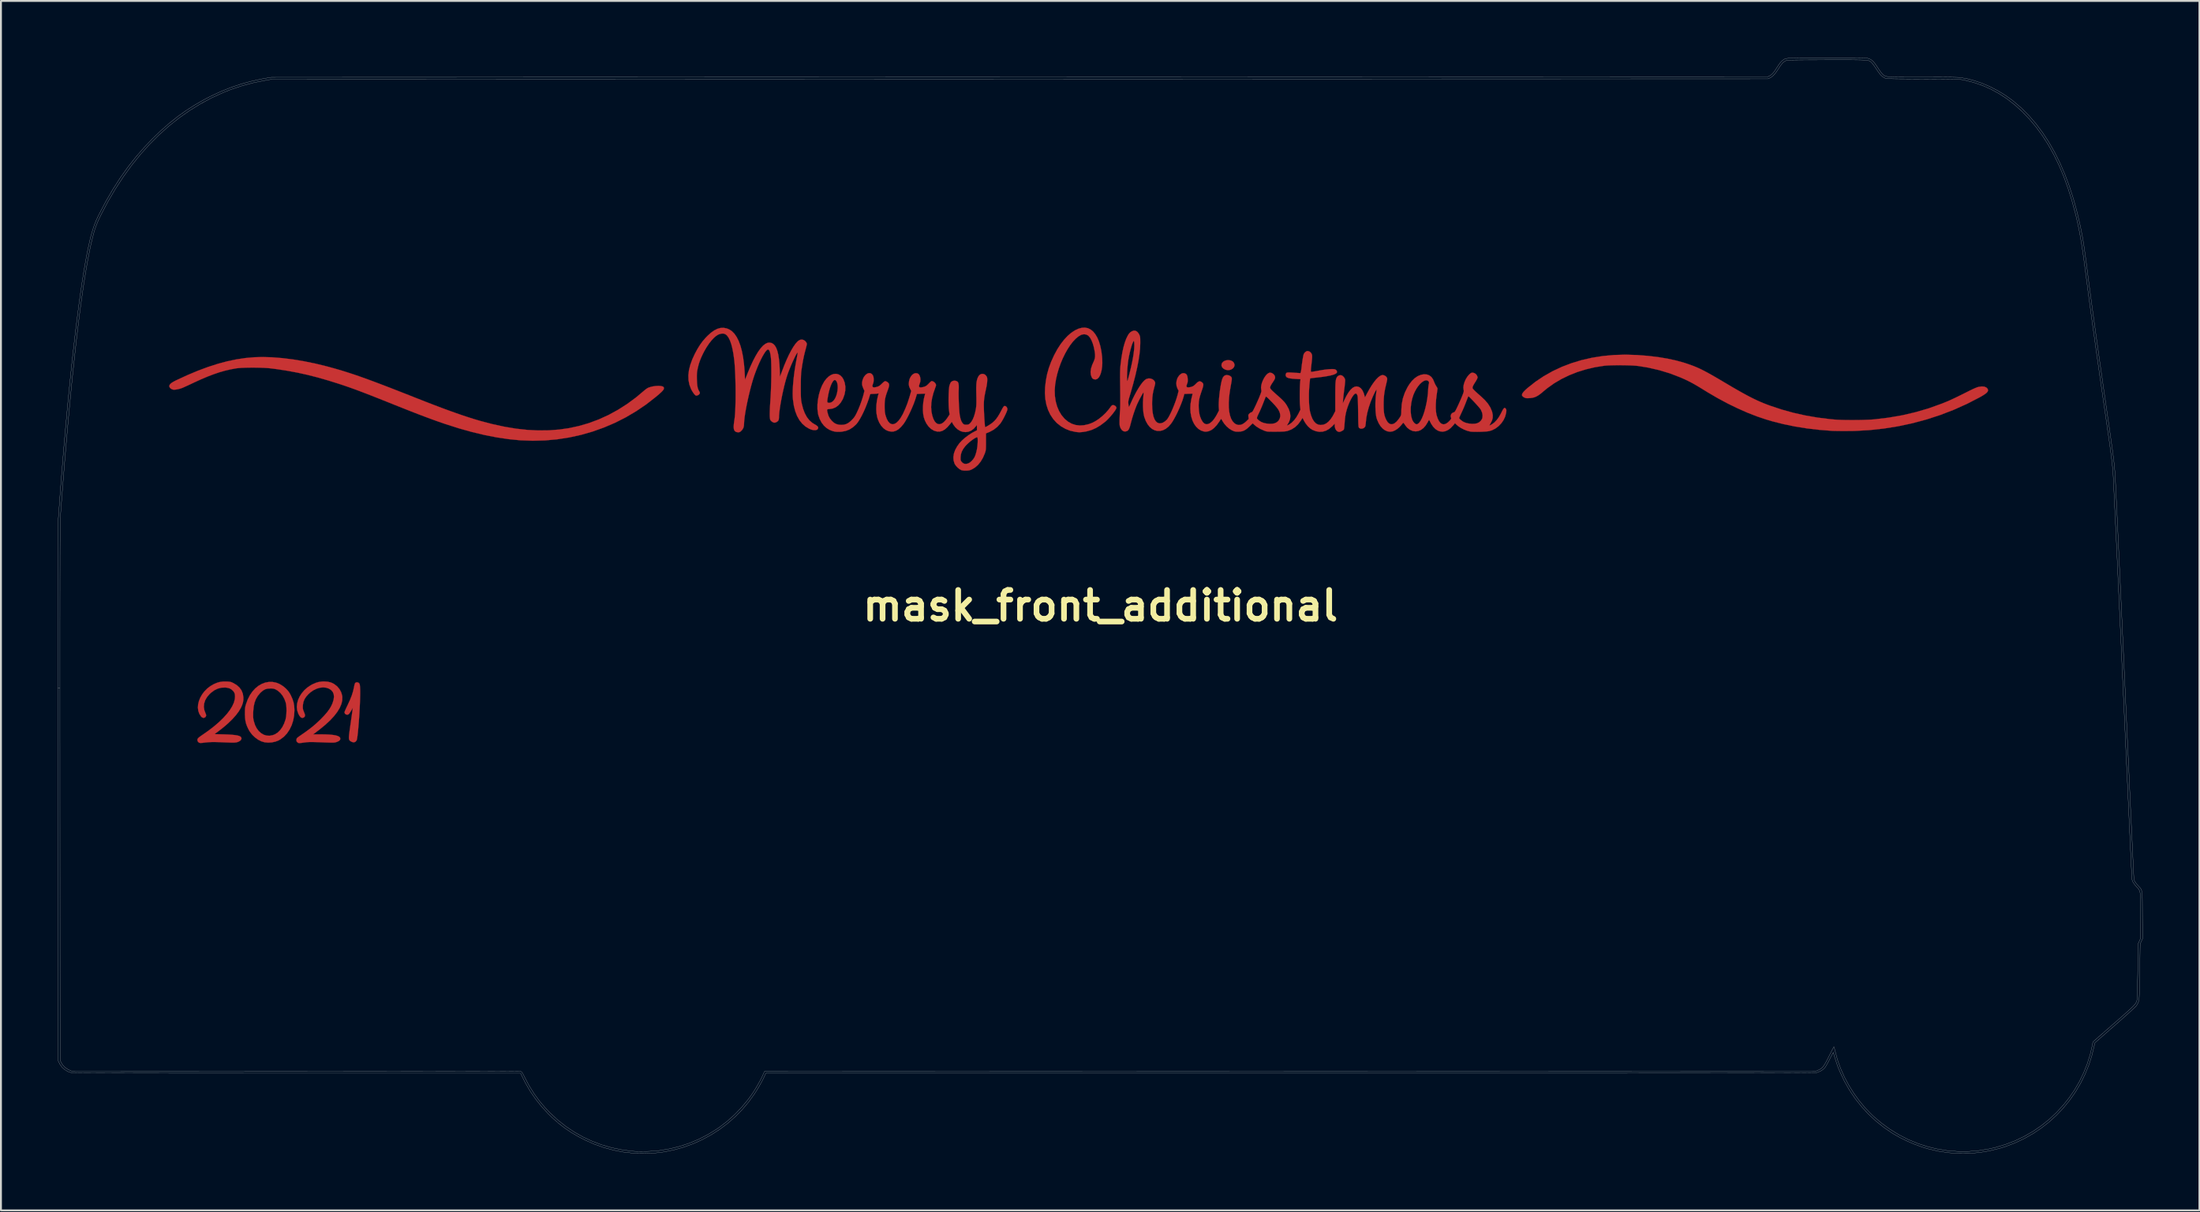
<source format=kicad_pcb>
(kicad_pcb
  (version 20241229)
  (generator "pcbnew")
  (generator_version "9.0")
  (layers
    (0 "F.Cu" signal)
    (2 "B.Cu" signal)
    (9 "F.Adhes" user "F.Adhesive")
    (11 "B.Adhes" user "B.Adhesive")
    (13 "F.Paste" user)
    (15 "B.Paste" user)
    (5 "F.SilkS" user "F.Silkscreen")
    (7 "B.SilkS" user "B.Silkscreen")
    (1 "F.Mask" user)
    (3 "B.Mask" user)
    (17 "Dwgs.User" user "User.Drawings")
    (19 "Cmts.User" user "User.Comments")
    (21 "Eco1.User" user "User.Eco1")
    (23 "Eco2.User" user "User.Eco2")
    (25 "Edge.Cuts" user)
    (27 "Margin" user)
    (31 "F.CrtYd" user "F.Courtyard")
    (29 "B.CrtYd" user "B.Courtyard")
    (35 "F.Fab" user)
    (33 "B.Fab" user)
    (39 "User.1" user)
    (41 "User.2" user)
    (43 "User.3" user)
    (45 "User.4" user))
  (footprint "mask_front_additional"
    (layer "F.Cu")
    (at 55.061 28.961)
    (property "Reference" "mask_front_additional" (at 0 0 0) (layer "F.SilkS") (effects (font (size 1.524 1.524) (thickness 0.3))))
    (attr through_hole)
    (fp_poly (pts (xy 6.887 -12.961) (xy 6.978 -12.917) (xy 7.045 -12.848) (xy 7.048 -12.844) (xy 7.081 -12.756) (xy 7.078 -12.672) (xy 7.043 -12.596) (xy 6.983 -12.531) (xy 6.902 -12.483) (xy 6.807 -12.455) (xy 6.703 -12.452) (xy 6.595 -12.478) (xy 6.58 -12.484) (xy 6.483 -12.543) (xy 6.42 -12.616) (xy 6.393 -12.7) (xy 6.405 -12.789) (xy 6.42 -12.821) (xy 6.482 -12.896) (xy 6.57 -12.947) (xy 6.673 -12.976) (xy 6.782 -12.98) (xy 6.887 -12.961)) (stroke (width 0.01) (type solid)) (fill yes) (layer "F.Cu"))
    (fp_poly (pts (xy -39.175 4.068) (xy -39.131 4.113) (xy -39.127 4.122) (xy -39.109 4.19) (xy -39.098 4.298) (xy -39.091 4.447) (xy -39.09 4.637) (xy -39.095 4.869) (xy -39.098 4.964) (xy -39.107 5.194) (xy -39.118 5.429) (xy -39.131 5.665) (xy -39.146 5.897) (xy -39.162 6.122) (xy -39.179 6.334) (xy -39.196 6.53) (xy -39.213 6.705) (xy -39.23 6.854) (xy -39.246 6.974) (xy -39.261 7.059) (xy -39.274 7.102) (xy -39.323 7.175) (xy -39.392 7.212) (xy -39.475 7.214) (xy -39.565 7.178) (xy -39.585 7.166) (xy -39.619 7.142) (xy -39.646 7.118) (xy -39.666 7.089) (xy -39.679 7.052) (xy -39.685 7.002) (xy -39.685 6.934) (xy -39.678 6.844) (xy -39.665 6.728) (xy -39.646 6.581) (xy -39.62 6.398) (xy -39.604 6.283) (xy -39.579 6.111) (xy -39.556 5.948) (xy -39.535 5.801) (xy -39.517 5.675) (xy -39.503 5.576) (xy -39.494 5.509) (xy -39.491 5.485) (xy -39.479 5.394) (xy -39.564 5.538) (xy -39.621 5.633) (xy -39.664 5.696) (xy -39.7 5.733) (xy -39.736 5.752) (xy -39.777 5.757) (xy -39.785 5.757) (xy -39.852 5.739) (xy -39.901 5.692) (xy -39.92 5.628) (xy -39.911 5.599) (xy -39.887 5.538) (xy -39.849 5.453) (xy -39.801 5.349) (xy -39.745 5.233) (xy -39.742 5.225) (xy -39.624 4.969) (xy -39.532 4.735) (xy -39.464 4.515) (xy -39.416 4.302) (xy -39.412 4.276) (xy -39.394 4.194) (xy -39.374 4.125) (xy -39.355 4.082) (xy -39.353 4.08) (xy -39.301 4.049) (xy -39.237 4.046) (xy -39.175 4.068)) (stroke (width 0.01) (type solid)) (fill yes) (layer "F.Cu"))
    (fp_poly (pts (xy -43.719 4.027) (xy -43.527 4.064) (xy -43.339 4.14) (xy -43.157 4.254) (xy -43.008 4.382) (xy -42.919 4.477) (xy -42.851 4.563) (xy -42.792 4.66) (xy -42.749 4.742) (xy -42.665 4.93) (xy -42.609 5.105) (xy -42.577 5.284) (xy -42.564 5.48) (xy -42.563 5.535) (xy -42.58 5.808) (xy -42.629 6.069) (xy -42.708 6.314) (xy -42.816 6.538) (xy -42.95 6.738) (xy -43.108 6.911) (xy -43.288 7.051) (xy -43.398 7.115) (xy -43.564 7.18) (xy -43.751 7.22) (xy -43.945 7.233) (xy -44.132 7.216) (xy -44.143 7.214) (xy -44.316 7.162) (xy -44.488 7.073) (xy -44.651 6.953) (xy -44.798 6.809) (xy -44.923 6.645) (xy -44.995 6.519) (xy -45.067 6.362) (xy -45.118 6.218) (xy -45.151 6.073) (xy -45.17 5.914) (xy -45.176 5.749) (xy -44.744 5.749) (xy -44.743 5.849) (xy -44.738 5.931) (xy -44.727 6.008) (xy -44.709 6.092) (xy -44.706 6.104) (xy -44.642 6.306) (xy -44.554 6.48) (xy -44.445 6.625) (xy -44.319 6.738) (xy -44.179 6.818) (xy -44.027 6.862) (xy -43.867 6.869) (xy -43.702 6.837) (xy -43.589 6.793) (xy -43.446 6.702) (xy -43.316 6.574) (xy -43.202 6.415) (xy -43.107 6.228) (xy -43.034 6.018) (xy -43.029 6.001) (xy -43.004 5.871) (xy -42.988 5.718) (xy -42.981 5.554) (xy -42.984 5.393) (xy -42.996 5.246) (xy -43.018 5.127) (xy -43.019 5.124) (xy -43.089 4.932) (xy -43.185 4.757) (xy -43.304 4.608) (xy -43.441 4.489) (xy -43.534 4.433) (xy -43.603 4.401) (xy -43.663 4.382) (xy -43.732 4.373) (xy -43.826 4.371) (xy -43.836 4.371) (xy -43.98 4.381) (xy -44.103 4.414) (xy -44.215 4.475) (xy -44.327 4.568) (xy -44.384 4.625) (xy -44.506 4.776) (xy -44.6 4.939) (xy -44.669 5.122) (xy -44.714 5.329) (xy -44.737 5.566) (xy -44.74 5.62) (xy -44.744 5.749) (xy -45.176 5.749) (xy -45.176 5.729) (xy -45.177 5.694) (xy -45.176 5.566) (xy -45.173 5.469) (xy -45.165 5.391) (xy -45.153 5.321) (xy -45.134 5.248) (xy -45.119 5.198) (xy -45.027 4.947) (xy -44.912 4.723) (xy -44.777 4.529) (xy -44.626 4.364) (xy -44.46 4.23) (xy -44.284 4.128) (xy -44.1 4.06) (xy -43.911 4.026) (xy -43.719 4.027)) (stroke (width 0.01) (type solid)) (fill yes) (layer "F.Cu"))
    (fp_poly (pts (xy -46.059 4.008) (xy -45.983 4.016) (xy -45.921 4.029) (xy -45.86 4.052) (xy -45.785 4.088) (xy -45.777 4.092) (xy -45.601 4.199) (xy -45.46 4.328) (xy -45.356 4.477) (xy -45.288 4.647) (xy -45.259 4.836) (xy -45.258 4.838) (xy -45.26 4.983) (xy -45.282 5.119) (xy -45.329 5.26) (xy -45.391 5.396) (xy -45.501 5.581) (xy -45.648 5.777) (xy -45.829 5.981) (xy -46.042 6.19) (xy -46.284 6.402) (xy -46.553 6.613) (xy -46.596 6.645) (xy -46.785 6.784) (xy -46.3 6.797) (xy -46.066 6.805) (xy -45.871 6.817) (xy -45.712 6.832) (xy -45.587 6.852) (xy -45.492 6.877) (xy -45.425 6.907) (xy -45.383 6.943) (xy -45.376 6.951) (xy -45.357 7.012) (xy -45.376 7.075) (xy -45.429 7.133) (xy -45.512 7.183) (xy -45.582 7.208) (xy -45.62 7.218) (xy -45.66 7.225) (xy -45.708 7.23) (xy -45.77 7.233) (xy -45.849 7.233) (xy -45.953 7.231) (xy -46.086 7.226) (xy -46.254 7.22) (xy -46.319 7.217) (xy -46.513 7.209) (xy -46.672 7.204) (xy -46.806 7.202) (xy -46.923 7.203) (xy -47.031 7.207) (xy -47.138 7.215) (xy -47.254 7.226) (xy -47.387 7.241) (xy -47.456 7.25) (xy -47.545 7.251) (xy -47.603 7.234) (xy -47.651 7.193) (xy -47.675 7.152) (xy -47.688 7.099) (xy -47.683 7.053) (xy -47.656 7.006) (xy -47.603 6.955) (xy -47.519 6.892) (xy -47.451 6.845) (xy -47.121 6.615) (xy -46.823 6.386) (xy -46.558 6.16) (xy -46.326 5.937) (xy -46.129 5.72) (xy -45.968 5.509) (xy -45.843 5.305) (xy -45.756 5.11) (xy -45.709 4.925) (xy -45.699 4.802) (xy -45.706 4.689) (xy -45.732 4.602) (xy -45.781 4.525) (xy -45.811 4.491) (xy -45.902 4.412) (xy -46.004 4.36) (xy -46.126 4.331) (xy -46.219 4.322) (xy -46.422 4.331) (xy -46.616 4.381) (xy -46.8 4.472) (xy -46.976 4.604) (xy -47.043 4.667) (xy -47.178 4.826) (xy -47.274 4.993) (xy -47.33 5.165) (xy -47.346 5.339) (xy -47.321 5.513) (xy -47.266 5.661) (xy -47.231 5.75) (xy -47.227 5.817) (xy -47.253 5.87) (xy -47.265 5.884) (xy -47.329 5.923) (xy -47.397 5.922) (xy -47.466 5.88) (xy -47.497 5.847) (xy -47.586 5.707) (xy -47.64 5.552) (xy -47.66 5.384) (xy -47.648 5.209) (xy -47.605 5.032) (xy -47.534 4.855) (xy -47.436 4.683) (xy -47.313 4.522) (xy -47.166 4.374) (xy -46.998 4.244) (xy -46.811 4.138) (xy -46.647 4.069) (xy -46.494 4.026) (xy -46.336 4.005) (xy -46.163 4.004) (xy -46.059 4.008)) (stroke (width 0.01) (type solid)) (fill yes) (layer "F.Cu"))
    (fp_poly (pts (xy -40.801 4.014) (xy -40.627 4.057) (xy -40.472 4.133) (xy -40.326 4.244) (xy -40.3 4.268) (xy -40.179 4.411) (xy -40.092 4.576) (xy -40.041 4.753) (xy -40.033 4.82) (xy -40.038 5.006) (xy -40.085 5.2) (xy -40.173 5.403) (xy -40.301 5.613) (xy -40.47 5.831) (xy -40.68 6.056) (xy -40.929 6.288) (xy -41.219 6.526) (xy -41.323 6.606) (xy -41.573 6.795) (xy -41.196 6.795) (xy -40.931 6.799) (xy -40.707 6.809) (xy -40.521 6.827) (xy -40.374 6.853) (xy -40.264 6.887) (xy -40.189 6.929) (xy -40.148 6.979) (xy -40.14 7.038) (xy -40.144 7.056) (xy -40.167 7.105) (xy -40.216 7.146) (xy -40.296 7.185) (xy -40.355 7.207) (xy -40.388 7.217) (xy -40.423 7.224) (xy -40.465 7.23) (xy -40.521 7.233) (xy -40.594 7.233) (xy -40.69 7.232) (xy -40.815 7.228) (xy -40.972 7.223) (xy -41.116 7.217) (xy -41.308 7.21) (xy -41.464 7.205) (xy -41.591 7.202) (xy -41.695 7.201) (xy -41.782 7.203) (xy -41.859 7.207) (xy -41.934 7.214) (xy -42.011 7.223) (xy -42.03 7.226) (xy -42.15 7.242) (xy -42.235 7.252) (xy -42.293 7.257) (xy -42.332 7.255) (xy -42.359 7.248) (xy -42.382 7.234) (xy -42.406 7.215) (xy -42.443 7.178) (xy -42.457 7.134) (xy -42.456 7.083) (xy -42.453 7.05) (xy -42.445 7.022) (xy -42.426 6.995) (xy -42.393 6.963) (xy -42.34 6.922) (xy -42.261 6.867) (xy -42.171 6.805) (xy -41.951 6.651) (xy -41.759 6.509) (xy -41.587 6.373) (xy -41.425 6.234) (xy -41.266 6.086) (xy -41.157 5.98) (xy -40.979 5.794) (xy -40.833 5.624) (xy -40.717 5.466) (xy -40.625 5.312) (xy -40.555 5.159) (xy -40.552 5.152) (xy -40.495 4.969) (xy -40.474 4.807) (xy -40.49 4.667) (xy -40.542 4.548) (xy -40.623 4.457) (xy -40.749 4.376) (xy -40.894 4.329) (xy -41.052 4.315) (xy -41.218 4.333) (xy -41.387 4.383) (xy -41.555 4.463) (xy -41.714 4.573) (xy -41.82 4.668) (xy -41.944 4.807) (xy -42.032 4.943) (xy -42.087 5.085) (xy -42.115 5.24) (xy -42.118 5.281) (xy -42.12 5.376) (xy -42.115 5.446) (xy -42.1 5.51) (xy -42.07 5.586) (xy -42.069 5.589) (xy -42.038 5.667) (xy -42.014 5.735) (xy -42.002 5.779) (xy -42.01 5.839) (xy -42.049 5.891) (xy -42.108 5.922) (xy -42.143 5.927) (xy -42.2 5.914) (xy -42.253 5.873) (xy -42.306 5.8) (xy -42.359 5.7) (xy -42.416 5.531) (xy -42.436 5.352) (xy -42.42 5.168) (xy -42.371 4.983) (xy -42.29 4.802) (xy -42.179 4.628) (xy -42.041 4.466) (xy -41.878 4.32) (xy -41.692 4.195) (xy -41.603 4.148) (xy -41.432 4.073) (xy -41.272 4.027) (xy -41.109 4.004) (xy -40.999 4) (xy -40.801 4.014)) (stroke (width 0.01) (type solid)) (fill yes) (layer "F.Cu"))
    (fp_poly (pts (xy -0.664 -14.669) (xy -0.521 -14.601) (xy -0.39 -14.496) (xy -0.273 -14.356) (xy -0.169 -14.182) (xy -0.08 -13.976) (xy -0.008 -13.738) (xy 0.048 -13.472) (xy 0.086 -13.178) (xy 0.096 -13.039) (xy 0.101 -12.83) (xy 0.09 -12.635) (xy 0.065 -12.457) (xy 0.026 -12.3) (xy -0.024 -12.168) (xy -0.085 -12.065) (xy -0.156 -11.995) (xy -0.234 -11.962) (xy -0.263 -11.959) (xy -0.353 -11.971) (xy -0.416 -12.009) (xy -0.454 -12.063) (xy -0.505 -12.205) (xy -0.519 -12.362) (xy -0.495 -12.534) (xy -0.434 -12.724) (xy -0.389 -12.827) (xy -0.333 -12.953) (xy -0.298 -13.063) (xy -0.282 -13.168) (xy -0.283 -13.283) (xy -0.299 -13.42) (xy -0.306 -13.465) (xy -0.35 -13.681) (xy -0.407 -13.873) (xy -0.474 -14.038) (xy -0.549 -14.17) (xy -0.632 -14.266) (xy -0.652 -14.283) (xy -0.749 -14.332) (xy -0.861 -14.348) (xy -0.977 -14.33) (xy -1.018 -14.315) (xy -1.162 -14.231) (xy -1.308 -14.109) (xy -1.454 -13.954) (xy -1.597 -13.768) (xy -1.735 -13.556) (xy -1.866 -13.323) (xy -1.988 -13.072) (xy -2.099 -12.807) (xy -2.197 -12.533) (xy -2.279 -12.253) (xy -2.344 -11.971) (xy -2.39 -11.692) (xy -2.391 -11.685) (xy -2.413 -11.376) (xy -2.402 -11.079) (xy -2.359 -10.796) (xy -2.286 -10.531) (xy -2.183 -10.288) (xy -2.051 -10.07) (xy -1.891 -9.881) (xy -1.88 -9.87) (xy -1.703 -9.724) (xy -1.512 -9.618) (xy -1.308 -9.552) (xy -1.092 -9.526) (xy -0.865 -9.54) (xy -0.627 -9.594) (xy -0.46 -9.654) (xy -0.277 -9.746) (xy -0.087 -9.87) (xy 0.1 -10.02) (xy 0.276 -10.187) (xy 0.431 -10.364) (xy 0.497 -10.452) (xy 0.551 -10.526) (xy 0.59 -10.571) (xy 0.622 -10.594) (xy 0.656 -10.603) (xy 0.673 -10.604) (xy 0.738 -10.589) (xy 0.797 -10.551) (xy 0.837 -10.5) (xy 0.847 -10.462) (xy 0.832 -10.415) (xy 0.793 -10.343) (xy 0.732 -10.254) (xy 0.656 -10.154) (xy 0.569 -10.048) (xy 0.476 -9.943) (xy 0.382 -9.844) (xy 0.292 -9.757) (xy 0.253 -9.724) (xy 0.008 -9.538) (xy -0.236 -9.392) (xy -0.482 -9.285) (xy -0.734 -9.214) (xy -0.894 -9.187) (xy -1.005 -9.174) (xy -1.093 -9.169) (xy -1.173 -9.171) (xy -1.264 -9.18) (xy -1.323 -9.189) (xy -1.591 -9.248) (xy -1.845 -9.348) (xy -2.083 -9.485) (xy -2.3 -9.658) (xy -2.315 -9.672) (xy -2.494 -9.871) (xy -2.644 -10.098) (xy -2.764 -10.35) (xy -2.852 -10.626) (xy -2.908 -10.921) (xy -2.93 -11.233) (xy -2.921 -11.536) (xy -2.88 -11.896) (xy -2.815 -12.234) (xy -2.724 -12.562) (xy -2.603 -12.89) (xy -2.449 -13.229) (xy -2.433 -13.261) (xy -2.274 -13.555) (xy -2.103 -13.819) (xy -1.923 -14.053) (xy -1.736 -14.254) (xy -1.544 -14.421) (xy -1.349 -14.551) (xy -1.153 -14.642) (xy -0.983 -14.688) (xy -0.819 -14.698) (xy -0.664 -14.669)) (stroke (width 0.01) (type solid)) (fill yes) (layer "F.Cu"))
    (fp_poly (pts (xy -43.748 -13.13) (xy -43.206 -13.087) (xy -42.64 -13.017) (xy -42.054 -12.919) (xy -41.452 -12.796) (xy -40.839 -12.646) (xy -40.41 -12.528) (xy -40.208 -12.469) (xy -40.007 -12.409) (xy -39.806 -12.346) (xy -39.601 -12.28) (xy -39.389 -12.21) (xy -39.168 -12.134) (xy -38.934 -12.051) (xy -38.685 -11.961) (xy -38.418 -11.863) (xy -38.131 -11.755) (xy -37.819 -11.636) (xy -37.481 -11.506) (xy -37.113 -11.362) (xy -36.714 -11.206) (xy -36.279 -11.034) (xy -36.089 -10.959) (xy -35.616 -10.773) (xy -35.178 -10.604) (xy -34.772 -10.45) (xy -34.395 -10.311) (xy -34.043 -10.185) (xy -33.713 -10.07) (xy -33.401 -9.967) (xy -33.105 -9.873) (xy -32.821 -9.788) (xy -32.755 -9.769) (xy -32.103 -9.597) (xy -31.471 -9.46) (xy -30.86 -9.358) (xy -30.267 -9.293) (xy -29.691 -9.263) (xy -29.131 -9.269) (xy -28.585 -9.31) (xy -28.053 -9.387) (xy -27.532 -9.5) (xy -27.022 -9.648) (xy -27.009 -9.653) (xy -26.485 -9.848) (xy -25.971 -10.083) (xy -25.47 -10.357) (xy -24.984 -10.668) (xy -24.515 -11.015) (xy -24.152 -11.32) (xy -24.07 -11.389) (xy -23.989 -11.452) (xy -23.919 -11.499) (xy -23.882 -11.519) (xy -23.765 -11.56) (xy -23.631 -11.592) (xy -23.489 -11.612) (xy -23.353 -11.62) (xy -23.231 -11.614) (xy -23.137 -11.595) (xy -23.124 -11.59) (xy -23.074 -11.563) (xy -23.054 -11.529) (xy -23.05 -11.49) (xy -23.057 -11.454) (xy -23.078 -11.412) (xy -23.118 -11.361) (xy -23.179 -11.298) (xy -23.265 -11.219) (xy -23.379 -11.12) (xy -23.478 -11.037) (xy -23.983 -10.642) (xy -24.512 -10.283) (xy -25.061 -9.959) (xy -25.629 -9.671) (xy -26.215 -9.42) (xy -26.815 -9.206) (xy -27.429 -9.03) (xy -28.054 -8.893) (xy -28.688 -8.795) (xy -29.329 -8.737) (xy -29.976 -8.72) (xy -30.625 -8.743) (xy -30.639 -8.744) (xy -31.242 -8.803) (xy -31.869 -8.895) (xy -32.519 -9.022) (xy -33.192 -9.183) (xy -33.889 -9.379) (xy -34.61 -9.609) (xy -34.989 -9.74) (xy -35.16 -9.802) (xy -35.328 -9.862) (xy -35.495 -9.924) (xy -35.667 -9.988) (xy -35.848 -10.057) (xy -36.04 -10.13) (xy -36.249 -10.211) (xy -36.478 -10.301) (xy -36.731 -10.401) (xy -37.013 -10.513) (xy -37.327 -10.638) (xy -37.56 -10.732) (xy -37.899 -10.867) (xy -38.203 -10.988) (xy -38.476 -11.096) (xy -38.723 -11.192) (xy -38.947 -11.278) (xy -39.152 -11.356) (xy -39.342 -11.427) (xy -39.523 -11.492) (xy -39.697 -11.554) (xy -39.869 -11.613) (xy -40.043 -11.672) (xy -40.197 -11.723) (xy -40.773 -11.904) (xy -41.324 -12.062) (xy -41.859 -12.199) (xy -42.387 -12.316) (xy -42.918 -12.415) (xy -43.46 -12.499) (xy -43.815 -12.545) (xy -43.965 -12.56) (xy -44.143 -12.571) (xy -44.342 -12.579) (xy -44.553 -12.584) (xy -44.769 -12.586) (xy -44.982 -12.584) (xy -45.183 -12.579) (xy -45.366 -12.571) (xy -45.521 -12.559) (xy -45.635 -12.546) (xy -45.928 -12.493) (xy -46.22 -12.425) (xy -46.518 -12.34) (xy -46.825 -12.236) (xy -47.15 -12.112) (xy -47.495 -11.966) (xy -47.868 -11.795) (xy -47.89 -11.785) (xy -48.025 -11.721) (xy -48.155 -11.66) (xy -48.273 -11.606) (xy -48.371 -11.561) (xy -48.441 -11.53) (xy -48.461 -11.521) (xy -48.579 -11.478) (xy -48.704 -11.445) (xy -48.822 -11.424) (xy -48.921 -11.417) (xy -48.963 -11.42) (xy -49.048 -11.448) (xy -49.117 -11.496) (xy -49.16 -11.555) (xy -49.17 -11.6) (xy -49.16 -11.656) (xy -49.126 -11.71) (xy -49.065 -11.766) (xy -48.973 -11.826) (xy -48.846 -11.894) (xy -48.792 -11.92) (xy -48.217 -12.186) (xy -47.664 -12.418) (xy -47.13 -12.617) (xy -46.615 -12.783) (xy -46.115 -12.917) (xy -45.628 -13.019) (xy -45.152 -13.091) (xy -44.684 -13.132) (xy -44.264 -13.144) (xy -43.748 -13.13)) (stroke (width 0.01) (type solid)) (fill yes) (layer "F.Cu"))
    (fp_poly (pts (xy 28.341 -13.25) (xy 28.348 -13.249) (xy 28.917 -13.205) (xy 29.452 -13.141) (xy 29.95 -13.058) (xy 30.412 -12.957) (xy 30.837 -12.838) (xy 30.874 -12.826) (xy 31.036 -12.772) (xy 31.187 -12.719) (xy 31.329 -12.666) (xy 31.469 -12.609) (xy 31.609 -12.547) (xy 31.755 -12.477) (xy 31.91 -12.398) (xy 32.079 -12.308) (xy 32.266 -12.203) (xy 32.476 -12.083) (xy 32.712 -11.945) (xy 32.98 -11.786) (xy 33.009 -11.769) (xy 33.321 -11.584) (xy 33.602 -11.421) (xy 33.856 -11.277) (xy 34.087 -11.15) (xy 34.3 -11.037) (xy 34.499 -10.937) (xy 34.688 -10.847) (xy 34.872 -10.765) (xy 35.054 -10.69) (xy 35.24 -10.618) (xy 35.382 -10.566) (xy 35.991 -10.364) (xy 36.605 -10.194) (xy 37.229 -10.055) (xy 37.87 -9.944) (xy 38.537 -9.861) (xy 38.777 -9.839) (xy 38.932 -9.828) (xy 39.121 -9.821) (xy 39.335 -9.815) (xy 39.567 -9.813) (xy 39.809 -9.813) (xy 40.051 -9.815) (xy 40.286 -9.82) (xy 40.506 -9.828) (xy 40.702 -9.837) (xy 40.867 -9.849) (xy 40.873 -9.85) (xy 41.618 -9.939) (xy 42.346 -10.065) (xy 43.057 -10.231) (xy 43.752 -10.435) (xy 44.431 -10.679) (xy 44.778 -10.82) (xy 44.876 -10.864) (xy 45.003 -10.923) (xy 45.151 -10.993) (xy 45.313 -11.071) (xy 45.479 -11.153) (xy 45.642 -11.235) (xy 45.657 -11.242) (xy 45.836 -11.332) (xy 45.982 -11.404) (xy 46.101 -11.461) (xy 46.197 -11.503) (xy 46.275 -11.534) (xy 46.34 -11.556) (xy 46.396 -11.57) (xy 46.397 -11.57) (xy 46.554 -11.59) (xy 46.682 -11.578) (xy 46.782 -11.534) (xy 46.832 -11.489) (xy 46.867 -11.433) (xy 46.876 -11.378) (xy 46.856 -11.321) (xy 46.805 -11.259) (xy 46.721 -11.19) (xy 46.601 -11.112) (xy 46.445 -11.021) (xy 46.439 -11.018) (xy 45.766 -10.671) (xy 45.072 -10.359) (xy 44.36 -10.084) (xy 43.632 -9.847) (xy 42.89 -9.647) (xy 42.136 -9.486) (xy 41.373 -9.364) (xy 40.603 -9.281) (xy 39.829 -9.238) (xy 39.306 -9.233) (xy 39.15 -9.234) (xy 39.003 -9.235) (xy 38.87 -9.237) (xy 38.76 -9.239) (xy 38.68 -9.241) (xy 38.64 -9.243) (xy 37.959 -9.296) (xy 37.31 -9.372) (xy 36.685 -9.472) (xy 36.081 -9.596) (xy 35.492 -9.745) (xy 35.159 -9.843) (xy 34.671 -10.007) (xy 34.164 -10.205) (xy 33.645 -10.435) (xy 33.117 -10.693) (xy 32.586 -10.978) (xy 32.057 -11.288) (xy 31.867 -11.405) (xy 31.643 -11.543) (xy 31.444 -11.661) (xy 31.262 -11.764) (xy 31.087 -11.856) (xy 30.912 -11.941) (xy 30.726 -12.025) (xy 30.614 -12.073) (xy 30.071 -12.281) (xy 29.509 -12.451) (xy 28.927 -12.585) (xy 28.394 -12.672) (xy 28.274 -12.684) (xy 28.121 -12.694) (xy 27.941 -12.702) (xy 27.744 -12.707) (xy 27.538 -12.71) (xy 27.33 -12.711) (xy 27.129 -12.709) (xy 26.943 -12.704) (xy 26.779 -12.697) (xy 26.647 -12.687) (xy 26.607 -12.683) (xy 26.119 -12.605) (xy 25.646 -12.494) (xy 25.189 -12.352) (xy 24.753 -12.18) (xy 24.341 -11.979) (xy 23.955 -11.751) (xy 23.599 -11.497) (xy 23.42 -11.349) (xy 23.277 -11.229) (xy 23.155 -11.137) (xy 23.045 -11.07) (xy 22.94 -11.023) (xy 22.833 -10.993) (xy 22.715 -10.976) (xy 22.648 -10.971) (xy 22.555 -10.967) (xy 22.49 -10.97) (xy 22.439 -10.981) (xy 22.389 -11.003) (xy 22.375 -11.01) (xy 22.307 -11.055) (xy 22.269 -11.105) (xy 22.264 -11.162) (xy 22.29 -11.229) (xy 22.351 -11.31) (xy 22.446 -11.407) (xy 22.552 -11.502) (xy 22.97 -11.833) (xy 23.413 -12.131) (xy 23.881 -12.395) (xy 24.371 -12.625) (xy 24.883 -12.82) (xy 25.415 -12.981) (xy 25.967 -13.107) (xy 26.536 -13.197) (xy 27.123 -13.251) (xy 27.725 -13.269) (xy 28.341 -13.25)) (stroke (width 0.01) (type solid)) (fill yes) (layer "F.Cu"))
    (fp_poly (pts (xy -19.728 -14.654) (xy -19.607 -14.604) (xy -19.46 -14.509) (xy -19.327 -14.375) (xy -19.208 -14.201) (xy -19.102 -13.99) (xy -19.01 -13.743) (xy -18.933 -13.459) (xy -18.87 -13.141) (xy -18.823 -12.788) (xy -18.79 -12.403) (xy -18.783 -12.256) (xy -18.768 -11.942) (xy -18.623 -12.305) (xy -18.479 -12.648) (xy -18.339 -12.95) (xy -18.202 -13.21) (xy -18.069 -13.43) (xy -17.939 -13.608) (xy -17.814 -13.745) (xy -17.692 -13.84) (xy -17.575 -13.894) (xy -17.488 -13.906) (xy -17.376 -13.889) (xy -17.278 -13.837) (xy -17.192 -13.75) (xy -17.119 -13.626) (xy -17.059 -13.465) (xy -17.01 -13.265) (xy -16.974 -13.027) (xy -16.948 -12.75) (xy -16.936 -12.501) (xy -16.923 -12.1) (xy -16.809 -12.405) (xy -16.688 -12.719) (xy -16.567 -13.005) (xy -16.448 -13.262) (xy -16.331 -13.487) (xy -16.218 -13.678) (xy -16.11 -13.833) (xy -16.009 -13.95) (xy -15.947 -14.005) (xy -15.851 -14.055) (xy -15.752 -14.066) (xy -15.658 -14.038) (xy -15.575 -13.973) (xy -15.53 -13.912) (xy -15.517 -13.89) (xy -15.508 -13.871) (xy -15.504 -13.848) (xy -15.505 -13.817) (xy -15.513 -13.77) (xy -15.528 -13.704) (xy -15.552 -13.611) (xy -15.585 -13.486) (xy -15.608 -13.399) (xy -15.658 -13.193) (xy -15.703 -12.971) (xy -15.746 -12.725) (xy -15.788 -12.445) (xy -15.794 -12.404) (xy -15.804 -12.305) (xy -15.812 -12.167) (xy -15.817 -11.994) (xy -15.821 -11.788) (xy -15.822 -11.568) (xy -15.822 -11.382) (xy -15.821 -11.232) (xy -15.819 -11.111) (xy -15.815 -11.014) (xy -15.81 -10.933) (xy -15.803 -10.862) (xy -15.793 -10.795) (xy -15.78 -10.725) (xy -15.773 -10.692) (xy -15.703 -10.416) (xy -15.612 -10.175) (xy -15.501 -9.969) (xy -15.369 -9.799) (xy -15.217 -9.666) (xy -15.113 -9.601) (xy -15.006 -9.539) (xy -14.938 -9.484) (xy -14.905 -9.434) (xy -14.902 -9.41) (xy -14.92 -9.345) (xy -14.969 -9.301) (xy -15.045 -9.279) (xy -15.142 -9.28) (xy -15.255 -9.305) (xy -15.378 -9.354) (xy -15.38 -9.355) (xy -15.577 -9.473) (xy -15.749 -9.626) (xy -15.896 -9.813) (xy -16.019 -10.032) (xy -16.116 -10.285) (xy -16.188 -10.57) (xy -16.234 -10.886) (xy -16.245 -11.028) (xy -16.25 -11.211) (xy -16.245 -11.428) (xy -16.231 -11.672) (xy -16.208 -11.935) (xy -16.177 -12.212) (xy -16.138 -12.494) (xy -16.092 -12.774) (xy -16.054 -12.983) (xy -16.03 -13.105) (xy -16.011 -13.213) (xy -15.996 -13.3) (xy -15.987 -13.359) (xy -15.986 -13.382) (xy -15.999 -13.381) (xy -16.026 -13.345) (xy -16.065 -13.28) (xy -16.112 -13.19) (xy -16.166 -13.079) (xy -16.225 -12.954) (xy -16.286 -12.818) (xy -16.347 -12.676) (xy -16.406 -12.533) (xy -16.461 -12.393) (xy -16.51 -12.263) (xy -16.519 -12.235) (xy -16.577 -12.055) (xy -16.636 -11.85) (xy -16.694 -11.624) (xy -16.75 -11.385) (xy -16.803 -11.141) (xy -16.851 -10.897) (xy -16.893 -10.66) (xy -16.928 -10.438) (xy -16.954 -10.237) (xy -16.97 -10.064) (xy -16.975 -9.948) (xy -16.982 -9.861) (xy -17.002 -9.796) (xy -17.009 -9.784) (xy -17.066 -9.729) (xy -17.141 -9.688) (xy -17.213 -9.673) (xy -17.282 -9.69) (xy -17.354 -9.734) (xy -17.413 -9.793) (xy -17.43 -9.819) (xy -17.444 -9.862) (xy -17.454 -9.928) (xy -17.46 -10.02) (xy -17.461 -10.14) (xy -17.458 -10.291) (xy -17.451 -10.475) (xy -17.438 -10.697) (xy -17.422 -10.957) (xy -17.42 -10.975) (xy -17.408 -11.182) (xy -17.398 -11.406) (xy -17.389 -11.641) (xy -17.383 -11.88) (xy -17.379 -12.117) (xy -17.378 -12.347) (xy -17.379 -12.563) (xy -17.382 -12.758) (xy -17.387 -12.926) (xy -17.395 -13.062) (xy -17.401 -13.118) (xy -17.424 -13.284) (xy -17.452 -13.408) (xy -17.486 -13.492) (xy -17.525 -13.535) (xy -17.571 -13.539) (xy -17.615 -13.511) (xy -17.682 -13.437) (xy -17.757 -13.326) (xy -17.84 -13.185) (xy -17.927 -13.018) (xy -18.016 -12.83) (xy -18.104 -12.626) (xy -18.189 -12.411) (xy -18.27 -12.19) (xy -18.318 -12.046) (xy -18.382 -11.836) (xy -18.446 -11.607) (xy -18.509 -11.365) (xy -18.569 -11.116) (xy -18.625 -10.866) (xy -18.677 -10.62) (xy -18.722 -10.385) (xy -18.76 -10.166) (xy -18.789 -9.968) (xy -18.808 -9.799) (xy -18.817 -9.663) (xy -18.817 -9.641) (xy -18.826 -9.508) (xy -18.853 -9.402) (xy -18.903 -9.314) (xy -18.954 -9.255) (xy -19.012 -9.202) (xy -19.058 -9.175) (xy -19.108 -9.166) (xy -19.127 -9.166) (xy -19.195 -9.174) (xy -19.254 -9.192) (xy -19.259 -9.195) (xy -19.307 -9.232) (xy -19.34 -9.285) (xy -19.36 -9.36) (xy -19.366 -9.459) (xy -19.359 -9.587) (xy -19.339 -9.75) (xy -19.323 -9.853) (xy -19.306 -9.988) (xy -19.292 -10.159) (xy -19.281 -10.362) (xy -19.273 -10.59) (xy -19.267 -10.837) (xy -19.265 -11.1) (xy -19.265 -11.371) (xy -19.268 -11.645) (xy -19.274 -11.917) (xy -19.282 -12.18) (xy -19.294 -12.431) (xy -19.307 -12.662) (xy -19.324 -12.869) (xy -19.337 -12.996) (xy -19.38 -13.311) (xy -19.432 -13.586) (xy -19.492 -13.822) (xy -19.561 -14.017) (xy -19.638 -14.171) (xy -19.723 -14.285) (xy -19.812 -14.355) (xy -19.907 -14.384) (xy -20.02 -14.381) (xy -20.144 -14.345) (xy -20.189 -14.325) (xy -20.302 -14.253) (xy -20.424 -14.145) (xy -20.551 -14.006) (xy -20.678 -13.841) (xy -20.803 -13.653) (xy -20.921 -13.449) (xy -20.996 -13.303) (xy -21.085 -13.112) (xy -21.154 -12.94) (xy -21.209 -12.773) (xy -21.254 -12.598) (xy -21.273 -12.509) (xy -21.291 -12.414) (xy -21.303 -12.328) (xy -21.31 -12.241) (xy -21.312 -12.14) (xy -21.311 -12.014) (xy -21.309 -11.949) (xy -21.301 -11.775) (xy -21.288 -11.637) (xy -21.267 -11.524) (xy -21.237 -11.431) (xy -21.197 -11.349) (xy -21.176 -11.315) (xy -21.152 -11.266) (xy -21.157 -11.222) (xy -21.164 -11.206) (xy -21.204 -11.158) (xy -21.265 -11.121) (xy -21.33 -11.104) (xy -21.359 -11.107) (xy -21.401 -11.134) (xy -21.454 -11.191) (xy -21.513 -11.272) (xy -21.572 -11.368) (xy -21.621 -11.462) (xy -21.705 -11.686) (xy -21.751 -11.923) (xy -21.759 -12.175) (xy -21.729 -12.441) (xy -21.66 -12.722) (xy -21.552 -13.02) (xy -21.42 -13.307) (xy -21.287 -13.556) (xy -21.154 -13.772) (xy -21.014 -13.966) (xy -20.861 -14.146) (xy -20.755 -14.256) (xy -20.571 -14.424) (xy -20.394 -14.55) (xy -20.223 -14.635) (xy -20.056 -14.681) (xy -19.892 -14.687) (xy -19.728 -14.654)) (stroke (width 0.01) (type solid)) (fill yes) (layer "F.Cu"))
    (fp_poly (pts (xy -12.14 -12.288) (xy -12.066 -12.243) (xy -12.008 -12.164) (xy -11.984 -12.089) (xy -11.972 -11.989) (xy -11.974 -11.883) (xy -11.989 -11.787) (xy -12.009 -11.73) (xy -12.033 -11.667) (xy -12.04 -11.608) (xy -12.04 -11.603) (xy -12.021 -11.56) (xy -11.976 -11.54) (xy -11.901 -11.543) (xy -11.795 -11.568) (xy -11.72 -11.595) (xy -11.655 -11.634) (xy -11.584 -11.693) (xy -11.548 -11.728) (xy -11.486 -11.787) (xy -11.43 -11.835) (xy -11.392 -11.862) (xy -11.385 -11.865) (xy -11.334 -11.863) (xy -11.272 -11.836) (xy -11.214 -11.793) (xy -11.188 -11.764) (xy -11.164 -11.716) (xy -11.157 -11.659) (xy -11.168 -11.584) (xy -11.197 -11.484) (xy -11.227 -11.401) (xy -11.288 -11.232) (xy -11.333 -11.09) (xy -11.364 -10.964) (xy -11.383 -10.841) (xy -11.393 -10.711) (xy -11.395 -10.563) (xy -11.395 -10.541) (xy -11.393 -10.399) (xy -11.387 -10.288) (xy -11.376 -10.196) (xy -11.36 -10.112) (xy -11.348 -10.066) (xy -11.289 -9.891) (xy -11.22 -9.756) (xy -11.141 -9.661) (xy -11.053 -9.606) (xy -10.96 -9.591) (xy -10.861 -9.616) (xy -10.758 -9.68) (xy -10.654 -9.784) (xy -10.549 -9.927) (xy -10.444 -10.109) (xy -10.415 -10.167) (xy -10.297 -10.427) (xy -10.194 -10.688) (xy -10.101 -10.969) (xy -10.063 -11.096) (xy -9.99 -11.351) (xy -10.054 -11.478) (xy -10.094 -11.569) (xy -10.113 -11.651) (xy -10.118 -11.74) (xy -10.104 -11.878) (xy -10.068 -12.004) (xy -10.011 -12.113) (xy -9.94 -12.201) (xy -9.857 -12.262) (xy -9.767 -12.291) (xy -9.675 -12.284) (xy -9.649 -12.275) (xy -9.587 -12.228) (xy -9.541 -12.151) (xy -9.513 -12.052) (xy -9.503 -11.942) (xy -9.515 -11.829) (xy -9.548 -11.727) (xy -9.578 -11.638) (xy -9.577 -11.577) (xy -9.543 -11.543) (xy -9.497 -11.536) (xy -9.436 -11.542) (xy -9.357 -11.558) (xy -9.312 -11.57) (xy -9.245 -11.595) (xy -9.185 -11.63) (xy -9.121 -11.685) (xy -9.067 -11.739) (xy -9.007 -11.8) (xy -8.955 -11.846) (xy -8.921 -11.872) (xy -8.913 -11.874) (xy -8.84 -11.857) (xy -8.767 -11.812) (xy -8.713 -11.75) (xy -8.706 -11.736) (xy -8.687 -11.693) (xy -8.68 -11.658) (xy -8.688 -11.616) (xy -8.709 -11.554) (xy -8.719 -11.529) (xy -8.819 -11.239) (xy -8.888 -10.973) (xy -8.928 -10.726) (xy -8.939 -10.491) (xy -8.922 -10.265) (xy -8.879 -10.051) (xy -8.822 -9.879) (xy -8.753 -9.747) (xy -8.673 -9.655) (xy -8.584 -9.604) (xy -8.488 -9.594) (xy -8.385 -9.625) (xy -8.278 -9.697) (xy -8.168 -9.811) (xy -8.078 -9.934) (xy -7.964 -10.107) (xy -7.995 -10.329) (xy -8.006 -10.44) (xy -8.014 -10.576) (xy -8.018 -10.73) (xy -8.019 -10.894) (xy -8.017 -11.06) (xy -8.012 -11.22) (xy -8.004 -11.367) (xy -7.994 -11.493) (xy -7.981 -11.59) (xy -7.97 -11.64) (xy -7.944 -11.713) (xy -7.917 -11.775) (xy -7.904 -11.801) (xy -7.842 -11.859) (xy -7.758 -11.89) (xy -7.665 -11.892) (xy -7.578 -11.864) (xy -7.538 -11.836) (xy -7.51 -11.795) (xy -7.492 -11.735) (xy -7.482 -11.65) (xy -7.48 -11.535) (xy -7.484 -11.384) (xy -7.485 -11.377) (xy -7.488 -11.252) (xy -7.487 -11.1) (xy -7.484 -10.93) (xy -7.478 -10.752) (xy -7.47 -10.575) (xy -7.46 -10.407) (xy -7.449 -10.257) (xy -7.437 -10.135) (xy -7.429 -10.075) (xy -7.391 -9.894) (xy -7.342 -9.753) (xy -7.282 -9.653) (xy -7.268 -9.638) (xy -7.225 -9.596) (xy -7.184 -9.575) (xy -7.127 -9.568) (xy -7.084 -9.567) (xy -7.008 -9.571) (xy -6.955 -9.586) (xy -6.907 -9.619) (xy -6.894 -9.63) (xy -6.813 -9.724) (xy -6.738 -9.854) (xy -6.672 -10.016) (xy -6.617 -10.204) (xy -6.574 -10.412) (xy -6.571 -10.435) (xy -6.56 -10.516) (xy -6.553 -10.604) (xy -6.549 -10.707) (xy -6.548 -10.832) (xy -6.549 -10.985) (xy -6.553 -11.165) (xy -6.557 -11.371) (xy -6.557 -11.54) (xy -6.552 -11.679) (xy -6.543 -11.794) (xy -6.527 -11.89) (xy -6.505 -11.975) (xy -6.476 -12.053) (xy -6.454 -12.1) (xy -6.393 -12.187) (xy -6.315 -12.239) (xy -6.229 -12.256) (xy -6.142 -12.24) (xy -6.062 -12.188) (xy -5.998 -12.102) (xy -5.998 -12.101) (xy -5.978 -12.031) (xy -5.974 -11.925) (xy -5.983 -11.79) (xy -6.007 -11.63) (xy -6.032 -11.504) (xy -6.073 -11.314) (xy -6.105 -11.155) (xy -6.128 -11.018) (xy -6.143 -10.895) (xy -6.152 -10.774) (xy -6.156 -10.647) (xy -6.155 -10.505) (xy -6.152 -10.372) (xy -6.146 -10.225) (xy -6.139 -10.075) (xy -6.131 -9.927) (xy -6.122 -9.789) (xy -6.113 -9.666) (xy -6.104 -9.564) (xy -6.095 -9.489) (xy -6.088 -9.449) (xy -6.085 -9.444) (xy -6.062 -9.447) (xy -6.012 -9.471) (xy -5.945 -9.508) (xy -5.869 -9.555) (xy -5.792 -9.605) (xy -5.723 -9.655) (xy -5.703 -9.671) (xy -5.601 -9.762) (xy -5.509 -9.865) (xy -5.42 -9.988) (xy -5.329 -10.138) (xy -5.25 -10.284) (xy -5.194 -10.392) (xy -5.151 -10.467) (xy -5.119 -10.515) (xy -5.093 -10.543) (xy -5.069 -10.556) (xy -5.056 -10.558) (xy -4.999 -10.545) (xy -4.95 -10.501) (xy -4.918 -10.436) (xy -4.911 -10.382) (xy -4.921 -10.332) (xy -4.949 -10.254) (xy -4.992 -10.155) (xy -5.044 -10.045) (xy -5.103 -9.93) (xy -5.163 -9.819) (xy -5.222 -9.721) (xy -5.275 -9.642) (xy -5.279 -9.637) (xy -5.442 -9.456) (xy -5.634 -9.305) (xy -5.853 -9.186) (xy -5.899 -9.167) (xy -6.043 -9.108) (xy -6.043 -8.666) (xy -6.043 -8.518) (xy -6.044 -8.405) (xy -6.047 -8.319) (xy -6.052 -8.252) (xy -6.06 -8.198) (xy -6.072 -8.148) (xy -6.089 -8.095) (xy -6.109 -8.039) (xy -6.206 -7.814) (xy -6.326 -7.614) (xy -6.465 -7.443) (xy -6.621 -7.306) (xy -6.765 -7.218) (xy -6.853 -7.178) (xy -6.93 -7.155) (xy -7.014 -7.144) (xy -7.08 -7.14) (xy -7.219 -7.143) (xy -7.323 -7.162) (xy -7.34 -7.167) (xy -7.437 -7.219) (xy -7.536 -7.298) (xy -7.626 -7.393) (xy -7.692 -7.492) (xy -7.705 -7.519) (xy -7.754 -7.686) (xy -7.759 -7.777) (xy -7.386 -7.777) (xy -7.383 -7.717) (xy -7.371 -7.674) (xy -7.35 -7.633) (xy -7.341 -7.62) (xy -7.265 -7.54) (xy -7.172 -7.499) (xy -7.066 -7.497) (xy -6.953 -7.533) (xy -6.874 -7.583) (xy -6.79 -7.659) (xy -6.712 -7.75) (xy -6.652 -7.842) (xy -6.65 -7.846) (xy -6.601 -7.961) (xy -6.557 -8.104) (xy -6.521 -8.261) (xy -6.499 -8.403) (xy -6.487 -8.522) (xy -6.48 -8.638) (xy -6.478 -8.742) (xy -6.481 -8.826) (xy -6.489 -8.881) (xy -6.498 -8.901) (xy -6.534 -8.9) (xy -6.594 -8.875) (xy -6.672 -8.829) (xy -6.762 -8.767) (xy -6.858 -8.694) (xy -6.953 -8.614) (xy -7.042 -8.532) (xy -7.118 -8.453) (xy -7.129 -8.44) (xy -7.242 -8.291) (xy -7.319 -8.149) (xy -7.365 -8.006) (xy -7.382 -7.867) (xy -7.386 -7.777) (xy -7.759 -7.777) (xy -7.764 -7.863) (xy -7.735 -8.047) (xy -7.667 -8.237) (xy -7.561 -8.428) (xy -7.447 -8.586) (xy -7.316 -8.728) (xy -7.154 -8.872) (xy -6.972 -9.01) (xy -6.78 -9.134) (xy -6.643 -9.209) (xy -6.519 -9.272) (xy -6.52 -9.414) (xy -6.521 -9.557) (xy -6.566 -9.493) (xy -6.687 -9.357) (xy -6.821 -9.257) (xy -6.967 -9.196) (xy -7.12 -9.175) (xy -7.278 -9.194) (xy -7.4 -9.237) (xy -7.539 -9.321) (xy -7.666 -9.438) (xy -7.769 -9.578) (xy -7.786 -9.606) (xy -7.847 -9.719) (xy -7.943 -9.596) (xy -8.079 -9.437) (xy -8.213 -9.319) (xy -8.346 -9.242) (xy -8.48 -9.204) (xy -8.618 -9.205) (xy -8.762 -9.244) (xy -8.8 -9.26) (xy -8.942 -9.345) (xy -9.07 -9.467) (xy -9.181 -9.619) (xy -9.27 -9.796) (xy -9.325 -9.959) (xy -9.357 -10.128) (xy -9.372 -10.324) (xy -9.37 -10.535) (xy -9.353 -10.747) (xy -9.319 -10.95) (xy -9.29 -11.066) (xy -9.271 -11.136) (xy -9.259 -11.187) (xy -9.255 -11.208) (xy -9.256 -11.208) (xy -9.277 -11.209) (xy -9.332 -11.207) (xy -9.411 -11.205) (xy -9.475 -11.202) (xy -9.689 -11.192) (xy -9.736 -11.031) (xy -9.789 -10.864) (xy -9.857 -10.679) (xy -9.937 -10.484) (xy -10.024 -10.287) (xy -10.115 -10.096) (xy -10.206 -9.92) (xy -10.293 -9.765) (xy -10.373 -9.64) (xy -10.395 -9.61) (xy -10.526 -9.452) (xy -10.654 -9.334) (xy -10.781 -9.254) (xy -10.909 -9.211) (xy -11.021 -9.201) (xy -11.178 -9.223) (xy -11.325 -9.285) (xy -11.459 -9.383) (xy -11.578 -9.515) (xy -11.678 -9.677) (xy -11.758 -9.868) (xy -11.79 -9.98) (xy -11.824 -10.168) (xy -11.837 -10.381) (xy -11.829 -10.607) (xy -11.802 -10.836) (xy -11.756 -11.054) (xy -11.75 -11.078) (xy -11.71 -11.223) (xy -11.787 -11.21) (xy -11.849 -11.204) (xy -11.934 -11.199) (xy -12.007 -11.197) (xy -12.098 -11.193) (xy -12.148 -11.182) (xy -12.159 -11.171) (xy -12.231 -10.937) (xy -12.314 -10.704) (xy -12.404 -10.475) (xy -12.499 -10.258) (xy -12.597 -10.058) (xy -12.694 -9.88) (xy -12.787 -9.729) (xy -12.876 -9.612) (xy -12.909 -9.575) (xy -13.079 -9.425) (xy -13.255 -9.314) (xy -13.443 -9.24) (xy -13.651 -9.2) (xy -13.74 -9.192) (xy -13.901 -9.19) (xy -14.039 -9.205) (xy -14.171 -9.241) (xy -14.309 -9.298) (xy -14.465 -9.394) (xy -14.606 -9.525) (xy -14.727 -9.686) (xy -14.824 -9.87) (xy -14.895 -10.073) (xy -14.914 -10.159) (xy -14.942 -10.388) (xy -14.942 -10.636) (xy -14.923 -10.818) (xy -14.424 -10.818) (xy -14.422 -10.776) (xy -14.413 -10.751) (xy -14.397 -10.736) (xy -14.386 -10.731) (xy -14.308 -10.721) (xy -14.219 -10.745) (xy -14.139 -10.794) (xy -14.064 -10.872) (xy -14 -10.978) (xy -13.947 -11.102) (xy -13.908 -11.239) (xy -13.882 -11.381) (xy -13.871 -11.521) (xy -13.876 -11.653) (xy -13.897 -11.768) (xy -13.935 -11.86) (xy -13.992 -11.922) (xy -13.996 -11.924) (xy -14.04 -11.93) (xy -14.089 -11.899) (xy -14.141 -11.833) (xy -14.194 -11.737) (xy -14.246 -11.615) (xy -14.294 -11.471) (xy -14.338 -11.309) (xy -14.376 -11.132) (xy -14.38 -11.107) (xy -14.403 -10.977) (xy -14.417 -10.883) (xy -14.424 -10.818) (xy -14.923 -10.818) (xy -14.915 -10.896) (xy -14.865 -11.156) (xy -14.793 -11.406) (xy -14.7 -11.638) (xy -14.589 -11.841) (xy -14.585 -11.848) (xy -14.47 -11.999) (xy -14.347 -12.116) (xy -14.219 -12.199) (xy -14.091 -12.246) (xy -13.965 -12.257) (xy -13.845 -12.232) (xy -13.735 -12.171) (xy -13.637 -12.073) (xy -13.569 -11.962) (xy -13.501 -11.781) (xy -13.469 -11.584) (xy -13.473 -11.376) (xy -13.513 -11.165) (xy -13.588 -10.955) (xy -13.61 -10.907) (xy -13.717 -10.729) (xy -13.841 -10.588) (xy -13.983 -10.485) (xy -14.141 -10.421) (xy -14.293 -10.397) (xy -14.365 -10.392) (xy -14.41 -10.382) (xy -14.43 -10.359) (xy -14.431 -10.315) (xy -14.417 -10.243) (xy -14.404 -10.186) (xy -14.358 -10.036) (xy -14.293 -9.91) (xy -14.2 -9.791) (xy -14.178 -9.767) (xy -14.066 -9.666) (xy -13.947 -9.601) (xy -13.812 -9.567) (xy -13.684 -9.558) (xy -13.546 -9.568) (xy -13.422 -9.602) (xy -13.305 -9.664) (xy -13.186 -9.759) (xy -13.119 -9.824) (xy -13.048 -9.9) (xy -12.99 -9.975) (xy -12.936 -10.06) (xy -12.879 -10.169) (xy -12.861 -10.207) (xy -12.773 -10.401) (xy -12.686 -10.617) (xy -12.607 -10.839) (xy -12.54 -11.051) (xy -12.508 -11.166) (xy -12.46 -11.357) (xy -12.515 -11.473) (xy -12.548 -11.554) (xy -12.574 -11.636) (xy -12.584 -11.678) (xy -12.586 -11.8) (xy -12.559 -11.931) (xy -12.509 -12.055) (xy -12.482 -12.101) (xy -12.399 -12.202) (xy -12.311 -12.267) (xy -12.223 -12.296) (xy -12.14 -12.288)) (stroke (width 0.01) (type solid)) (fill yes) (layer "F.Cu"))
    (fp_poly (pts (xy 1.883 -14.521) (xy 1.965 -14.461) (xy 2.034 -14.366) (xy 2.049 -14.335) (xy 2.07 -14.288) (xy 2.085 -14.246) (xy 2.095 -14.2) (xy 2.101 -14.143) (xy 2.104 -14.066) (xy 2.105 -13.961) (xy 2.105 -13.864) (xy 2.094 -13.59) (xy 2.062 -13.283) (xy 2.01 -12.943) (xy 1.937 -12.57) (xy 1.844 -12.162) (xy 1.729 -11.72) (xy 1.594 -11.241) (xy 1.546 -11.081) (xy 1.512 -10.966) (xy 1.49 -10.881) (xy 1.477 -10.815) (xy 1.473 -10.759) (xy 1.475 -10.703) (xy 1.479 -10.663) (xy 1.488 -10.59) (xy 1.497 -10.535) (xy 1.505 -10.511) (xy 1.517 -10.523) (xy 1.541 -10.567) (xy 1.571 -10.631) (xy 1.576 -10.642) (xy 1.688 -10.892) (xy 1.802 -11.124) (xy 1.916 -11.336) (xy 2.028 -11.524) (xy 2.136 -11.685) (xy 2.237 -11.817) (xy 2.331 -11.914) (xy 2.414 -11.975) (xy 2.423 -11.98) (xy 2.531 -12.012) (xy 2.64 -12.009) (xy 2.741 -11.975) (xy 2.824 -11.913) (xy 2.872 -11.844) (xy 2.886 -11.81) (xy 2.894 -11.779) (xy 2.892 -11.741) (xy 2.882 -11.687) (xy 2.862 -11.608) (xy 2.841 -11.531) (xy 2.794 -11.344) (xy 2.761 -11.165) (xy 2.741 -10.98) (xy 2.732 -10.775) (xy 2.731 -10.651) (xy 2.739 -10.401) (xy 2.763 -10.185) (xy 2.802 -10.003) (xy 2.857 -9.856) (xy 2.926 -9.746) (xy 3.009 -9.674) (xy 3.105 -9.64) (xy 3.197 -9.642) (xy 3.298 -9.675) (xy 3.402 -9.737) (xy 3.495 -9.819) (xy 3.537 -9.868) (xy 3.602 -9.969) (xy 3.674 -10.103) (xy 3.751 -10.262) (xy 3.828 -10.439) (xy 3.903 -10.625) (xy 3.973 -10.813) (xy 4.034 -10.996) (xy 4.083 -11.164) (xy 4.094 -11.21) (xy 4.131 -11.361) (xy 4.071 -11.475) (xy 4.023 -11.61) (xy 4.008 -11.756) (xy 4.026 -11.902) (xy 4.074 -12.04) (xy 4.151 -12.158) (xy 4.193 -12.202) (xy 4.279 -12.266) (xy 4.359 -12.293) (xy 4.441 -12.287) (xy 4.45 -12.284) (xy 4.52 -12.25) (xy 4.568 -12.192) (xy 4.598 -12.104) (xy 4.611 -11.981) (xy 4.613 -11.883) (xy 4.605 -11.809) (xy 4.586 -11.744) (xy 4.574 -11.716) (xy 4.547 -11.633) (xy 4.55 -11.576) (xy 4.585 -11.545) (xy 4.653 -11.538) (xy 4.755 -11.555) (xy 4.806 -11.569) (xy 4.876 -11.595) (xy 4.937 -11.632) (xy 5.003 -11.689) (xy 5.045 -11.732) (xy 5.127 -11.809) (xy 5.195 -11.851) (xy 5.255 -11.861) (xy 5.316 -11.841) (xy 5.351 -11.818) (xy 5.392 -11.783) (xy 5.42 -11.748) (xy 5.434 -11.705) (xy 5.434 -11.65) (xy 5.419 -11.575) (xy 5.39 -11.476) (xy 5.345 -11.344) (xy 5.327 -11.292) (xy 5.264 -11.099) (xy 5.221 -10.928) (xy 5.197 -10.766) (xy 5.189 -10.599) (xy 5.192 -10.467) (xy 5.206 -10.284) (xy 5.23 -10.13) (xy 5.267 -9.992) (xy 5.32 -9.86) (xy 5.336 -9.827) (xy 5.408 -9.707) (xy 5.489 -9.63) (xy 5.579 -9.593) (xy 5.675 -9.598) (xy 5.778 -9.644) (xy 5.888 -9.732) (xy 5.942 -9.79) (xy 5.998 -9.861) (xy 6.063 -9.955) (xy 6.125 -10.058) (xy 6.156 -10.114) (xy 6.264 -10.321) (xy 6.251 -10.5) (xy 6.248 -10.627) (xy 6.254 -10.786) (xy 6.267 -10.968) (xy 6.286 -11.162) (xy 6.31 -11.359) (xy 6.339 -11.551) (xy 6.37 -11.727) (xy 6.404 -11.879) (xy 6.425 -11.957) (xy 6.473 -12.072) (xy 6.538 -12.148) (xy 6.62 -12.187) (xy 6.671 -12.192) (xy 6.769 -12.179) (xy 6.853 -12.144) (xy 6.912 -12.093) (xy 6.931 -12.059) (xy 6.94 -11.993) (xy 6.931 -11.893) (xy 6.924 -11.848) (xy 6.89 -11.658) (xy 6.863 -11.502) (xy 6.842 -11.374) (xy 6.826 -11.265) (xy 6.813 -11.168) (xy 6.802 -11.075) (xy 6.796 -11.019) (xy 6.778 -10.74) (xy 6.78 -10.484) (xy 6.802 -10.255) (xy 6.844 -10.054) (xy 6.904 -9.883) (xy 6.983 -9.745) (xy 7.079 -9.643) (xy 7.16 -9.591) (xy 7.275 -9.554) (xy 7.389 -9.556) (xy 7.505 -9.597) (xy 7.627 -9.678) (xy 7.71 -9.753) (xy 7.831 -9.872) (xy 7.826 -9.915) (xy 8.265 -9.915) (xy 8.266 -9.905) (xy 8.293 -9.864) (xy 8.348 -9.812) (xy 8.418 -9.759) (xy 8.495 -9.712) (xy 8.504 -9.707) (xy 8.631 -9.659) (xy 8.781 -9.627) (xy 8.939 -9.613) (xy 9.089 -9.619) (xy 9.199 -9.641) (xy 9.315 -9.696) (xy 9.407 -9.78) (xy 9.469 -9.887) (xy 9.498 -10.008) (xy 9.496 -10.094) (xy 9.477 -10.186) (xy 9.444 -10.275) (xy 9.394 -10.368) (xy 9.322 -10.469) (xy 9.225 -10.584) (xy 9.101 -10.718) (xy 9.047 -10.774) (xy 8.945 -10.877) (xy 8.869 -10.953) (xy 8.814 -11.005) (xy 8.777 -11.037) (xy 8.753 -11.05) (xy 8.738 -11.05) (xy 8.729 -11.038) (xy 8.724 -11.028) (xy 8.709 -10.99) (xy 8.681 -10.921) (xy 8.645 -10.83) (xy 8.604 -10.724) (xy 8.582 -10.668) (xy 8.53 -10.54) (xy 8.472 -10.404) (xy 8.416 -10.277) (xy 8.366 -10.171) (xy 8.357 -10.153) (xy 8.307 -10.047) (xy 8.276 -9.966) (xy 8.265 -9.915) (xy 7.826 -9.915) (xy 7.818 -9.983) (xy 7.812 -10.051) (xy 7.819 -10.094) (xy 7.843 -10.131) (xy 7.87 -10.159) (xy 7.92 -10.199) (xy 7.968 -10.222) (xy 7.98 -10.223) (xy 8 -10.23) (xy 8.023 -10.251) (xy 8.051 -10.293) (xy 8.089 -10.361) (xy 8.138 -10.46) (xy 8.17 -10.525) (xy 8.231 -10.656) (xy 8.295 -10.799) (xy 8.356 -10.939) (xy 8.407 -11.06) (xy 8.414 -11.079) (xy 8.456 -11.184) (xy 8.483 -11.26) (xy 8.498 -11.314) (xy 8.502 -11.356) (xy 8.499 -11.395) (xy 8.492 -11.43) (xy 8.483 -11.534) (xy 8.497 -11.653) (xy 8.53 -11.779) (xy 8.58 -11.907) (xy 8.641 -12.028) (xy 8.712 -12.137) (xy 8.787 -12.226) (xy 8.865 -12.288) (xy 8.94 -12.318) (xy 8.958 -12.319) (xy 9.048 -12.3) (xy 9.131 -12.25) (xy 9.192 -12.18) (xy 9.196 -12.173) (xy 9.22 -12.115) (xy 9.227 -12.061) (xy 9.215 -12.002) (xy 9.181 -11.931) (xy 9.123 -11.839) (xy 9.081 -11.778) (xy 9.034 -11.704) (xy 8.994 -11.632) (xy 8.973 -11.584) (xy 8.964 -11.551) (xy 8.963 -11.519) (xy 8.973 -11.487) (xy 8.998 -11.448) (xy 9.04 -11.4) (xy 9.104 -11.336) (xy 9.193 -11.255) (xy 9.31 -11.15) (xy 9.329 -11.134) (xy 9.459 -11.017) (xy 9.563 -10.921) (xy 9.644 -10.841) (xy 9.709 -10.771) (xy 9.763 -10.706) (xy 9.81 -10.639) (xy 9.846 -10.583) (xy 9.949 -10.389) (xy 10.012 -10.203) (xy 10.034 -10.025) (xy 10.014 -9.858) (xy 9.954 -9.7) (xy 9.908 -9.623) (xy 9.874 -9.57) (xy 9.857 -9.535) (xy 9.857 -9.525) (xy 9.884 -9.535) (xy 9.934 -9.561) (xy 9.982 -9.587) (xy 10.107 -9.678) (xy 10.231 -9.804) (xy 10.347 -9.958) (xy 10.448 -10.132) (xy 10.457 -10.148) (xy 10.564 -10.364) (xy 10.539 -10.606) (xy 10.533 -10.703) (xy 10.529 -10.832) (xy 10.527 -10.985) (xy 10.527 -11.153) (xy 10.529 -11.325) (xy 10.533 -11.493) (xy 10.538 -11.647) (xy 10.546 -11.778) (xy 10.555 -11.876) (xy 10.555 -11.876) (xy 10.567 -11.974) (xy 10.31 -11.987) (xy 10.147 -11.999) (xy 10.022 -12.014) (xy 9.928 -12.035) (xy 9.862 -12.062) (xy 9.823 -12.089) (xy 9.787 -12.149) (xy 9.782 -12.221) (xy 9.809 -12.288) (xy 9.826 -12.306) (xy 9.851 -12.318) (xy 9.889 -12.325) (xy 9.947 -12.328) (xy 10.031 -12.326) (xy 10.144 -12.32) (xy 10.294 -12.31) (xy 10.302 -12.31) (xy 10.56 -12.292) (xy 10.581 -12.342) (xy 10.591 -12.384) (xy 10.604 -12.457) (xy 10.617 -12.548) (xy 10.625 -12.615) (xy 10.642 -12.763) (xy 10.663 -12.909) (xy 10.684 -13.046) (xy 10.705 -13.163) (xy 10.724 -13.252) (xy 10.734 -13.287) (xy 10.772 -13.357) (xy 10.832 -13.417) (xy 10.9 -13.455) (xy 10.942 -13.462) (xy 11.024 -13.443) (xy 11.099 -13.391) (xy 11.153 -13.316) (xy 11.168 -13.279) (xy 11.177 -13.237) (xy 11.181 -13.187) (xy 11.18 -13.119) (xy 11.173 -13.028) (xy 11.161 -12.906) (xy 11.153 -12.835) (xy 11.136 -12.682) (xy 11.124 -12.566) (xy 11.117 -12.482) (xy 11.115 -12.425) (xy 11.117 -12.389) (xy 11.125 -12.37) (xy 11.137 -12.363) (xy 11.153 -12.361) (xy 11.187 -12.365) (xy 11.254 -12.376) (xy 11.347 -12.391) (xy 11.458 -12.411) (xy 11.539 -12.426) (xy 11.728 -12.459) (xy 11.906 -12.483) (xy 12.066 -12.499) (xy 12.204 -12.507) (xy 12.313 -12.505) (xy 12.388 -12.494) (xy 12.401 -12.489) (xy 12.461 -12.444) (xy 12.486 -12.4) (xy 12.497 -12.351) (xy 12.483 -12.314) (xy 12.459 -12.287) (xy 12.396 -12.246) (xy 12.292 -12.206) (xy 12.147 -12.168) (xy 11.964 -12.132) (xy 11.743 -12.097) (xy 11.486 -12.066) (xy 11.39 -12.055) (xy 11.281 -12.044) (xy 11.189 -12.033) (xy 11.119 -12.023) (xy 11.081 -12.017) (xy 11.077 -12.015) (xy 11.072 -11.992) (xy 11.065 -11.934) (xy 11.055 -11.848) (xy 11.044 -11.74) (xy 11.035 -11.639) (xy 11.02 -11.426) (xy 11.012 -11.205) (xy 11.011 -10.984) (xy 11.016 -10.771) (xy 11.027 -10.576) (xy 11.045 -10.406) (xy 11.066 -10.276) (xy 11.125 -10.057) (xy 11.197 -9.877) (xy 11.283 -9.737) (xy 11.382 -9.636) (xy 11.496 -9.574) (xy 11.624 -9.552) (xy 11.767 -9.568) (xy 11.802 -9.577) (xy 11.92 -9.631) (xy 12.038 -9.722) (xy 12.151 -9.848) (xy 12.256 -10.002) (xy 12.304 -10.089) (xy 12.404 -10.283) (xy 12.404 -11.043) (xy 12.404 -11.268) (xy 12.406 -11.456) (xy 12.409 -11.61) (xy 12.414 -11.734) (xy 12.422 -11.834) (xy 12.432 -11.913) (xy 12.446 -11.976) (xy 12.463 -12.027) (xy 12.485 -12.07) (xy 12.5 -12.095) (xy 12.56 -12.152) (xy 12.642 -12.183) (xy 12.719 -12.182) (xy 12.785 -12.15) (xy 12.85 -12.09) (xy 12.9 -12.015) (xy 12.923 -11.952) (xy 12.925 -11.909) (xy 12.921 -11.831) (xy 12.912 -11.728) (xy 12.899 -11.606) (xy 12.883 -11.474) (xy 12.882 -11.47) (xy 12.864 -11.328) (xy 12.847 -11.187) (xy 12.832 -11.057) (xy 12.821 -10.948) (xy 12.815 -10.88) (xy 12.803 -10.7) (xy 12.876 -10.858) (xy 12.989 -11.085) (xy 13.1 -11.269) (xy 13.209 -11.412) (xy 13.318 -11.513) (xy 13.425 -11.572) (xy 13.532 -11.591) (xy 13.638 -11.568) (xy 13.66 -11.558) (xy 13.758 -11.488) (xy 13.841 -11.378) (xy 13.909 -11.228) (xy 13.948 -11.098) (xy 13.971 -11.009) (xy 14.089 -11.235) (xy 14.211 -11.456) (xy 14.332 -11.653) (xy 14.451 -11.823) (xy 14.565 -11.964) (xy 14.673 -12.073) (xy 14.773 -12.148) (xy 14.862 -12.187) (xy 14.901 -12.192) (xy 14.987 -12.175) (xy 15.065 -12.131) (xy 15.12 -12.07) (xy 15.125 -12.06) (xy 15.138 -12.029) (xy 15.145 -11.999) (xy 15.144 -11.959) (xy 15.135 -11.904) (xy 15.118 -11.823) (xy 15.093 -11.719) (xy 15.043 -11.506) (xy 15.007 -11.318) (xy 14.982 -11.144) (xy 14.966 -10.969) (xy 14.959 -10.781) (xy 14.957 -10.636) (xy 14.959 -10.45) (xy 14.967 -10.298) (xy 14.981 -10.17) (xy 15.004 -10.059) (xy 15.037 -9.955) (xy 15.082 -9.851) (xy 15.093 -9.827) (xy 15.166 -9.708) (xy 15.248 -9.63) (xy 15.338 -9.593) (xy 15.434 -9.597) (xy 15.534 -9.642) (xy 15.637 -9.728) (xy 15.72 -9.825) (xy 15.789 -9.919) (xy 15.837 -9.992) (xy 15.868 -10.055) (xy 15.884 -10.12) (xy 15.891 -10.2) (xy 15.892 -10.255) (xy 16.386 -10.255) (xy 16.408 -10.052) (xy 16.417 -10.005) (xy 16.449 -9.885) (xy 16.483 -9.794) (xy 16.527 -9.72) (xy 16.58 -9.657) (xy 16.646 -9.604) (xy 16.707 -9.589) (xy 16.77 -9.614) (xy 16.838 -9.676) (xy 16.912 -9.779) (xy 16.984 -9.917) (xy 17.053 -10.087) (xy 17.117 -10.282) (xy 17.174 -10.497) (xy 17.224 -10.725) (xy 17.264 -10.962) (xy 17.293 -11.202) (xy 17.307 -11.397) (xy 17.314 -11.502) (xy 17.323 -11.595) (xy 17.333 -11.667) (xy 17.342 -11.705) (xy 17.358 -11.787) (xy 17.336 -11.853) (xy 17.311 -11.88) (xy 17.242 -11.913) (xy 17.16 -11.911) (xy 17.07 -11.875) (xy 16.974 -11.81) (xy 16.876 -11.718) (xy 16.779 -11.603) (xy 16.687 -11.467) (xy 16.603 -11.314) (xy 16.532 -11.153) (xy 16.463 -10.937) (xy 16.415 -10.708) (xy 16.389 -10.477) (xy 16.386 -10.255) (xy 15.892 -10.255) (xy 15.892 -10.305) (xy 15.892 -10.329) (xy 15.913 -10.649) (xy 15.974 -10.96) (xy 16.076 -11.261) (xy 16.219 -11.55) (xy 16.309 -11.696) (xy 16.449 -11.879) (xy 16.6 -12.026) (xy 16.76 -12.134) (xy 16.927 -12.203) (xy 17.087 -12.231) (xy 17.237 -12.222) (xy 17.367 -12.175) (xy 17.475 -12.092) (xy 17.562 -11.974) (xy 17.623 -11.831) (xy 17.659 -11.744) (xy 17.706 -11.652) (xy 17.731 -11.613) (xy 17.769 -11.551) (xy 17.795 -11.499) (xy 17.801 -11.475) (xy 17.798 -11.442) (xy 17.79 -11.376) (xy 17.778 -11.285) (xy 17.763 -11.177) (xy 17.756 -11.133) (xy 17.728 -10.898) (xy 17.713 -10.672) (xy 17.71 -10.461) (xy 17.721 -10.272) (xy 17.744 -10.114) (xy 17.755 -10.068) (xy 17.814 -9.891) (xy 17.882 -9.754) (xy 17.959 -9.658) (xy 18.045 -9.602) (xy 18.138 -9.587) (xy 18.238 -9.614) (xy 18.344 -9.682) (xy 18.455 -9.791) (xy 18.463 -9.8) (xy 18.508 -9.858) (xy 18.526 -9.897) (xy 18.523 -9.915) (xy 18.944 -9.915) (xy 18.961 -9.886) (xy 19.003 -9.842) (xy 19.062 -9.793) (xy 19.129 -9.745) (xy 19.192 -9.707) (xy 19.193 -9.707) (xy 19.32 -9.659) (xy 19.471 -9.627) (xy 19.629 -9.613) (xy 19.78 -9.62) (xy 19.888 -9.641) (xy 20 -9.694) (xy 20.093 -9.777) (xy 20.156 -9.881) (xy 20.172 -9.93) (xy 20.184 -10.06) (xy 20.158 -10.202) (xy 20.096 -10.349) (xy 20.084 -10.37) (xy 20.056 -10.41) (xy 20.006 -10.472) (xy 19.94 -10.549) (xy 19.862 -10.636) (xy 19.778 -10.728) (xy 19.693 -10.819) (xy 19.612 -10.903) (xy 19.54 -10.976) (xy 19.483 -11.031) (xy 19.445 -11.064) (xy 19.433 -11.07) (xy 19.422 -11.051) (xy 19.399 -10.999) (xy 19.368 -10.922) (xy 19.331 -10.825) (xy 19.315 -10.782) (xy 19.262 -10.645) (xy 19.198 -10.49) (xy 19.132 -10.337) (xy 19.077 -10.218) (xy 19.03 -10.118) (xy 18.99 -10.03) (xy 18.96 -9.962) (xy 18.945 -9.922) (xy 18.944 -9.915) (xy 18.523 -9.915) (xy 18.521 -9.927) (xy 18.52 -9.929) (xy 18.497 -10.011) (xy 18.51 -10.092) (xy 18.553 -10.161) (xy 18.621 -10.208) (xy 18.653 -10.217) (xy 18.679 -10.225) (xy 18.702 -10.241) (xy 18.727 -10.271) (xy 18.757 -10.32) (xy 18.796 -10.395) (xy 18.848 -10.502) (xy 18.86 -10.528) (xy 18.921 -10.658) (xy 18.985 -10.801) (xy 19.046 -10.941) (xy 19.096 -11.061) (xy 19.102 -11.077) (xy 19.143 -11.181) (xy 19.17 -11.255) (xy 19.185 -11.309) (xy 19.19 -11.35) (xy 19.186 -11.389) (xy 19.178 -11.428) (xy 19.168 -11.543) (xy 19.186 -11.676) (xy 19.229 -11.82) (xy 19.291 -11.963) (xy 19.371 -12.096) (xy 19.461 -12.206) (xy 19.535 -12.274) (xy 19.597 -12.311) (xy 19.659 -12.318) (xy 19.732 -12.299) (xy 19.759 -12.289) (xy 19.829 -12.241) (xy 19.885 -12.17) (xy 19.915 -12.091) (xy 19.918 -12.062) (xy 19.906 -12.019) (xy 19.875 -11.953) (xy 19.83 -11.873) (xy 19.809 -11.84) (xy 19.733 -11.719) (xy 19.682 -11.626) (xy 19.655 -11.557) (xy 19.65 -11.507) (xy 19.653 -11.495) (xy 19.676 -11.459) (xy 19.731 -11.399) (xy 19.812 -11.319) (xy 19.919 -11.22) (xy 20.049 -11.106) (xy 20.098 -11.063) (xy 20.305 -10.867) (xy 20.471 -10.671) (xy 20.594 -10.475) (xy 20.676 -10.28) (xy 20.69 -10.233) (xy 20.72 -10.073) (xy 20.717 -9.93) (xy 20.682 -9.793) (xy 20.61 -9.651) (xy 20.608 -9.646) (xy 20.573 -9.585) (xy 20.552 -9.542) (xy 20.549 -9.525) (xy 20.549 -9.525) (xy 20.574 -9.535) (xy 20.623 -9.56) (xy 20.671 -9.587) (xy 20.802 -9.682) (xy 20.928 -9.813) (xy 21.046 -9.974) (xy 21.149 -10.157) (xy 21.212 -10.283) (xy 21.262 -10.372) (xy 21.302 -10.429) (xy 21.335 -10.455) (xy 21.365 -10.454) (xy 21.394 -10.428) (xy 21.413 -10.402) (xy 21.431 -10.368) (xy 21.439 -10.331) (xy 21.437 -10.278) (xy 21.426 -10.197) (xy 21.424 -10.188) (xy 21.374 -9.993) (xy 21.287 -9.808) (xy 21.169 -9.638) (xy 21.025 -9.489) (xy 20.861 -9.366) (xy 20.682 -9.275) (xy 20.532 -9.229) (xy 20.449 -9.216) (xy 20.334 -9.206) (xy 20.197 -9.198) (xy 20.049 -9.192) (xy 19.9 -9.19) (xy 19.76 -9.191) (xy 19.638 -9.195) (xy 19.546 -9.203) (xy 19.527 -9.206) (xy 19.366 -9.247) (xy 19.199 -9.313) (xy 19.037 -9.397) (xy 18.893 -9.493) (xy 18.788 -9.585) (xy 18.727 -9.649) (xy 18.635 -9.537) (xy 18.498 -9.391) (xy 18.357 -9.286) (xy 18.213 -9.222) (xy 18.068 -9.198) (xy 17.923 -9.217) (xy 17.815 -9.258) (xy 17.69 -9.34) (xy 17.574 -9.459) (xy 17.473 -9.607) (xy 17.436 -9.678) (xy 17.402 -9.746) (xy 17.374 -9.797) (xy 17.358 -9.82) (xy 17.357 -9.821) (xy 17.343 -9.804) (xy 17.315 -9.758) (xy 17.28 -9.693) (xy 17.275 -9.683) (xy 17.173 -9.519) (xy 17.056 -9.388) (xy 16.928 -9.292) (xy 16.791 -9.233) (xy 16.648 -9.213) (xy 16.503 -9.233) (xy 16.486 -9.238) (xy 16.332 -9.308) (xy 16.198 -9.414) (xy 16.095 -9.543) (xy 16.053 -9.606) (xy 16.019 -9.652) (xy 16 -9.672) (xy 15.999 -9.672) (xy 15.981 -9.657) (xy 15.945 -9.617) (xy 15.898 -9.559) (xy 15.893 -9.553) (xy 15.791 -9.439) (xy 15.671 -9.339) (xy 15.546 -9.261) (xy 15.438 -9.216) (xy 15.298 -9.196) (xy 15.16 -9.216) (xy 15.028 -9.273) (xy 14.905 -9.366) (xy 14.793 -9.491) (xy 14.695 -9.647) (xy 14.614 -9.831) (xy 14.582 -9.931) (xy 14.559 -10.038) (xy 14.541 -10.177) (xy 14.529 -10.341) (xy 14.523 -10.519) (xy 14.523 -10.703) (xy 14.529 -10.883) (xy 14.541 -11.051) (xy 14.55 -11.127) (xy 14.563 -11.228) (xy 14.574 -11.316) (xy 14.581 -11.38) (xy 14.584 -11.412) (xy 14.584 -11.412) (xy 14.576 -11.419) (xy 14.553 -11.391) (xy 14.519 -11.331) (xy 14.475 -11.245) (xy 14.423 -11.135) (xy 14.388 -11.06) (xy 14.269 -10.769) (xy 14.171 -10.48) (xy 14.095 -10.201) (xy 14.044 -9.939) (xy 14.021 -9.73) (xy 14.013 -9.636) (xy 14.002 -9.552) (xy 13.991 -9.491) (xy 13.986 -9.476) (xy 13.944 -9.417) (xy 13.878 -9.376) (xy 13.801 -9.357) (xy 13.726 -9.362) (xy 13.665 -9.396) (xy 13.661 -9.4) (xy 13.651 -9.414) (xy 13.642 -9.432) (xy 13.635 -9.46) (xy 13.63 -9.501) (xy 13.625 -9.56) (xy 13.621 -9.64) (xy 13.618 -9.745) (xy 13.615 -9.881) (xy 13.613 -10.051) (xy 13.61 -10.252) (xy 13.607 -10.463) (xy 13.603 -10.637) (xy 13.6 -10.776) (xy 13.596 -10.886) (xy 13.592 -10.97) (xy 13.587 -11.034) (xy 13.58 -11.08) (xy 13.572 -11.114) (xy 13.563 -11.139) (xy 13.525 -11.199) (xy 13.486 -11.218) (xy 13.436 -11.199) (xy 13.378 -11.143) (xy 13.314 -11.057) (xy 13.248 -10.946) (xy 13.181 -10.814) (xy 13.117 -10.667) (xy 13.058 -10.511) (xy 13.006 -10.35) (xy 12.965 -10.189) (xy 12.955 -10.143) (xy 12.936 -10.034) (xy 12.918 -9.9) (xy 12.904 -9.759) (xy 12.894 -9.632) (xy 12.884 -9.488) (xy 12.872 -9.384) (xy 12.858 -9.322) (xy 12.849 -9.303) (xy 12.802 -9.264) (xy 12.735 -9.226) (xy 12.666 -9.197) (xy 12.615 -9.186) (xy 12.531 -9.206) (xy 12.461 -9.261) (xy 12.409 -9.345) (xy 12.38 -9.451) (xy 12.375 -9.513) (xy 12.374 -9.62) (xy 12.232 -9.477) (xy 12.075 -9.343) (xy 11.91 -9.251) (xy 11.738 -9.2) (xy 11.56 -9.191) (xy 11.378 -9.224) (xy 11.198 -9.295) (xy 11.076 -9.375) (xy 10.956 -9.487) (xy 10.846 -9.622) (xy 10.755 -9.772) (xy 10.753 -9.775) (xy 10.676 -9.928) (xy 10.576 -9.771) (xy 10.437 -9.586) (xy 10.275 -9.435) (xy 10.094 -9.32) (xy 9.895 -9.242) (xy 9.832 -9.226) (xy 9.751 -9.214) (xy 9.631 -9.206) (xy 9.473 -9.2) (xy 9.281 -9.198) (xy 9.25 -9.198) (xy 9.099 -9.198) (xy 8.984 -9.199) (xy 8.897 -9.201) (xy 8.831 -9.205) (xy 8.779 -9.213) (xy 8.733 -9.224) (xy 8.687 -9.239) (xy 8.64 -9.257) (xy 8.431 -9.351) (xy 8.249 -9.463) (xy 8.14 -9.551) (xy 8.041 -9.641) (xy 7.878 -9.481) (xy 7.755 -9.369) (xy 7.644 -9.289) (xy 7.536 -9.236) (xy 7.421 -9.208) (xy 7.291 -9.198) (xy 7.281 -9.198) (xy 7.185 -9.2) (xy 7.113 -9.208) (xy 7.048 -9.226) (xy 6.972 -9.259) (xy 6.958 -9.265) (xy 6.807 -9.356) (xy 6.663 -9.48) (xy 6.536 -9.627) (xy 6.467 -9.731) (xy 6.377 -9.884) (xy 6.27 -9.719) (xy 6.134 -9.533) (xy 5.996 -9.388) (xy 5.855 -9.283) (xy 5.712 -9.22) (xy 5.568 -9.198) (xy 5.466 -9.208) (xy 5.31 -9.261) (xy 5.17 -9.349) (xy 5.048 -9.469) (xy 4.945 -9.618) (xy 4.862 -9.792) (xy 4.801 -9.987) (xy 4.763 -10.2) (xy 4.749 -10.426) (xy 4.761 -10.663) (xy 4.799 -10.907) (xy 4.829 -11.034) (xy 4.849 -11.111) (xy 4.862 -11.171) (xy 4.866 -11.203) (xy 4.866 -11.205) (xy 4.842 -11.207) (xy 4.786 -11.207) (xy 4.707 -11.204) (xy 4.646 -11.202) (xy 4.434 -11.193) (xy 4.386 -11.02) (xy 4.333 -10.853) (xy 4.264 -10.668) (xy 4.183 -10.471) (xy 4.095 -10.273) (xy 4.002 -10.081) (xy 3.908 -9.904) (xy 3.819 -9.751) (xy 3.737 -9.629) (xy 3.734 -9.624) (xy 3.597 -9.468) (xy 3.453 -9.352) (xy 3.304 -9.276) (xy 3.154 -9.238) (xy 3.006 -9.238) (xy 2.862 -9.275) (xy 2.726 -9.347) (xy 2.6 -9.455) (xy 2.489 -9.598) (xy 2.393 -9.773) (xy 2.317 -9.982) (xy 2.305 -10.027) (xy 2.277 -10.17) (xy 2.258 -10.344) (xy 2.248 -10.538) (xy 2.248 -10.743) (xy 2.259 -10.948) (xy 2.263 -10.996) (xy 2.272 -11.098) (xy 2.278 -11.183) (xy 2.281 -11.244) (xy 2.281 -11.273) (xy 2.28 -11.273) (xy 2.266 -11.261) (xy 2.236 -11.218) (xy 2.196 -11.149) (xy 2.147 -11.062) (xy 2.094 -10.964) (xy 2.04 -10.86) (xy 1.99 -10.758) (xy 1.945 -10.663) (xy 1.917 -10.599) (xy 1.833 -10.383) (xy 1.749 -10.141) (xy 1.672 -9.891) (xy 1.606 -9.648) (xy 1.598 -9.618) (xy 1.561 -9.478) (xy 1.524 -9.375) (xy 1.487 -9.303) (xy 1.444 -9.255) (xy 1.407 -9.232) (xy 1.309 -9.207) (xy 1.219 -9.222) (xy 1.14 -9.277) (xy 1.075 -9.37) (xy 1.064 -9.392) (xy 1.042 -9.443) (xy 1.027 -9.49) (xy 1.018 -9.542) (xy 1.013 -9.608) (xy 1.012 -9.7) (xy 1.013 -9.798) (xy 1.016 -9.931) (xy 1.022 -10.074) (xy 1.029 -10.209) (xy 1.037 -10.308) (xy 1.043 -10.394) (xy 1.047 -10.519) (xy 1.05 -10.681) (xy 1.05 -10.877) (xy 1.05 -11.103) (xy 1.047 -11.358) (xy 1.046 -11.483) (xy 1.043 -11.723) (xy 1.041 -11.926) (xy 1.04 -12.069) (xy 1.406 -12.069) (xy 1.407 -11.977) (xy 1.413 -11.912) (xy 1.422 -11.88) (xy 1.43 -11.88) (xy 1.438 -11.902) (xy 1.455 -11.959) (xy 1.478 -12.045) (xy 1.506 -12.153) (xy 1.538 -12.277) (xy 1.545 -12.304) (xy 1.617 -12.601) (xy 1.677 -12.88) (xy 1.726 -13.138) (xy 1.761 -13.371) (xy 1.784 -13.576) (xy 1.793 -13.748) (xy 1.788 -13.882) (xy 1.78 -13.953) (xy 1.771 -13.988) (xy 1.761 -13.993) (xy 1.747 -13.977) (xy 1.711 -13.91) (xy 1.671 -13.808) (xy 1.629 -13.678) (xy 1.587 -13.526) (xy 1.547 -13.36) (xy 1.509 -13.186) (xy 1.477 -13.011) (xy 1.472 -12.976) (xy 1.455 -12.858) (xy 1.441 -12.726) (xy 1.429 -12.587) (xy 1.419 -12.446) (xy 1.411 -12.309) (xy 1.407 -12.181) (xy 1.406 -12.069) (xy 1.04 -12.069) (xy 1.04 -12.097) (xy 1.04 -12.241) (xy 1.042 -12.364) (xy 1.045 -12.469) (xy 1.05 -12.563) (xy 1.056 -12.651) (xy 1.065 -12.737) (xy 1.067 -12.759) (xy 1.109 -13.089) (xy 1.16 -13.392) (xy 1.22 -13.665) (xy 1.289 -13.907) (xy 1.365 -14.114) (xy 1.448 -14.284) (xy 1.516 -14.388) (xy 1.583 -14.454) (xy 1.668 -14.506) (xy 1.754 -14.537) (xy 1.793 -14.541) (xy 1.883 -14.521)) (stroke (width 0.01) (type solid)) (fill yes) (layer "F.Cu"))
    (fp_poly (pts (xy 6.89 -12.956) (xy 6.981 -12.912) (xy 7.048 -12.844) (xy 7.051 -12.839) (xy 7.084 -12.752) (xy 7.081 -12.668) (xy 7.046 -12.591) (xy 6.986 -12.527) (xy 6.905 -12.479) (xy 6.81 -12.451) (xy 6.706 -12.448) (xy 6.598 -12.474) (xy 6.583 -12.48) (xy 6.486 -12.538) (xy 6.422 -12.612) (xy 6.396 -12.696) (xy 6.408 -12.784) (xy 6.423 -12.817) (xy 6.485 -12.891) (xy 6.573 -12.943) (xy 6.676 -12.971) (xy 6.785 -12.976) (xy 6.89 -12.956)) (stroke (width 0.01) (type solid)) (fill yes) (layer "F.Mask"))
    (fp_poly (pts (xy -39.175 4.068) (xy -39.131 4.113) (xy -39.127 4.122) (xy -39.109 4.19) (xy -39.098 4.298) (xy -39.091 4.447) (xy -39.09 4.637) (xy -39.095 4.869) (xy -39.098 4.964) (xy -39.107 5.194) (xy -39.118 5.429) (xy -39.131 5.665) (xy -39.146 5.897) (xy -39.162 6.122) (xy -39.179 6.334) (xy -39.196 6.53) (xy -39.213 6.705) (xy -39.23 6.854) (xy -39.246 6.974) (xy -39.261 7.059) (xy -39.274 7.102) (xy -39.323 7.175) (xy -39.392 7.212) (xy -39.475 7.214) (xy -39.565 7.178) (xy -39.585 7.166) (xy -39.619 7.142) (xy -39.646 7.118) (xy -39.666 7.089) (xy -39.679 7.052) (xy -39.685 7.002) (xy -39.685 6.934) (xy -39.678 6.844) (xy -39.665 6.728) (xy -39.646 6.581) (xy -39.62 6.398) (xy -39.604 6.283) (xy -39.579 6.111) (xy -39.556 5.948) (xy -39.535 5.801) (xy -39.517 5.675) (xy -39.503 5.576) (xy -39.494 5.509) (xy -39.491 5.485) (xy -39.479 5.394) (xy -39.564 5.538) (xy -39.621 5.633) (xy -39.664 5.696) (xy -39.7 5.733) (xy -39.736 5.752) (xy -39.777 5.757) (xy -39.785 5.757) (xy -39.852 5.739) (xy -39.901 5.692) (xy -39.92 5.628) (xy -39.911 5.599) (xy -39.887 5.538) (xy -39.849 5.453) (xy -39.801 5.349) (xy -39.745 5.233) (xy -39.742 5.225) (xy -39.624 4.969) (xy -39.532 4.735) (xy -39.464 4.515) (xy -39.416 4.302) (xy -39.412 4.276) (xy -39.394 4.194) (xy -39.374 4.125) (xy -39.355 4.082) (xy -39.353 4.08) (xy -39.301 4.049) (xy -39.237 4.046) (xy -39.175 4.068)) (stroke (width 0.01) (type solid)) (fill yes) (layer "F.Mask"))
    (fp_poly (pts (xy -43.719 4.027) (xy -43.527 4.064) (xy -43.339 4.14) (xy -43.157 4.254) (xy -43.008 4.382) (xy -42.919 4.477) (xy -42.851 4.563) (xy -42.792 4.66) (xy -42.749 4.742) (xy -42.665 4.93) (xy -42.609 5.105) (xy -42.577 5.284) (xy -42.564 5.48) (xy -42.563 5.535) (xy -42.58 5.808) (xy -42.629 6.069) (xy -42.708 6.314) (xy -42.816 6.538) (xy -42.95 6.738) (xy -43.108 6.911) (xy -43.288 7.051) (xy -43.398 7.115) (xy -43.564 7.18) (xy -43.751 7.22) (xy -43.945 7.233) (xy -44.132 7.216) (xy -44.143 7.214) (xy -44.316 7.162) (xy -44.488 7.073) (xy -44.651 6.953) (xy -44.798 6.809) (xy -44.923 6.645) (xy -44.995 6.519) (xy -45.067 6.362) (xy -45.118 6.218) (xy -45.151 6.073) (xy -45.17 5.914) (xy -45.176 5.749) (xy -44.744 5.749) (xy -44.743 5.849) (xy -44.738 5.931) (xy -44.727 6.008) (xy -44.709 6.092) (xy -44.706 6.104) (xy -44.642 6.306) (xy -44.554 6.48) (xy -44.445 6.625) (xy -44.319 6.738) (xy -44.179 6.818) (xy -44.027 6.862) (xy -43.867 6.869) (xy -43.702 6.837) (xy -43.589 6.793) (xy -43.446 6.702) (xy -43.316 6.574) (xy -43.202 6.415) (xy -43.107 6.228) (xy -43.034 6.018) (xy -43.029 6.001) (xy -43.004 5.871) (xy -42.988 5.718) (xy -42.981 5.554) (xy -42.984 5.393) (xy -42.996 5.246) (xy -43.018 5.127) (xy -43.019 5.124) (xy -43.089 4.932) (xy -43.185 4.757) (xy -43.304 4.608) (xy -43.441 4.489) (xy -43.534 4.433) (xy -43.603 4.401) (xy -43.663 4.382) (xy -43.732 4.373) (xy -43.826 4.371) (xy -43.836 4.371) (xy -43.98 4.381) (xy -44.103 4.414) (xy -44.215 4.475) (xy -44.327 4.568) (xy -44.384 4.625) (xy -44.506 4.776) (xy -44.6 4.939) (xy -44.669 5.122) (xy -44.714 5.329) (xy -44.737 5.566) (xy -44.74 5.62) (xy -44.744 5.749) (xy -45.176 5.749) (xy -45.176 5.729) (xy -45.177 5.694) (xy -45.176 5.566) (xy -45.173 5.469) (xy -45.165 5.391) (xy -45.153 5.321) (xy -45.134 5.248) (xy -45.119 5.198) (xy -45.027 4.947) (xy -44.912 4.723) (xy -44.777 4.529) (xy -44.626 4.364) (xy -44.46 4.23) (xy -44.284 4.128) (xy -44.1 4.06) (xy -43.911 4.026) (xy -43.719 4.027)) (stroke (width 0.01) (type solid)) (fill yes) (layer "F.Mask"))
    (fp_poly (pts (xy -46.059 4.008) (xy -45.983 4.016) (xy -45.921 4.029) (xy -45.86 4.052) (xy -45.785 4.088) (xy -45.777 4.092) (xy -45.601 4.199) (xy -45.46 4.328) (xy -45.356 4.477) (xy -45.288 4.647) (xy -45.259 4.836) (xy -45.258 4.838) (xy -45.26 4.983) (xy -45.282 5.119) (xy -45.329 5.26) (xy -45.391 5.396) (xy -45.501 5.581) (xy -45.648 5.777) (xy -45.829 5.981) (xy -46.042 6.19) (xy -46.284 6.402) (xy -46.553 6.613) (xy -46.596 6.645) (xy -46.785 6.784) (xy -46.3 6.797) (xy -46.066 6.805) (xy -45.871 6.817) (xy -45.712 6.832) (xy -45.587 6.852) (xy -45.492 6.877) (xy -45.425 6.907) (xy -45.383 6.943) (xy -45.376 6.951) (xy -45.357 7.012) (xy -45.376 7.075) (xy -45.429 7.133) (xy -45.512 7.183) (xy -45.582 7.208) (xy -45.62 7.218) (xy -45.66 7.225) (xy -45.708 7.23) (xy -45.77 7.233) (xy -45.849 7.233) (xy -45.953 7.231) (xy -46.086 7.226) (xy -46.254 7.22) (xy -46.319 7.217) (xy -46.513 7.209) (xy -46.672 7.204) (xy -46.806 7.202) (xy -46.923 7.203) (xy -47.031 7.207) (xy -47.138 7.215) (xy -47.254 7.226) (xy -47.387 7.241) (xy -47.456 7.25) (xy -47.545 7.251) (xy -47.603 7.234) (xy -47.651 7.193) (xy -47.675 7.152) (xy -47.688 7.099) (xy -47.683 7.053) (xy -47.656 7.006) (xy -47.603 6.955) (xy -47.519 6.892) (xy -47.451 6.845) (xy -47.121 6.615) (xy -46.823 6.386) (xy -46.558 6.16) (xy -46.326 5.937) (xy -46.129 5.72) (xy -45.968 5.509) (xy -45.843 5.305) (xy -45.756 5.11) (xy -45.709 4.925) (xy -45.699 4.802) (xy -45.706 4.689) (xy -45.732 4.602) (xy -45.781 4.525) (xy -45.811 4.491) (xy -45.902 4.412) (xy -46.004 4.36) (xy -46.126 4.331) (xy -46.219 4.322) (xy -46.422 4.331) (xy -46.616 4.381) (xy -46.8 4.472) (xy -46.976 4.604) (xy -47.043 4.667) (xy -47.178 4.826) (xy -47.274 4.993) (xy -47.33 5.165) (xy -47.346 5.339) (xy -47.321 5.513) (xy -47.266 5.661) (xy -47.231 5.75) (xy -47.227 5.817) (xy -47.253 5.87) (xy -47.265 5.884) (xy -47.329 5.923) (xy -47.397 5.922) (xy -47.466 5.88) (xy -47.497 5.847) (xy -47.586 5.707) (xy -47.64 5.552) (xy -47.66 5.384) (xy -47.648 5.209) (xy -47.605 5.032) (xy -47.534 4.855) (xy -47.436 4.683) (xy -47.313 4.522) (xy -47.166 4.374) (xy -46.998 4.244) (xy -46.811 4.138) (xy -46.647 4.069) (xy -46.494 4.026) (xy -46.336 4.005) (xy -46.163 4.004) (xy -46.059 4.008)) (stroke (width 0.01) (type solid)) (fill yes) (layer "F.Mask"))
    (fp_poly (pts (xy -40.801 4.014) (xy -40.627 4.057) (xy -40.472 4.133) (xy -40.326 4.244) (xy -40.3 4.268) (xy -40.179 4.411) (xy -40.092 4.576) (xy -40.041 4.753) (xy -40.033 4.82) (xy -40.038 5.006) (xy -40.085 5.2) (xy -40.173 5.403) (xy -40.301 5.613) (xy -40.47 5.831) (xy -40.68 6.056) (xy -40.929 6.288) (xy -41.219 6.526) (xy -41.323 6.606) (xy -41.573 6.795) (xy -41.196 6.795) (xy -40.931 6.799) (xy -40.707 6.809) (xy -40.521 6.827) (xy -40.374 6.853) (xy -40.264 6.887) (xy -40.189 6.929) (xy -40.148 6.979) (xy -40.14 7.038) (xy -40.144 7.056) (xy -40.167 7.105) (xy -40.216 7.146) (xy -40.296 7.185) (xy -40.355 7.207) (xy -40.388 7.217) (xy -40.423 7.224) (xy -40.465 7.23) (xy -40.521 7.233) (xy -40.594 7.233) (xy -40.69 7.232) (xy -40.815 7.228) (xy -40.972 7.223) (xy -41.116 7.217) (xy -41.308 7.21) (xy -41.464 7.205) (xy -41.591 7.202) (xy -41.695 7.201) (xy -41.782 7.203) (xy -41.859 7.207) (xy -41.934 7.214) (xy -42.011 7.223) (xy -42.03 7.226) (xy -42.15 7.242) (xy -42.235 7.252) (xy -42.293 7.257) (xy -42.332 7.255) (xy -42.359 7.248) (xy -42.382 7.234) (xy -42.406 7.215) (xy -42.443 7.178) (xy -42.457 7.134) (xy -42.456 7.083) (xy -42.453 7.05) (xy -42.445 7.022) (xy -42.426 6.995) (xy -42.393 6.963) (xy -42.34 6.922) (xy -42.261 6.867) (xy -42.171 6.805) (xy -41.951 6.651) (xy -41.759 6.509) (xy -41.587 6.373) (xy -41.425 6.234) (xy -41.266 6.086) (xy -41.157 5.98) (xy -40.979 5.794) (xy -40.833 5.624) (xy -40.717 5.466) (xy -40.625 5.312) (xy -40.555 5.159) (xy -40.552 5.152) (xy -40.495 4.969) (xy -40.474 4.807) (xy -40.49 4.667) (xy -40.542 4.548) (xy -40.623 4.457) (xy -40.749 4.376) (xy -40.894 4.329) (xy -41.052 4.315) (xy -41.218 4.333) (xy -41.387 4.383) (xy -41.555 4.463) (xy -41.714 4.573) (xy -41.82 4.668) (xy -41.944 4.807) (xy -42.032 4.943) (xy -42.087 5.085) (xy -42.115 5.24) (xy -42.118 5.281) (xy -42.12 5.376) (xy -42.115 5.446) (xy -42.1 5.51) (xy -42.07 5.586) (xy -42.069 5.589) (xy -42.038 5.667) (xy -42.014 5.735) (xy -42.002 5.779) (xy -42.01 5.839) (xy -42.049 5.891) (xy -42.108 5.922) (xy -42.143 5.927) (xy -42.2 5.914) (xy -42.253 5.873) (xy -42.306 5.8) (xy -42.359 5.7) (xy -42.416 5.531) (xy -42.436 5.352) (xy -42.42 5.168) (xy -42.371 4.983) (xy -42.29 4.802) (xy -42.179 4.628) (xy -42.041 4.466) (xy -41.878 4.32) (xy -41.692 4.195) (xy -41.603 4.148) (xy -41.432 4.073) (xy -41.272 4.027) (xy -41.109 4.004) (xy -40.999 4) (xy -40.801 4.014)) (stroke (width 0.01) (type solid)) (fill yes) (layer "F.Mask"))
    (fp_poly (pts (xy -0.664 -14.669) (xy -0.521 -14.601) (xy -0.39 -14.496) (xy -0.273 -14.356) (xy -0.169 -14.182) (xy -0.08 -13.976) (xy -0.008 -13.738) (xy 0.048 -13.472) (xy 0.086 -13.178) (xy 0.096 -13.039) (xy 0.101 -12.83) (xy 0.09 -12.635) (xy 0.065 -12.457) (xy 0.026 -12.3) (xy -0.024 -12.168) (xy -0.085 -12.065) (xy -0.156 -11.995) (xy -0.234 -11.962) (xy -0.263 -11.959) (xy -0.353 -11.971) (xy -0.416 -12.009) (xy -0.454 -12.063) (xy -0.505 -12.205) (xy -0.519 -12.362) (xy -0.495 -12.534) (xy -0.434 -12.724) (xy -0.389 -12.827) (xy -0.333 -12.953) (xy -0.298 -13.063) (xy -0.282 -13.168) (xy -0.283 -13.283) (xy -0.299 -13.42) (xy -0.306 -13.465) (xy -0.35 -13.681) (xy -0.407 -13.873) (xy -0.474 -14.038) (xy -0.549 -14.17) (xy -0.632 -14.266) (xy -0.652 -14.283) (xy -0.749 -14.332) (xy -0.861 -14.348) (xy -0.977 -14.33) (xy -1.018 -14.315) (xy -1.162 -14.231) (xy -1.308 -14.109) (xy -1.454 -13.954) (xy -1.597 -13.768) (xy -1.735 -13.556) (xy -1.866 -13.323) (xy -1.988 -13.072) (xy -2.099 -12.807) (xy -2.197 -12.533) (xy -2.279 -12.253) (xy -2.344 -11.971) (xy -2.39 -11.692) (xy -2.391 -11.685) (xy -2.413 -11.376) (xy -2.402 -11.079) (xy -2.359 -10.796) (xy -2.286 -10.531) (xy -2.183 -10.288) (xy -2.051 -10.07) (xy -1.891 -9.881) (xy -1.88 -9.87) (xy -1.703 -9.724) (xy -1.512 -9.618) (xy -1.308 -9.552) (xy -1.092 -9.526) (xy -0.865 -9.54) (xy -0.627 -9.594) (xy -0.46 -9.654) (xy -0.277 -9.746) (xy -0.087 -9.87) (xy 0.1 -10.02) (xy 0.276 -10.187) (xy 0.431 -10.364) (xy 0.497 -10.452) (xy 0.551 -10.526) (xy 0.59 -10.571) (xy 0.622 -10.594) (xy 0.656 -10.603) (xy 0.673 -10.604) (xy 0.738 -10.589) (xy 0.797 -10.551) (xy 0.837 -10.5) (xy 0.847 -10.462) (xy 0.832 -10.415) (xy 0.793 -10.343) (xy 0.732 -10.254) (xy 0.656 -10.154) (xy 0.569 -10.048) (xy 0.476 -9.943) (xy 0.382 -9.844) (xy 0.292 -9.757) (xy 0.253 -9.724) (xy 0.008 -9.538) (xy -0.236 -9.392) (xy -0.482 -9.285) (xy -0.734 -9.214) (xy -0.894 -9.187) (xy -1.005 -9.174) (xy -1.093 -9.169) (xy -1.173 -9.171) (xy -1.264 -9.18) (xy -1.323 -9.189) (xy -1.591 -9.248) (xy -1.845 -9.348) (xy -2.083 -9.485) (xy -2.3 -9.658) (xy -2.315 -9.672) (xy -2.494 -9.871) (xy -2.644 -10.098) (xy -2.764 -10.35) (xy -2.852 -10.626) (xy -2.908 -10.921) (xy -2.93 -11.233) (xy -2.921 -11.536) (xy -2.88 -11.896) (xy -2.815 -12.234) (xy -2.724 -12.562) (xy -2.603 -12.89) (xy -2.449 -13.229) (xy -2.433 -13.261) (xy -2.274 -13.555) (xy -2.103 -13.819) (xy -1.923 -14.053) (xy -1.736 -14.254) (xy -1.544 -14.421) (xy -1.349 -14.551) (xy -1.153 -14.642) (xy -0.983 -14.688) (xy -0.819 -14.698) (xy -0.664 -14.669)) (stroke (width 0.01) (type solid)) (fill yes) (layer "F.Mask"))
    (fp_poly (pts (xy -43.748 -13.13) (xy -43.206 -13.087) (xy -42.64 -13.017) (xy -42.054 -12.919) (xy -41.452 -12.796) (xy -40.839 -12.646) (xy -40.41 -12.528) (xy -40.208 -12.469) (xy -40.007 -12.409) (xy -39.806 -12.346) (xy -39.601 -12.28) (xy -39.389 -12.21) (xy -39.168 -12.134) (xy -38.934 -12.051) (xy -38.685 -11.961) (xy -38.418 -11.863) (xy -38.131 -11.755) (xy -37.819 -11.636) (xy -37.481 -11.506) (xy -37.113 -11.362) (xy -36.714 -11.206) (xy -36.279 -11.034) (xy -36.089 -10.959) (xy -35.616 -10.773) (xy -35.178 -10.604) (xy -34.772 -10.45) (xy -34.395 -10.311) (xy -34.043 -10.185) (xy -33.713 -10.07) (xy -33.401 -9.967) (xy -33.105 -9.873) (xy -32.821 -9.788) (xy -32.755 -9.769) (xy -32.103 -9.597) (xy -31.471 -9.46) (xy -30.86 -9.358) (xy -30.267 -9.293) (xy -29.691 -9.263) (xy -29.131 -9.269) (xy -28.585 -9.31) (xy -28.053 -9.387) (xy -27.532 -9.5) (xy -27.022 -9.648) (xy -27.009 -9.653) (xy -26.485 -9.848) (xy -25.971 -10.083) (xy -25.47 -10.357) (xy -24.984 -10.668) (xy -24.515 -11.015) (xy -24.152 -11.32) (xy -24.07 -11.389) (xy -23.989 -11.452) (xy -23.919 -11.499) (xy -23.882 -11.519) (xy -23.765 -11.56) (xy -23.631 -11.592) (xy -23.489 -11.612) (xy -23.353 -11.62) (xy -23.231 -11.614) (xy -23.137 -11.595) (xy -23.124 -11.59) (xy -23.074 -11.563) (xy -23.054 -11.529) (xy -23.05 -11.49) (xy -23.057 -11.454) (xy -23.078 -11.412) (xy -23.118 -11.361) (xy -23.179 -11.298) (xy -23.265 -11.219) (xy -23.379 -11.12) (xy -23.478 -11.037) (xy -23.983 -10.642) (xy -24.512 -10.283) (xy -25.061 -9.959) (xy -25.629 -9.671) (xy -26.215 -9.42) (xy -26.815 -9.206) (xy -27.429 -9.03) (xy -28.054 -8.893) (xy -28.688 -8.795) (xy -29.329 -8.737) (xy -29.976 -8.72) (xy -30.625 -8.743) (xy -30.639 -8.744) (xy -31.242 -8.803) (xy -31.869 -8.895) (xy -32.519 -9.022) (xy -33.192 -9.183) (xy -33.889 -9.379) (xy -34.61 -9.609) (xy -34.989 -9.74) (xy -35.16 -9.802) (xy -35.328 -9.862) (xy -35.495 -9.924) (xy -35.667 -9.988) (xy -35.848 -10.057) (xy -36.04 -10.13) (xy -36.249 -10.211) (xy -36.478 -10.301) (xy -36.731 -10.401) (xy -37.013 -10.513) (xy -37.327 -10.638) (xy -37.56 -10.732) (xy -37.899 -10.867) (xy -38.203 -10.988) (xy -38.476 -11.096) (xy -38.723 -11.192) (xy -38.947 -11.278) (xy -39.152 -11.356) (xy -39.342 -11.427) (xy -39.523 -11.492) (xy -39.697 -11.554) (xy -39.869 -11.613) (xy -40.043 -11.672) (xy -40.197 -11.723) (xy -40.773 -11.904) (xy -41.324 -12.062) (xy -41.859 -12.199) (xy -42.387 -12.316) (xy -42.918 -12.415) (xy -43.46 -12.499) (xy -43.815 -12.545) (xy -43.965 -12.56) (xy -44.143 -12.571) (xy -44.342 -12.579) (xy -44.553 -12.584) (xy -44.769 -12.586) (xy -44.982 -12.584) (xy -45.183 -12.579) (xy -45.366 -12.571) (xy -45.521 -12.559) (xy -45.635 -12.546) (xy -45.928 -12.493) (xy -46.22 -12.425) (xy -46.518 -12.34) (xy -46.825 -12.236) (xy -47.15 -12.112) (xy -47.495 -11.966) (xy -47.868 -11.795) (xy -47.89 -11.785) (xy -48.025 -11.721) (xy -48.155 -11.66) (xy -48.273 -11.606) (xy -48.371 -11.561) (xy -48.441 -11.53) (xy -48.461 -11.521) (xy -48.579 -11.478) (xy -48.704 -11.445) (xy -48.822 -11.424) (xy -48.921 -11.417) (xy -48.963 -11.42) (xy -49.048 -11.448) (xy -49.117 -11.496) (xy -49.16 -11.555) (xy -49.17 -11.6) (xy -49.16 -11.656) (xy -49.126 -11.71) (xy -49.065 -11.766) (xy -48.973 -11.826) (xy -48.846 -11.894) (xy -48.792 -11.92) (xy -48.217 -12.186) (xy -47.664 -12.418) (xy -47.13 -12.617) (xy -46.615 -12.783) (xy -46.115 -12.917) (xy -45.628 -13.019) (xy -45.152 -13.091) (xy -44.684 -13.132) (xy -44.264 -13.144) (xy -43.748 -13.13)) (stroke (width 0.01) (type solid)) (fill yes) (layer "F.Mask"))
    (fp_poly (pts (xy 28.341 -13.25) (xy 28.348 -13.249) (xy 28.917 -13.205) (xy 29.452 -13.141) (xy 29.95 -13.058) (xy 30.412 -12.957) (xy 30.837 -12.838) (xy 30.874 -12.826) (xy 31.036 -12.772) (xy 31.187 -12.719) (xy 31.329 -12.666) (xy 31.469 -12.609) (xy 31.609 -12.547) (xy 31.755 -12.477) (xy 31.91 -12.398) (xy 32.079 -12.308) (xy 32.266 -12.203) (xy 32.476 -12.083) (xy 32.712 -11.945) (xy 32.98 -11.786) (xy 33.009 -11.769) (xy 33.321 -11.584) (xy 33.602 -11.421) (xy 33.856 -11.277) (xy 34.087 -11.15) (xy 34.3 -11.037) (xy 34.499 -10.937) (xy 34.688 -10.847) (xy 34.872 -10.765) (xy 35.054 -10.69) (xy 35.24 -10.618) (xy 35.382 -10.566) (xy 35.991 -10.364) (xy 36.605 -10.194) (xy 37.229 -10.055) (xy 37.87 -9.944) (xy 38.537 -9.861) (xy 38.777 -9.839) (xy 38.932 -9.828) (xy 39.121 -9.821) (xy 39.335 -9.815) (xy 39.567 -9.813) (xy 39.809 -9.813) (xy 40.051 -9.815) (xy 40.286 -9.82) (xy 40.506 -9.828) (xy 40.702 -9.837) (xy 40.867 -9.849) (xy 40.873 -9.85) (xy 41.618 -9.939) (xy 42.346 -10.065) (xy 43.057 -10.231) (xy 43.752 -10.435) (xy 44.431 -10.679) (xy 44.778 -10.82) (xy 44.876 -10.864) (xy 45.003 -10.923) (xy 45.151 -10.993) (xy 45.313 -11.071) (xy 45.479 -11.153) (xy 45.642 -11.235) (xy 45.657 -11.242) (xy 45.836 -11.332) (xy 45.982 -11.404) (xy 46.101 -11.461) (xy 46.197 -11.503) (xy 46.275 -11.534) (xy 46.34 -11.556) (xy 46.396 -11.57) (xy 46.397 -11.57) (xy 46.554 -11.59) (xy 46.682 -11.578) (xy 46.782 -11.534) (xy 46.832 -11.489) (xy 46.867 -11.433) (xy 46.876 -11.378) (xy 46.856 -11.321) (xy 46.805 -11.259) (xy 46.721 -11.19) (xy 46.601 -11.112) (xy 46.445 -11.021) (xy 46.439 -11.018) (xy 45.766 -10.671) (xy 45.072 -10.359) (xy 44.36 -10.084) (xy 43.632 -9.847) (xy 42.89 -9.647) (xy 42.136 -9.486) (xy 41.373 -9.364) (xy 40.603 -9.281) (xy 39.829 -9.238) (xy 39.306 -9.233) (xy 39.15 -9.234) (xy 39.003 -9.235) (xy 38.87 -9.237) (xy 38.76 -9.239) (xy 38.68 -9.241) (xy 38.64 -9.243) (xy 37.959 -9.296) (xy 37.31 -9.372) (xy 36.685 -9.472) (xy 36.081 -9.596) (xy 35.492 -9.745) (xy 35.159 -9.843) (xy 34.671 -10.007) (xy 34.164 -10.205) (xy 33.645 -10.435) (xy 33.117 -10.693) (xy 32.586 -10.978) (xy 32.057 -11.288) (xy 31.867 -11.405) (xy 31.643 -11.543) (xy 31.444 -11.661) (xy 31.262 -11.764) (xy 31.087 -11.856) (xy 30.912 -11.941) (xy 30.726 -12.025) (xy 30.614 -12.073) (xy 30.071 -12.281) (xy 29.509 -12.451) (xy 28.927 -12.585) (xy 28.394 -12.672) (xy 28.274 -12.684) (xy 28.121 -12.694) (xy 27.941 -12.702) (xy 27.744 -12.707) (xy 27.538 -12.71) (xy 27.33 -12.711) (xy 27.129 -12.709) (xy 26.943 -12.704) (xy 26.779 -12.697) (xy 26.647 -12.687) (xy 26.607 -12.683) (xy 26.119 -12.605) (xy 25.646 -12.494) (xy 25.189 -12.352) (xy 24.753 -12.18) (xy 24.341 -11.979) (xy 23.955 -11.751) (xy 23.599 -11.497) (xy 23.42 -11.349) (xy 23.277 -11.229) (xy 23.155 -11.137) (xy 23.045 -11.07) (xy 22.94 -11.023) (xy 22.833 -10.993) (xy 22.715 -10.976) (xy 22.648 -10.971) (xy 22.555 -10.967) (xy 22.49 -10.97) (xy 22.439 -10.981) (xy 22.389 -11.003) (xy 22.375 -11.01) (xy 22.307 -11.055) (xy 22.269 -11.105) (xy 22.264 -11.162) (xy 22.29 -11.229) (xy 22.351 -11.31) (xy 22.446 -11.407) (xy 22.552 -11.502) (xy 22.97 -11.833) (xy 23.413 -12.131) (xy 23.881 -12.395) (xy 24.371 -12.625) (xy 24.883 -12.82) (xy 25.415 -12.981) (xy 25.967 -13.107) (xy 26.536 -13.197) (xy 27.123 -13.251) (xy 27.725 -13.269) (xy 28.341 -13.25)) (stroke (width 0.01) (type solid)) (fill yes) (layer "F.Mask"))
    (fp_poly (pts (xy -19.728 -14.654) (xy -19.607 -14.604) (xy -19.46 -14.509) (xy -19.327 -14.375) (xy -19.208 -14.201) (xy -19.102 -13.99) (xy -19.01 -13.743) (xy -18.933 -13.459) (xy -18.87 -13.141) (xy -18.823 -12.788) (xy -18.79 -12.403) (xy -18.783 -12.256) (xy -18.768 -11.942) (xy -18.623 -12.305) (xy -18.479 -12.648) (xy -18.339 -12.95) (xy -18.202 -13.21) (xy -18.069 -13.43) (xy -17.939 -13.608) (xy -17.814 -13.745) (xy -17.692 -13.84) (xy -17.575 -13.894) (xy -17.488 -13.906) (xy -17.376 -13.889) (xy -17.278 -13.837) (xy -17.192 -13.75) (xy -17.119 -13.626) (xy -17.059 -13.465) (xy -17.01 -13.265) (xy -16.974 -13.027) (xy -16.948 -12.75) (xy -16.936 -12.501) (xy -16.923 -12.1) (xy -16.809 -12.405) (xy -16.688 -12.719) (xy -16.567 -13.005) (xy -16.448 -13.262) (xy -16.331 -13.487) (xy -16.218 -13.678) (xy -16.11 -13.833) (xy -16.009 -13.95) (xy -15.947 -14.005) (xy -15.851 -14.055) (xy -15.752 -14.066) (xy -15.658 -14.038) (xy -15.575 -13.973) (xy -15.53 -13.912) (xy -15.517 -13.89) (xy -15.508 -13.871) (xy -15.504 -13.848) (xy -15.505 -13.817) (xy -15.513 -13.77) (xy -15.528 -13.704) (xy -15.552 -13.611) (xy -15.585 -13.486) (xy -15.608 -13.399) (xy -15.658 -13.193) (xy -15.703 -12.971) (xy -15.746 -12.725) (xy -15.788 -12.445) (xy -15.794 -12.404) (xy -15.804 -12.305) (xy -15.812 -12.167) (xy -15.817 -11.994) (xy -15.821 -11.788) (xy -15.822 -11.568) (xy -15.822 -11.382) (xy -15.821 -11.232) (xy -15.819 -11.111) (xy -15.815 -11.014) (xy -15.81 -10.933) (xy -15.803 -10.862) (xy -15.793 -10.795) (xy -15.78 -10.725) (xy -15.773 -10.692) (xy -15.703 -10.416) (xy -15.612 -10.175) (xy -15.501 -9.969) (xy -15.369 -9.799) (xy -15.217 -9.666) (xy -15.113 -9.601) (xy -15.006 -9.539) (xy -14.938 -9.484) (xy -14.905 -9.434) (xy -14.902 -9.41) (xy -14.92 -9.345) (xy -14.969 -9.301) (xy -15.045 -9.279) (xy -15.142 -9.28) (xy -15.255 -9.305) (xy -15.378 -9.354) (xy -15.38 -9.355) (xy -15.577 -9.473) (xy -15.749 -9.626) (xy -15.896 -9.813) (xy -16.019 -10.032) (xy -16.116 -10.285) (xy -16.188 -10.57) (xy -16.234 -10.886) (xy -16.245 -11.028) (xy -16.25 -11.211) (xy -16.245 -11.428) (xy -16.231 -11.672) (xy -16.208 -11.935) (xy -16.177 -12.212) (xy -16.138 -12.494) (xy -16.092 -12.774) (xy -16.054 -12.983) (xy -16.03 -13.105) (xy -16.011 -13.213) (xy -15.996 -13.3) (xy -15.987 -13.359) (xy -15.986 -13.382) (xy -15.999 -13.381) (xy -16.026 -13.345) (xy -16.065 -13.28) (xy -16.112 -13.19) (xy -16.166 -13.079) (xy -16.225 -12.954) (xy -16.286 -12.818) (xy -16.347 -12.676) (xy -16.406 -12.533) (xy -16.461 -12.393) (xy -16.51 -12.263) (xy -16.519 -12.235) (xy -16.577 -12.055) (xy -16.636 -11.85) (xy -16.694 -11.624) (xy -16.75 -11.385) (xy -16.803 -11.141) (xy -16.851 -10.897) (xy -16.893 -10.66) (xy -16.928 -10.438) (xy -16.954 -10.237) (xy -16.97 -10.064) (xy -16.975 -9.948) (xy -16.982 -9.861) (xy -17.002 -9.796) (xy -17.009 -9.784) (xy -17.066 -9.729) (xy -17.141 -9.688) (xy -17.213 -9.673) (xy -17.282 -9.69) (xy -17.354 -9.734) (xy -17.413 -9.793) (xy -17.43 -9.819) (xy -17.444 -9.862) (xy -17.454 -9.928) (xy -17.46 -10.02) (xy -17.461 -10.14) (xy -17.458 -10.291) (xy -17.451 -10.475) (xy -17.438 -10.697) (xy -17.422 -10.957) (xy -17.42 -10.975) (xy -17.408 -11.182) (xy -17.398 -11.406) (xy -17.389 -11.641) (xy -17.383 -11.88) (xy -17.379 -12.117) (xy -17.378 -12.347) (xy -17.379 -12.563) (xy -17.382 -12.758) (xy -17.387 -12.926) (xy -17.395 -13.062) (xy -17.401 -13.118) (xy -17.424 -13.284) (xy -17.452 -13.408) (xy -17.486 -13.492) (xy -17.525 -13.535) (xy -17.571 -13.539) (xy -17.615 -13.511) (xy -17.682 -13.437) (xy -17.757 -13.326) (xy -17.84 -13.185) (xy -17.927 -13.018) (xy -18.016 -12.83) (xy -18.104 -12.626) (xy -18.189 -12.411) (xy -18.27 -12.19) (xy -18.318 -12.046) (xy -18.382 -11.836) (xy -18.446 -11.607) (xy -18.509 -11.365) (xy -18.569 -11.116) (xy -18.625 -10.866) (xy -18.677 -10.62) (xy -18.722 -10.385) (xy -18.76 -10.166) (xy -18.789 -9.968) (xy -18.808 -9.799) (xy -18.817 -9.663) (xy -18.817 -9.641) (xy -18.826 -9.508) (xy -18.853 -9.402) (xy -18.903 -9.314) (xy -18.954 -9.255) (xy -19.012 -9.202) (xy -19.058 -9.175) (xy -19.108 -9.166) (xy -19.127 -9.166) (xy -19.195 -9.174) (xy -19.254 -9.192) (xy -19.259 -9.195) (xy -19.307 -9.232) (xy -19.34 -9.285) (xy -19.36 -9.36) (xy -19.366 -9.459) (xy -19.359 -9.587) (xy -19.339 -9.75) (xy -19.323 -9.853) (xy -19.306 -9.988) (xy -19.292 -10.159) (xy -19.281 -10.362) (xy -19.273 -10.59) (xy -19.267 -10.837) (xy -19.265 -11.1) (xy -19.265 -11.371) (xy -19.268 -11.645) (xy -19.274 -11.917) (xy -19.282 -12.18) (xy -19.294 -12.431) (xy -19.307 -12.662) (xy -19.324 -12.869) (xy -19.337 -12.996) (xy -19.38 -13.311) (xy -19.432 -13.586) (xy -19.492 -13.822) (xy -19.561 -14.017) (xy -19.638 -14.171) (xy -19.723 -14.285) (xy -19.812 -14.355) (xy -19.907 -14.384) (xy -20.02 -14.381) (xy -20.144 -14.345) (xy -20.189 -14.325) (xy -20.302 -14.253) (xy -20.424 -14.145) (xy -20.551 -14.006) (xy -20.678 -13.841) (xy -20.803 -13.653) (xy -20.921 -13.449) (xy -20.996 -13.303) (xy -21.085 -13.112) (xy -21.154 -12.94) (xy -21.209 -12.773) (xy -21.254 -12.598) (xy -21.273 -12.509) (xy -21.291 -12.414) (xy -21.303 -12.328) (xy -21.31 -12.241) (xy -21.312 -12.14) (xy -21.311 -12.014) (xy -21.309 -11.949) (xy -21.301 -11.775) (xy -21.288 -11.637) (xy -21.267 -11.524) (xy -21.237 -11.431) (xy -21.197 -11.349) (xy -21.176 -11.315) (xy -21.152 -11.266) (xy -21.157 -11.222) (xy -21.164 -11.206) (xy -21.204 -11.158) (xy -21.265 -11.121) (xy -21.33 -11.104) (xy -21.359 -11.107) (xy -21.401 -11.134) (xy -21.454 -11.191) (xy -21.513 -11.272) (xy -21.572 -11.368) (xy -21.621 -11.462) (xy -21.705 -11.686) (xy -21.751 -11.923) (xy -21.759 -12.175) (xy -21.729 -12.441) (xy -21.66 -12.722) (xy -21.552 -13.02) (xy -21.42 -13.307) (xy -21.287 -13.556) (xy -21.154 -13.772) (xy -21.014 -13.966) (xy -20.861 -14.146) (xy -20.755 -14.256) (xy -20.571 -14.424) (xy -20.394 -14.55) (xy -20.223 -14.635) (xy -20.056 -14.681) (xy -19.892 -14.687) (xy -19.728 -14.654)) (stroke (width 0.01) (type solid)) (fill yes) (layer "F.Mask"))
    (fp_poly (pts (xy -12.14 -12.288) (xy -12.066 -12.243) (xy -12.008 -12.164) (xy -11.984 -12.089) (xy -11.972 -11.989) (xy -11.974 -11.883) (xy -11.989 -11.787) (xy -12.009 -11.73) (xy -12.033 -11.667) (xy -12.04 -11.608) (xy -12.04 -11.603) (xy -12.021 -11.56) (xy -11.976 -11.54) (xy -11.901 -11.543) (xy -11.795 -11.568) (xy -11.72 -11.595) (xy -11.655 -11.634) (xy -11.584 -11.693) (xy -11.548 -11.728) (xy -11.486 -11.787) (xy -11.43 -11.835) (xy -11.392 -11.862) (xy -11.385 -11.865) (xy -11.334 -11.863) (xy -11.272 -11.836) (xy -11.214 -11.793) (xy -11.188 -11.764) (xy -11.164 -11.716) (xy -11.157 -11.659) (xy -11.168 -11.584) (xy -11.197 -11.484) (xy -11.227 -11.401) (xy -11.288 -11.232) (xy -11.333 -11.09) (xy -11.364 -10.964) (xy -11.383 -10.841) (xy -11.393 -10.711) (xy -11.395 -10.563) (xy -11.395 -10.541) (xy -11.393 -10.399) (xy -11.387 -10.288) (xy -11.376 -10.196) (xy -11.36 -10.112) (xy -11.348 -10.066) (xy -11.289 -9.891) (xy -11.22 -9.756) (xy -11.141 -9.661) (xy -11.053 -9.606) (xy -10.96 -9.591) (xy -10.861 -9.616) (xy -10.758 -9.68) (xy -10.654 -9.784) (xy -10.549 -9.927) (xy -10.444 -10.109) (xy -10.415 -10.167) (xy -10.297 -10.427) (xy -10.194 -10.688) (xy -10.101 -10.969) (xy -10.063 -11.096) (xy -9.99 -11.351) (xy -10.054 -11.478) (xy -10.094 -11.569) (xy -10.113 -11.651) (xy -10.118 -11.74) (xy -10.104 -11.878) (xy -10.068 -12.004) (xy -10.011 -12.113) (xy -9.94 -12.201) (xy -9.857 -12.262) (xy -9.767 -12.291) (xy -9.675 -12.284) (xy -9.649 -12.275) (xy -9.587 -12.228) (xy -9.541 -12.151) (xy -9.513 -12.052) (xy -9.503 -11.942) (xy -9.515 -11.829) (xy -9.548 -11.727) (xy -9.578 -11.638) (xy -9.577 -11.577) (xy -9.543 -11.543) (xy -9.497 -11.536) (xy -9.436 -11.542) (xy -9.357 -11.558) (xy -9.312 -11.57) (xy -9.245 -11.595) (xy -9.185 -11.63) (xy -9.121 -11.685) (xy -9.067 -11.739) (xy -9.007 -11.8) (xy -8.955 -11.846) (xy -8.921 -11.872) (xy -8.913 -11.874) (xy -8.84 -11.857) (xy -8.767 -11.812) (xy -8.713 -11.75) (xy -8.706 -11.736) (xy -8.687 -11.693) (xy -8.68 -11.658) (xy -8.688 -11.616) (xy -8.709 -11.554) (xy -8.719 -11.529) (xy -8.819 -11.239) (xy -8.888 -10.973) (xy -8.928 -10.726) (xy -8.939 -10.491) (xy -8.922 -10.265) (xy -8.879 -10.051) (xy -8.822 -9.879) (xy -8.753 -9.747) (xy -8.673 -9.655) (xy -8.584 -9.604) (xy -8.488 -9.594) (xy -8.385 -9.625) (xy -8.278 -9.697) (xy -8.168 -9.811) (xy -8.078 -9.934) (xy -7.964 -10.107) (xy -7.995 -10.329) (xy -8.006 -10.44) (xy -8.014 -10.576) (xy -8.018 -10.73) (xy -8.019 -10.894) (xy -8.017 -11.06) (xy -8.012 -11.22) (xy -8.004 -11.367) (xy -7.994 -11.493) (xy -7.981 -11.59) (xy -7.97 -11.64) (xy -7.944 -11.713) (xy -7.917 -11.775) (xy -7.904 -11.801) (xy -7.842 -11.859) (xy -7.758 -11.89) (xy -7.665 -11.892) (xy -7.578 -11.864) (xy -7.538 -11.836) (xy -7.51 -11.795) (xy -7.492 -11.735) (xy -7.482 -11.65) (xy -7.48 -11.535) (xy -7.484 -11.384) (xy -7.485 -11.377) (xy -7.488 -11.252) (xy -7.487 -11.1) (xy -7.484 -10.93) (xy -7.478 -10.752) (xy -7.47 -10.575) (xy -7.46 -10.407) (xy -7.449 -10.257) (xy -7.437 -10.135) (xy -7.429 -10.075) (xy -7.391 -9.894) (xy -7.342 -9.753) (xy -7.282 -9.653) (xy -7.268 -9.638) (xy -7.225 -9.596) (xy -7.184 -9.575) (xy -7.127 -9.568) (xy -7.084 -9.567) (xy -7.008 -9.571) (xy -6.955 -9.586) (xy -6.907 -9.619) (xy -6.894 -9.63) (xy -6.813 -9.724) (xy -6.738 -9.854) (xy -6.672 -10.016) (xy -6.617 -10.204) (xy -6.574 -10.412) (xy -6.571 -10.435) (xy -6.56 -10.516) (xy -6.553 -10.604) (xy -6.549 -10.707) (xy -6.548 -10.832) (xy -6.549 -10.985) (xy -6.553 -11.165) (xy -6.557 -11.371) (xy -6.557 -11.54) (xy -6.552 -11.679) (xy -6.543 -11.794) (xy -6.527 -11.89) (xy -6.505 -11.975) (xy -6.476 -12.053) (xy -6.454 -12.1) (xy -6.393 -12.187) (xy -6.315 -12.239) (xy -6.229 -12.256) (xy -6.142 -12.24) (xy -6.062 -12.188) (xy -5.998 -12.102) (xy -5.998 -12.101) (xy -5.978 -12.031) (xy -5.974 -11.925) (xy -5.983 -11.79) (xy -6.007 -11.63) (xy -6.032 -11.504) (xy -6.073 -11.314) (xy -6.105 -11.155) (xy -6.128 -11.018) (xy -6.143 -10.895) (xy -6.152 -10.774) (xy -6.156 -10.647) (xy -6.155 -10.505) (xy -6.152 -10.372) (xy -6.146 -10.225) (xy -6.139 -10.075) (xy -6.131 -9.927) (xy -6.122 -9.789) (xy -6.113 -9.666) (xy -6.104 -9.564) (xy -6.095 -9.489) (xy -6.088 -9.449) (xy -6.085 -9.444) (xy -6.062 -9.447) (xy -6.012 -9.471) (xy -5.945 -9.508) (xy -5.869 -9.555) (xy -5.792 -9.605) (xy -5.723 -9.655) (xy -5.703 -9.671) (xy -5.601 -9.762) (xy -5.509 -9.865) (xy -5.42 -9.988) (xy -5.329 -10.138) (xy -5.25 -10.284) (xy -5.194 -10.392) (xy -5.151 -10.467) (xy -5.119 -10.515) (xy -5.093 -10.543) (xy -5.069 -10.556) (xy -5.056 -10.558) (xy -4.999 -10.545) (xy -4.95 -10.501) (xy -4.918 -10.436) (xy -4.911 -10.382) (xy -4.921 -10.332) (xy -4.949 -10.254) (xy -4.992 -10.155) (xy -5.044 -10.045) (xy -5.103 -9.93) (xy -5.163 -9.819) (xy -5.222 -9.721) (xy -5.275 -9.642) (xy -5.279 -9.637) (xy -5.442 -9.456) (xy -5.634 -9.305) (xy -5.853 -9.186) (xy -5.899 -9.167) (xy -6.043 -9.108) (xy -6.043 -8.666) (xy -6.043 -8.518) (xy -6.044 -8.405) (xy -6.047 -8.319) (xy -6.052 -8.252) (xy -6.06 -8.198) (xy -6.072 -8.148) (xy -6.089 -8.095) (xy -6.109 -8.039) (xy -6.206 -7.814) (xy -6.326 -7.614) (xy -6.465 -7.443) (xy -6.621 -7.306) (xy -6.765 -7.218) (xy -6.853 -7.178) (xy -6.93 -7.155) (xy -7.014 -7.144) (xy -7.08 -7.14) (xy -7.219 -7.143) (xy -7.323 -7.162) (xy -7.34 -7.167) (xy -7.437 -7.219) (xy -7.536 -7.298) (xy -7.626 -7.393) (xy -7.692 -7.492) (xy -7.705 -7.519) (xy -7.754 -7.686) (xy -7.759 -7.777) (xy -7.386 -7.777) (xy -7.383 -7.717) (xy -7.371 -7.674) (xy -7.35 -7.633) (xy -7.341 -7.62) (xy -7.265 -7.54) (xy -7.172 -7.499) (xy -7.066 -7.497) (xy -6.953 -7.533) (xy -6.874 -7.583) (xy -6.79 -7.659) (xy -6.712 -7.75) (xy -6.652 -7.842) (xy -6.65 -7.846) (xy -6.601 -7.961) (xy -6.557 -8.104) (xy -6.521 -8.261) (xy -6.499 -8.403) (xy -6.487 -8.522) (xy -6.48 -8.638) (xy -6.478 -8.742) (xy -6.481 -8.826) (xy -6.489 -8.881) (xy -6.498 -8.901) (xy -6.534 -8.9) (xy -6.594 -8.875) (xy -6.672 -8.829) (xy -6.762 -8.767) (xy -6.858 -8.694) (xy -6.953 -8.614) (xy -7.042 -8.532) (xy -7.118 -8.453) (xy -7.129 -8.44) (xy -7.242 -8.291) (xy -7.319 -8.149) (xy -7.365 -8.006) (xy -7.382 -7.867) (xy -7.386 -7.777) (xy -7.759 -7.777) (xy -7.764 -7.863) (xy -7.735 -8.047) (xy -7.667 -8.237) (xy -7.561 -8.428) (xy -7.447 -8.586) (xy -7.316 -8.728) (xy -7.154 -8.872) (xy -6.972 -9.01) (xy -6.78 -9.134) (xy -6.643 -9.209) (xy -6.519 -9.272) (xy -6.52 -9.414) (xy -6.521 -9.557) (xy -6.566 -9.493) (xy -6.687 -9.357) (xy -6.821 -9.257) (xy -6.967 -9.196) (xy -7.12 -9.175) (xy -7.278 -9.194) (xy -7.4 -9.237) (xy -7.539 -9.321) (xy -7.666 -9.438) (xy -7.769 -9.578) (xy -7.786 -9.606) (xy -7.847 -9.719) (xy -7.943 -9.596) (xy -8.079 -9.437) (xy -8.213 -9.319) (xy -8.346 -9.242) (xy -8.48 -9.204) (xy -8.618 -9.205) (xy -8.762 -9.244) (xy -8.8 -9.26) (xy -8.942 -9.345) (xy -9.07 -9.467) (xy -9.181 -9.619) (xy -9.27 -9.796) (xy -9.325 -9.959) (xy -9.357 -10.128) (xy -9.372 -10.324) (xy -9.37 -10.535) (xy -9.353 -10.747) (xy -9.319 -10.95) (xy -9.29 -11.066) (xy -9.271 -11.136) (xy -9.259 -11.187) (xy -9.255 -11.208) (xy -9.256 -11.208) (xy -9.277 -11.209) (xy -9.332 -11.207) (xy -9.411 -11.205) (xy -9.475 -11.202) (xy -9.689 -11.192) (xy -9.736 -11.031) (xy -9.789 -10.864) (xy -9.857 -10.679) (xy -9.937 -10.484) (xy -10.024 -10.287) (xy -10.115 -10.096) (xy -10.206 -9.92) (xy -10.293 -9.765) (xy -10.373 -9.64) (xy -10.395 -9.61) (xy -10.526 -9.452) (xy -10.654 -9.334) (xy -10.781 -9.254) (xy -10.909 -9.211) (xy -11.021 -9.201) (xy -11.178 -9.223) (xy -11.325 -9.285) (xy -11.459 -9.383) (xy -11.578 -9.515) (xy -11.678 -9.677) (xy -11.758 -9.868) (xy -11.79 -9.98) (xy -11.824 -10.168) (xy -11.837 -10.381) (xy -11.829 -10.607) (xy -11.802 -10.836) (xy -11.756 -11.054) (xy -11.75 -11.078) (xy -11.71 -11.223) (xy -11.787 -11.21) (xy -11.849 -11.204) (xy -11.934 -11.199) (xy -12.007 -11.197) (xy -12.098 -11.193) (xy -12.148 -11.182) (xy -12.159 -11.171) (xy -12.231 -10.937) (xy -12.314 -10.704) (xy -12.404 -10.475) (xy -12.499 -10.258) (xy -12.597 -10.058) (xy -12.694 -9.88) (xy -12.787 -9.729) (xy -12.876 -9.612) (xy -12.909 -9.575) (xy -13.079 -9.425) (xy -13.255 -9.314) (xy -13.443 -9.24) (xy -13.651 -9.2) (xy -13.74 -9.192) (xy -13.901 -9.19) (xy -14.039 -9.205) (xy -14.171 -9.241) (xy -14.309 -9.298) (xy -14.465 -9.394) (xy -14.606 -9.525) (xy -14.727 -9.686) (xy -14.824 -9.87) (xy -14.895 -10.073) (xy -14.914 -10.159) (xy -14.942 -10.388) (xy -14.942 -10.636) (xy -14.923 -10.818) (xy -14.424 -10.818) (xy -14.422 -10.776) (xy -14.413 -10.751) (xy -14.397 -10.736) (xy -14.386 -10.731) (xy -14.308 -10.721) (xy -14.219 -10.745) (xy -14.139 -10.794) (xy -14.064 -10.872) (xy -14 -10.978) (xy -13.947 -11.102) (xy -13.908 -11.239) (xy -13.882 -11.381) (xy -13.871 -11.521) (xy -13.876 -11.653) (xy -13.897 -11.768) (xy -13.935 -11.86) (xy -13.992 -11.922) (xy -13.996 -11.924) (xy -14.04 -11.93) (xy -14.089 -11.899) (xy -14.141 -11.833) (xy -14.194 -11.737) (xy -14.246 -11.615) (xy -14.294 -11.471) (xy -14.338 -11.309) (xy -14.376 -11.132) (xy -14.38 -11.107) (xy -14.403 -10.977) (xy -14.417 -10.883) (xy -14.424 -10.818) (xy -14.923 -10.818) (xy -14.915 -10.896) (xy -14.865 -11.156) (xy -14.793 -11.406) (xy -14.7 -11.638) (xy -14.589 -11.841) (xy -14.585 -11.848) (xy -14.47 -11.999) (xy -14.347 -12.116) (xy -14.219 -12.199) (xy -14.091 -12.246) (xy -13.965 -12.257) (xy -13.845 -12.232) (xy -13.735 -12.171) (xy -13.637 -12.073) (xy -13.569 -11.962) (xy -13.501 -11.781) (xy -13.469 -11.584) (xy -13.473 -11.376) (xy -13.513 -11.165) (xy -13.588 -10.955) (xy -13.61 -10.907) (xy -13.717 -10.729) (xy -13.841 -10.588) (xy -13.983 -10.485) (xy -14.141 -10.421) (xy -14.293 -10.397) (xy -14.365 -10.392) (xy -14.41 -10.382) (xy -14.43 -10.359) (xy -14.431 -10.315) (xy -14.417 -10.243) (xy -14.404 -10.186) (xy -14.358 -10.036) (xy -14.293 -9.91) (xy -14.2 -9.791) (xy -14.178 -9.767) (xy -14.066 -9.666) (xy -13.947 -9.601) (xy -13.812 -9.567) (xy -13.684 -9.558) (xy -13.546 -9.568) (xy -13.422 -9.602) (xy -13.305 -9.664) (xy -13.186 -9.759) (xy -13.119 -9.824) (xy -13.048 -9.9) (xy -12.99 -9.975) (xy -12.936 -10.06) (xy -12.879 -10.169) (xy -12.861 -10.207) (xy -12.773 -10.401) (xy -12.686 -10.617) (xy -12.607 -10.839) (xy -12.54 -11.051) (xy -12.508 -11.166) (xy -12.46 -11.357) (xy -12.515 -11.473) (xy -12.548 -11.554) (xy -12.574 -11.636) (xy -12.584 -11.678) (xy -12.586 -11.8) (xy -12.559 -11.931) (xy -12.509 -12.055) (xy -12.482 -12.101) (xy -12.399 -12.202) (xy -12.311 -12.267) (xy -12.223 -12.296) (xy -12.14 -12.288)) (stroke (width 0.01) (type solid)) (fill yes) (layer "F.Mask"))
    (fp_poly (pts (xy 1.883 -14.521) (xy 1.965 -14.461) (xy 2.034 -14.366) (xy 2.049 -14.335) (xy 2.07 -14.288) (xy 2.085 -14.246) (xy 2.095 -14.2) (xy 2.101 -14.143) (xy 2.104 -14.066) (xy 2.105 -13.961) (xy 2.105 -13.864) (xy 2.094 -13.59) (xy 2.062 -13.283) (xy 2.01 -12.943) (xy 1.937 -12.57) (xy 1.844 -12.162) (xy 1.729 -11.72) (xy 1.594 -11.241) (xy 1.546 -11.081) (xy 1.512 -10.966) (xy 1.49 -10.881) (xy 1.477 -10.815) (xy 1.473 -10.759) (xy 1.475 -10.703) (xy 1.479 -10.663) (xy 1.488 -10.59) (xy 1.497 -10.535) (xy 1.505 -10.511) (xy 1.517 -10.523) (xy 1.541 -10.567) (xy 1.571 -10.631) (xy 1.576 -10.642) (xy 1.688 -10.892) (xy 1.802 -11.124) (xy 1.916 -11.336) (xy 2.028 -11.524) (xy 2.136 -11.685) (xy 2.237 -11.817) (xy 2.331 -11.914) (xy 2.414 -11.975) (xy 2.423 -11.98) (xy 2.531 -12.012) (xy 2.64 -12.009) (xy 2.741 -11.975) (xy 2.824 -11.913) (xy 2.872 -11.844) (xy 2.886 -11.81) (xy 2.894 -11.779) (xy 2.892 -11.741) (xy 2.882 -11.687) (xy 2.862 -11.608) (xy 2.841 -11.531) (xy 2.794 -11.344) (xy 2.761 -11.165) (xy 2.741 -10.98) (xy 2.732 -10.775) (xy 2.731 -10.651) (xy 2.739 -10.401) (xy 2.763 -10.185) (xy 2.802 -10.003) (xy 2.857 -9.856) (xy 2.926 -9.746) (xy 3.009 -9.674) (xy 3.105 -9.64) (xy 3.197 -9.642) (xy 3.298 -9.675) (xy 3.402 -9.737) (xy 3.495 -9.819) (xy 3.537 -9.868) (xy 3.602 -9.969) (xy 3.674 -10.103) (xy 3.751 -10.262) (xy 3.828 -10.439) (xy 3.903 -10.625) (xy 3.973 -10.813) (xy 4.034 -10.996) (xy 4.083 -11.164) (xy 4.094 -11.21) (xy 4.131 -11.361) (xy 4.071 -11.475) (xy 4.023 -11.61) (xy 4.008 -11.756) (xy 4.026 -11.902) (xy 4.074 -12.04) (xy 4.151 -12.158) (xy 4.193 -12.202) (xy 4.279 -12.266) (xy 4.359 -12.293) (xy 4.441 -12.287) (xy 4.45 -12.284) (xy 4.52 -12.25) (xy 4.568 -12.192) (xy 4.598 -12.104) (xy 4.611 -11.981) (xy 4.613 -11.883) (xy 4.605 -11.809) (xy 4.586 -11.744) (xy 4.574 -11.716) (xy 4.547 -11.633) (xy 4.55 -11.576) (xy 4.585 -11.545) (xy 4.653 -11.538) (xy 4.755 -11.555) (xy 4.806 -11.569) (xy 4.876 -11.595) (xy 4.937 -11.632) (xy 5.003 -11.689) (xy 5.045 -11.732) (xy 5.127 -11.809) (xy 5.195 -11.851) (xy 5.255 -11.861) (xy 5.316 -11.841) (xy 5.351 -11.818) (xy 5.392 -11.783) (xy 5.42 -11.748) (xy 5.434 -11.705) (xy 5.434 -11.65) (xy 5.419 -11.575) (xy 5.39 -11.476) (xy 5.345 -11.344) (xy 5.327 -11.292) (xy 5.264 -11.099) (xy 5.221 -10.928) (xy 5.197 -10.766) (xy 5.189 -10.599) (xy 5.192 -10.467) (xy 5.206 -10.284) (xy 5.23 -10.13) (xy 5.267 -9.992) (xy 5.32 -9.86) (xy 5.336 -9.827) (xy 5.408 -9.707) (xy 5.489 -9.63) (xy 5.579 -9.593) (xy 5.675 -9.598) (xy 5.778 -9.644) (xy 5.888 -9.732) (xy 5.942 -9.79) (xy 5.998 -9.861) (xy 6.063 -9.955) (xy 6.125 -10.058) (xy 6.156 -10.114) (xy 6.264 -10.321) (xy 6.251 -10.5) (xy 6.248 -10.627) (xy 6.254 -10.786) (xy 6.267 -10.968) (xy 6.286 -11.162) (xy 6.31 -11.359) (xy 6.339 -11.551) (xy 6.37 -11.727) (xy 6.404 -11.879) (xy 6.425 -11.957) (xy 6.473 -12.072) (xy 6.538 -12.148) (xy 6.62 -12.187) (xy 6.671 -12.192) (xy 6.769 -12.179) (xy 6.853 -12.144) (xy 6.912 -12.093) (xy 6.931 -12.059) (xy 6.94 -11.993) (xy 6.931 -11.893) (xy 6.924 -11.848) (xy 6.89 -11.658) (xy 6.863 -11.502) (xy 6.842 -11.374) (xy 6.826 -11.265) (xy 6.813 -11.168) (xy 6.802 -11.075) (xy 6.796 -11.019) (xy 6.778 -10.74) (xy 6.78 -10.484) (xy 6.802 -10.255) (xy 6.844 -10.054) (xy 6.904 -9.883) (xy 6.983 -9.745) (xy 7.079 -9.643) (xy 7.16 -9.591) (xy 7.275 -9.554) (xy 7.389 -9.556) (xy 7.505 -9.597) (xy 7.627 -9.678) (xy 7.71 -9.753) (xy 7.831 -9.872) (xy 7.826 -9.915) (xy 8.265 -9.915) (xy 8.266 -9.905) (xy 8.293 -9.864) (xy 8.348 -9.812) (xy 8.418 -9.759) (xy 8.495 -9.712) (xy 8.504 -9.707) (xy 8.631 -9.659) (xy 8.781 -9.627) (xy 8.939 -9.613) (xy 9.089 -9.619) (xy 9.199 -9.641) (xy 9.315 -9.696) (xy 9.407 -9.78) (xy 9.469 -9.887) (xy 9.498 -10.008) (xy 9.496 -10.094) (xy 9.477 -10.186) (xy 9.444 -10.275) (xy 9.394 -10.368) (xy 9.322 -10.469) (xy 9.225 -10.584) (xy 9.101 -10.718) (xy 9.047 -10.774) (xy 8.945 -10.877) (xy 8.869 -10.953) (xy 8.814 -11.005) (xy 8.777 -11.037) (xy 8.753 -11.05) (xy 8.738 -11.05) (xy 8.729 -11.038) (xy 8.724 -11.028) (xy 8.709 -10.99) (xy 8.681 -10.921) (xy 8.645 -10.83) (xy 8.604 -10.724) (xy 8.582 -10.668) (xy 8.53 -10.54) (xy 8.472 -10.404) (xy 8.416 -10.277) (xy 8.366 -10.171) (xy 8.357 -10.153) (xy 8.307 -10.047) (xy 8.276 -9.966) (xy 8.265 -9.915) (xy 7.826 -9.915) (xy 7.818 -9.983) (xy 7.812 -10.051) (xy 7.819 -10.094) (xy 7.843 -10.131) (xy 7.87 -10.159) (xy 7.92 -10.199) (xy 7.968 -10.222) (xy 7.98 -10.223) (xy 8 -10.23) (xy 8.023 -10.251) (xy 8.051 -10.293) (xy 8.089 -10.361) (xy 8.138 -10.46) (xy 8.17 -10.525) (xy 8.231 -10.656) (xy 8.295 -10.799) (xy 8.356 -10.939) (xy 8.407 -11.06) (xy 8.414 -11.079) (xy 8.456 -11.184) (xy 8.483 -11.26) (xy 8.498 -11.314) (xy 8.502 -11.356) (xy 8.499 -11.395) (xy 8.492 -11.43) (xy 8.483 -11.534) (xy 8.497 -11.653) (xy 8.53 -11.779) (xy 8.58 -11.907) (xy 8.641 -12.028) (xy 8.712 -12.137) (xy 8.787 -12.226) (xy 8.865 -12.288) (xy 8.94 -12.318) (xy 8.958 -12.319) (xy 9.048 -12.3) (xy 9.131 -12.25) (xy 9.192 -12.18) (xy 9.196 -12.173) (xy 9.22 -12.115) (xy 9.227 -12.061) (xy 9.215 -12.002) (xy 9.181 -11.931) (xy 9.123 -11.839) (xy 9.081 -11.778) (xy 9.034 -11.704) (xy 8.994 -11.632) (xy 8.973 -11.584) (xy 8.964 -11.551) (xy 8.963 -11.519) (xy 8.973 -11.487) (xy 8.998 -11.448) (xy 9.04 -11.4) (xy 9.104 -11.336) (xy 9.193 -11.255) (xy 9.31 -11.15) (xy 9.329 -11.134) (xy 9.459 -11.017) (xy 9.563 -10.921) (xy 9.644 -10.841) (xy 9.709 -10.771) (xy 9.763 -10.706) (xy 9.81 -10.639) (xy 9.846 -10.583) (xy 9.949 -10.389) (xy 10.012 -10.203) (xy 10.034 -10.025) (xy 10.014 -9.858) (xy 9.954 -9.7) (xy 9.908 -9.623) (xy 9.874 -9.57) (xy 9.857 -9.535) (xy 9.857 -9.525) (xy 9.884 -9.535) (xy 9.934 -9.561) (xy 9.982 -9.587) (xy 10.107 -9.678) (xy 10.231 -9.804) (xy 10.347 -9.958) (xy 10.448 -10.132) (xy 10.457 -10.148) (xy 10.564 -10.364) (xy 10.539 -10.606) (xy 10.533 -10.703) (xy 10.529 -10.832) (xy 10.527 -10.985) (xy 10.527 -11.153) (xy 10.529 -11.325) (xy 10.533 -11.493) (xy 10.538 -11.647) (xy 10.546 -11.778) (xy 10.555 -11.876) (xy 10.555 -11.876) (xy 10.567 -11.974) (xy 10.31 -11.987) (xy 10.147 -11.999) (xy 10.022 -12.014) (xy 9.928 -12.035) (xy 9.862 -12.062) (xy 9.823 -12.089) (xy 9.787 -12.149) (xy 9.782 -12.221) (xy 9.809 -12.288) (xy 9.826 -12.306) (xy 9.851 -12.318) (xy 9.889 -12.325) (xy 9.947 -12.328) (xy 10.031 -12.326) (xy 10.144 -12.32) (xy 10.294 -12.31) (xy 10.302 -12.31) (xy 10.56 -12.292) (xy 10.581 -12.342) (xy 10.591 -12.384) (xy 10.604 -12.457) (xy 10.617 -12.548) (xy 10.625 -12.615) (xy 10.642 -12.763) (xy 10.663 -12.909) (xy 10.684 -13.046) (xy 10.705 -13.163) (xy 10.724 -13.252) (xy 10.734 -13.287) (xy 10.772 -13.357) (xy 10.832 -13.417) (xy 10.9 -13.455) (xy 10.942 -13.462) (xy 11.024 -13.443) (xy 11.099 -13.391) (xy 11.153 -13.316) (xy 11.168 -13.279) (xy 11.177 -13.237) (xy 11.181 -13.187) (xy 11.18 -13.119) (xy 11.173 -13.028) (xy 11.161 -12.906) (xy 11.153 -12.835) (xy 11.136 -12.682) (xy 11.124 -12.566) (xy 11.117 -12.482) (xy 11.115 -12.425) (xy 11.117 -12.389) (xy 11.125 -12.37) (xy 11.137 -12.363) (xy 11.153 -12.361) (xy 11.187 -12.365) (xy 11.254 -12.376) (xy 11.347 -12.391) (xy 11.458 -12.411) (xy 11.539 -12.426) (xy 11.728 -12.459) (xy 11.906 -12.483) (xy 12.066 -12.499) (xy 12.204 -12.507) (xy 12.313 -12.505) (xy 12.388 -12.494) (xy 12.401 -12.489) (xy 12.461 -12.444) (xy 12.486 -12.4) (xy 12.497 -12.351) (xy 12.483 -12.314) (xy 12.459 -12.287) (xy 12.396 -12.246) (xy 12.292 -12.206) (xy 12.147 -12.168) (xy 11.964 -12.132) (xy 11.743 -12.097) (xy 11.486 -12.066) (xy 11.39 -12.055) (xy 11.281 -12.044) (xy 11.189 -12.033) (xy 11.119 -12.023) (xy 11.081 -12.017) (xy 11.077 -12.015) (xy 11.072 -11.992) (xy 11.065 -11.934) (xy 11.055 -11.848) (xy 11.044 -11.74) (xy 11.035 -11.639) (xy 11.02 -11.426) (xy 11.012 -11.205) (xy 11.011 -10.984) (xy 11.016 -10.771) (xy 11.027 -10.576) (xy 11.045 -10.406) (xy 11.066 -10.276) (xy 11.125 -10.057) (xy 11.197 -9.877) (xy 11.283 -9.737) (xy 11.382 -9.636) (xy 11.496 -9.574) (xy 11.624 -9.552) (xy 11.767 -9.568) (xy 11.802 -9.577) (xy 11.92 -9.631) (xy 12.038 -9.722) (xy 12.151 -9.848) (xy 12.256 -10.002) (xy 12.304 -10.089) (xy 12.404 -10.283) (xy 12.404 -11.043) (xy 12.404 -11.268) (xy 12.406 -11.456) (xy 12.409 -11.61) (xy 12.414 -11.734) (xy 12.422 -11.834) (xy 12.432 -11.913) (xy 12.446 -11.976) (xy 12.463 -12.027) (xy 12.485 -12.07) (xy 12.5 -12.095) (xy 12.56 -12.152) (xy 12.642 -12.183) (xy 12.719 -12.182) (xy 12.785 -12.15) (xy 12.85 -12.09) (xy 12.9 -12.015) (xy 12.923 -11.952) (xy 12.925 -11.909) (xy 12.921 -11.831) (xy 12.912 -11.728) (xy 12.899 -11.606) (xy 12.883 -11.474) (xy 12.882 -11.47) (xy 12.864 -11.328) (xy 12.847 -11.187) (xy 12.832 -11.057) (xy 12.821 -10.948) (xy 12.815 -10.88) (xy 12.803 -10.7) (xy 12.876 -10.858) (xy 12.989 -11.085) (xy 13.1 -11.269) (xy 13.209 -11.412) (xy 13.318 -11.513) (xy 13.425 -11.572) (xy 13.532 -11.591) (xy 13.638 -11.568) (xy 13.66 -11.558) (xy 13.758 -11.488) (xy 13.841 -11.378) (xy 13.909 -11.228) (xy 13.948 -11.098) (xy 13.971 -11.009) (xy 14.089 -11.235) (xy 14.211 -11.456) (xy 14.332 -11.653) (xy 14.451 -11.823) (xy 14.565 -11.964) (xy 14.673 -12.073) (xy 14.773 -12.148) (xy 14.862 -12.187) (xy 14.901 -12.192) (xy 14.987 -12.175) (xy 15.065 -12.131) (xy 15.12 -12.07) (xy 15.125 -12.06) (xy 15.138 -12.029) (xy 15.145 -11.999) (xy 15.144 -11.959) (xy 15.135 -11.904) (xy 15.118 -11.823) (xy 15.093 -11.719) (xy 15.043 -11.506) (xy 15.007 -11.318) (xy 14.982 -11.144) (xy 14.966 -10.969) (xy 14.959 -10.781) (xy 14.957 -10.636) (xy 14.959 -10.45) (xy 14.967 -10.298) (xy 14.981 -10.17) (xy 15.004 -10.059) (xy 15.037 -9.955) (xy 15.082 -9.851) (xy 15.093 -9.827) (xy 15.166 -9.708) (xy 15.248 -9.63) (xy 15.338 -9.593) (xy 15.434 -9.597) (xy 15.534 -9.642) (xy 15.637 -9.728) (xy 15.72 -9.825) (xy 15.789 -9.919) (xy 15.837 -9.992) (xy 15.868 -10.055) (xy 15.884 -10.12) (xy 15.891 -10.2) (xy 15.892 -10.255) (xy 16.386 -10.255) (xy 16.408 -10.052) (xy 16.417 -10.005) (xy 16.449 -9.885) (xy 16.483 -9.794) (xy 16.527 -9.72) (xy 16.58 -9.657) (xy 16.646 -9.604) (xy 16.707 -9.589) (xy 16.77 -9.614) (xy 16.838 -9.676) (xy 16.912 -9.779) (xy 16.984 -9.917) (xy 17.053 -10.087) (xy 17.117 -10.282) (xy 17.174 -10.497) (xy 17.224 -10.725) (xy 17.264 -10.962) (xy 17.293 -11.202) (xy 17.307 -11.397) (xy 17.314 -11.502) (xy 17.323 -11.595) (xy 17.333 -11.667) (xy 17.342 -11.705) (xy 17.358 -11.787) (xy 17.336 -11.853) (xy 17.311 -11.88) (xy 17.242 -11.913) (xy 17.16 -11.911) (xy 17.07 -11.875) (xy 16.974 -11.81) (xy 16.876 -11.718) (xy 16.779 -11.603) (xy 16.687 -11.467) (xy 16.603 -11.314) (xy 16.532 -11.153) (xy 16.463 -10.937) (xy 16.415 -10.708) (xy 16.389 -10.477) (xy 16.386 -10.255) (xy 15.892 -10.255) (xy 15.892 -10.305) (xy 15.892 -10.329) (xy 15.913 -10.649) (xy 15.974 -10.96) (xy 16.076 -11.261) (xy 16.219 -11.55) (xy 16.309 -11.696) (xy 16.449 -11.879) (xy 16.6 -12.026) (xy 16.76 -12.134) (xy 16.927 -12.203) (xy 17.087 -12.231) (xy 17.237 -12.222) (xy 17.367 -12.175) (xy 17.475 -12.092) (xy 17.562 -11.974) (xy 17.623 -11.831) (xy 17.659 -11.744) (xy 17.706 -11.652) (xy 17.731 -11.613) (xy 17.769 -11.551) (xy 17.795 -11.499) (xy 17.801 -11.475) (xy 17.798 -11.442) (xy 17.79 -11.376) (xy 17.778 -11.285) (xy 17.763 -11.177) (xy 17.756 -11.133) (xy 17.728 -10.898) (xy 17.713 -10.672) (xy 17.71 -10.461) (xy 17.721 -10.272) (xy 17.744 -10.114) (xy 17.755 -10.068) (xy 17.814 -9.891) (xy 17.882 -9.754) (xy 17.959 -9.658) (xy 18.045 -9.602) (xy 18.138 -9.587) (xy 18.238 -9.614) (xy 18.344 -9.682) (xy 18.455 -9.791) (xy 18.463 -9.8) (xy 18.508 -9.858) (xy 18.526 -9.897) (xy 18.523 -9.915) (xy 18.944 -9.915) (xy 18.961 -9.886) (xy 19.003 -9.842) (xy 19.062 -9.793) (xy 19.129 -9.745) (xy 19.192 -9.707) (xy 19.193 -9.707) (xy 19.32 -9.659) (xy 19.471 -9.627) (xy 19.629 -9.613) (xy 19.78 -9.62) (xy 19.888 -9.641) (xy 20 -9.694) (xy 20.093 -9.777) (xy 20.156 -9.881) (xy 20.172 -9.93) (xy 20.184 -10.06) (xy 20.158 -10.202) (xy 20.096 -10.349) (xy 20.084 -10.37) (xy 20.056 -10.41) (xy 20.006 -10.472) (xy 19.94 -10.549) (xy 19.862 -10.636) (xy 19.778 -10.728) (xy 19.693 -10.819) (xy 19.612 -10.903) (xy 19.54 -10.976) (xy 19.483 -11.031) (xy 19.445 -11.064) (xy 19.433 -11.07) (xy 19.422 -11.051) (xy 19.399 -10.999) (xy 19.368 -10.922) (xy 19.331 -10.825) (xy 19.315 -10.782) (xy 19.262 -10.645) (xy 19.198 -10.49) (xy 19.132 -10.337) (xy 19.077 -10.218) (xy 19.03 -10.118) (xy 18.99 -10.03) (xy 18.96 -9.962) (xy 18.945 -9.922) (xy 18.944 -9.915) (xy 18.523 -9.915) (xy 18.521 -9.927) (xy 18.52 -9.929) (xy 18.497 -10.011) (xy 18.51 -10.092) (xy 18.553 -10.161) (xy 18.621 -10.208) (xy 18.653 -10.217) (xy 18.679 -10.225) (xy 18.702 -10.241) (xy 18.727 -10.271) (xy 18.757 -10.32) (xy 18.796 -10.395) (xy 18.848 -10.502) (xy 18.86 -10.528) (xy 18.921 -10.658) (xy 18.985 -10.801) (xy 19.046 -10.941) (xy 19.096 -11.061) (xy 19.102 -11.077) (xy 19.143 -11.181) (xy 19.17 -11.255) (xy 19.185 -11.309) (xy 19.19 -11.35) (xy 19.186 -11.389) (xy 19.178 -11.428) (xy 19.168 -11.543) (xy 19.186 -11.676) (xy 19.229 -11.82) (xy 19.291 -11.963) (xy 19.371 -12.096) (xy 19.461 -12.206) (xy 19.535 -12.274) (xy 19.597 -12.311) (xy 19.659 -12.318) (xy 19.732 -12.299) (xy 19.759 -12.289) (xy 19.829 -12.241) (xy 19.885 -12.17) (xy 19.915 -12.091) (xy 19.918 -12.062) (xy 19.906 -12.019) (xy 19.875 -11.953) (xy 19.83 -11.873) (xy 19.809 -11.84) (xy 19.733 -11.719) (xy 19.682 -11.626) (xy 19.655 -11.557) (xy 19.65 -11.507) (xy 19.653 -11.495) (xy 19.676 -11.459) (xy 19.731 -11.399) (xy 19.812 -11.319) (xy 19.919 -11.22) (xy 20.049 -11.106) (xy 20.098 -11.063) (xy 20.305 -10.867) (xy 20.471 -10.671) (xy 20.594 -10.475) (xy 20.676 -10.28) (xy 20.69 -10.233) (xy 20.72 -10.073) (xy 20.717 -9.93) (xy 20.682 -9.793) (xy 20.61 -9.651) (xy 20.608 -9.646) (xy 20.573 -9.585) (xy 20.552 -9.542) (xy 20.549 -9.525) (xy 20.549 -9.525) (xy 20.574 -9.535) (xy 20.623 -9.56) (xy 20.671 -9.587) (xy 20.802 -9.682) (xy 20.928 -9.813) (xy 21.046 -9.974) (xy 21.149 -10.157) (xy 21.212 -10.283) (xy 21.262 -10.372) (xy 21.302 -10.429) (xy 21.335 -10.455) (xy 21.365 -10.454) (xy 21.394 -10.428) (xy 21.413 -10.402) (xy 21.431 -10.368) (xy 21.439 -10.331) (xy 21.437 -10.278) (xy 21.426 -10.197) (xy 21.424 -10.188) (xy 21.374 -9.993) (xy 21.287 -9.808) (xy 21.169 -9.638) (xy 21.025 -9.489) (xy 20.861 -9.366) (xy 20.682 -9.275) (xy 20.532 -9.229) (xy 20.449 -9.216) (xy 20.334 -9.206) (xy 20.197 -9.198) (xy 20.049 -9.192) (xy 19.9 -9.19) (xy 19.76 -9.191) (xy 19.638 -9.195) (xy 19.546 -9.203) (xy 19.527 -9.206) (xy 19.366 -9.247) (xy 19.199 -9.313) (xy 19.037 -9.397) (xy 18.893 -9.493) (xy 18.788 -9.585) (xy 18.727 -9.649) (xy 18.635 -9.537) (xy 18.498 -9.391) (xy 18.357 -9.286) (xy 18.213 -9.222) (xy 18.068 -9.198) (xy 17.923 -9.217) (xy 17.815 -9.258) (xy 17.69 -9.34) (xy 17.574 -9.459) (xy 17.473 -9.607) (xy 17.436 -9.678) (xy 17.402 -9.746) (xy 17.374 -9.797) (xy 17.358 -9.82) (xy 17.357 -9.821) (xy 17.343 -9.804) (xy 17.315 -9.758) (xy 17.28 -9.693) (xy 17.275 -9.683) (xy 17.173 -9.519) (xy 17.056 -9.388) (xy 16.928 -9.292) (xy 16.791 -9.233) (xy 16.648 -9.213) (xy 16.503 -9.233) (xy 16.486 -9.238) (xy 16.332 -9.308) (xy 16.198 -9.414) (xy 16.095 -9.543) (xy 16.053 -9.606) (xy 16.019 -9.652) (xy 16 -9.672) (xy 15.999 -9.672) (xy 15.981 -9.657) (xy 15.945 -9.617) (xy 15.898 -9.559) (xy 15.893 -9.553) (xy 15.791 -9.439) (xy 15.671 -9.339) (xy 15.546 -9.261) (xy 15.438 -9.216) (xy 15.298 -9.196) (xy 15.16 -9.216) (xy 15.028 -9.273) (xy 14.905 -9.366) (xy 14.793 -9.491) (xy 14.695 -9.647) (xy 14.614 -9.831) (xy 14.582 -9.931) (xy 14.559 -10.038) (xy 14.541 -10.177) (xy 14.529 -10.341) (xy 14.523 -10.519) (xy 14.523 -10.703) (xy 14.529 -10.883) (xy 14.541 -11.051) (xy 14.55 -11.127) (xy 14.563 -11.228) (xy 14.574 -11.316) (xy 14.581 -11.38) (xy 14.584 -11.412) (xy 14.584 -11.412) (xy 14.576 -11.419) (xy 14.553 -11.391) (xy 14.519 -11.331) (xy 14.475 -11.245) (xy 14.423 -11.135) (xy 14.388 -11.06) (xy 14.269 -10.769) (xy 14.171 -10.48) (xy 14.095 -10.201) (xy 14.044 -9.939) (xy 14.021 -9.73) (xy 14.013 -9.636) (xy 14.002 -9.552) (xy 13.991 -9.491) (xy 13.986 -9.476) (xy 13.944 -9.417) (xy 13.878 -9.376) (xy 13.801 -9.357) (xy 13.726 -9.362) (xy 13.665 -9.396) (xy 13.661 -9.4) (xy 13.651 -9.414) (xy 13.642 -9.432) (xy 13.635 -9.46) (xy 13.63 -9.501) (xy 13.625 -9.56) (xy 13.621 -9.64) (xy 13.618 -9.745) (xy 13.615 -9.881) (xy 13.613 -10.051) (xy 13.61 -10.252) (xy 13.607 -10.463) (xy 13.603 -10.637) (xy 13.6 -10.776) (xy 13.596 -10.886) (xy 13.592 -10.97) (xy 13.587 -11.034) (xy 13.58 -11.08) (xy 13.572 -11.114) (xy 13.563 -11.139) (xy 13.525 -11.199) (xy 13.486 -11.218) (xy 13.436 -11.199) (xy 13.378 -11.143) (xy 13.314 -11.057) (xy 13.248 -10.946) (xy 13.181 -10.814) (xy 13.117 -10.667) (xy 13.058 -10.511) (xy 13.006 -10.35) (xy 12.965 -10.189) (xy 12.955 -10.143) (xy 12.936 -10.034) (xy 12.918 -9.9) (xy 12.904 -9.759) (xy 12.894 -9.632) (xy 12.884 -9.488) (xy 12.872 -9.384) (xy 12.858 -9.322) (xy 12.849 -9.303) (xy 12.802 -9.264) (xy 12.735 -9.226) (xy 12.666 -9.197) (xy 12.615 -9.186) (xy 12.531 -9.206) (xy 12.461 -9.261) (xy 12.409 -9.345) (xy 12.38 -9.451) (xy 12.375 -9.513) (xy 12.374 -9.62) (xy 12.232 -9.477) (xy 12.075 -9.343) (xy 11.91 -9.251) (xy 11.738 -9.2) (xy 11.56 -9.191) (xy 11.378 -9.224) (xy 11.198 -9.295) (xy 11.076 -9.375) (xy 10.956 -9.487) (xy 10.846 -9.622) (xy 10.755 -9.772) (xy 10.753 -9.775) (xy 10.676 -9.928) (xy 10.576 -9.771) (xy 10.437 -9.586) (xy 10.275 -9.435) (xy 10.094 -9.32) (xy 9.895 -9.242) (xy 9.832 -9.226) (xy 9.751 -9.214) (xy 9.631 -9.206) (xy 9.473 -9.2) (xy 9.281 -9.198) (xy 9.25 -9.198) (xy 9.099 -9.198) (xy 8.984 -9.199) (xy 8.897 -9.201) (xy 8.831 -9.205) (xy 8.779 -9.213) (xy 8.733 -9.224) (xy 8.687 -9.239) (xy 8.64 -9.257) (xy 8.431 -9.351) (xy 8.249 -9.463) (xy 8.14 -9.551) (xy 8.041 -9.641) (xy 7.878 -9.481) (xy 7.755 -9.369) (xy 7.644 -9.289) (xy 7.536 -9.236) (xy 7.421 -9.208) (xy 7.291 -9.198) (xy 7.281 -9.198) (xy 7.185 -9.2) (xy 7.113 -9.208) (xy 7.048 -9.226) (xy 6.972 -9.259) (xy 6.958 -9.265) (xy 6.807 -9.356) (xy 6.663 -9.48) (xy 6.536 -9.627) (xy 6.467 -9.731) (xy 6.377 -9.884) (xy 6.27 -9.719) (xy 6.134 -9.533) (xy 5.996 -9.388) (xy 5.855 -9.283) (xy 5.712 -9.22) (xy 5.568 -9.198) (xy 5.466 -9.208) (xy 5.31 -9.261) (xy 5.17 -9.349) (xy 5.048 -9.469) (xy 4.945 -9.618) (xy 4.862 -9.792) (xy 4.801 -9.987) (xy 4.763 -10.2) (xy 4.749 -10.426) (xy 4.761 -10.663) (xy 4.799 -10.907) (xy 4.829 -11.034) (xy 4.849 -11.111) (xy 4.862 -11.171) (xy 4.866 -11.203) (xy 4.866 -11.205) (xy 4.842 -11.207) (xy 4.786 -11.207) (xy 4.707 -11.204) (xy 4.646 -11.202) (xy 4.434 -11.193) (xy 4.386 -11.02) (xy 4.333 -10.853) (xy 4.264 -10.668) (xy 4.183 -10.471) (xy 4.095 -10.273) (xy 4.002 -10.081) (xy 3.908 -9.904) (xy 3.819 -9.751) (xy 3.737 -9.629) (xy 3.734 -9.624) (xy 3.597 -9.468) (xy 3.453 -9.352) (xy 3.304 -9.276) (xy 3.154 -9.238) (xy 3.006 -9.238) (xy 2.862 -9.275) (xy 2.726 -9.347) (xy 2.6 -9.455) (xy 2.489 -9.598) (xy 2.393 -9.773) (xy 2.317 -9.982) (xy 2.305 -10.027) (xy 2.277 -10.17) (xy 2.258 -10.344) (xy 2.248 -10.538) (xy 2.248 -10.743) (xy 2.259 -10.948) (xy 2.263 -10.996) (xy 2.272 -11.098) (xy 2.278 -11.183) (xy 2.281 -11.244) (xy 2.281 -11.273) (xy 2.28 -11.273) (xy 2.266 -11.261) (xy 2.236 -11.218) (xy 2.196 -11.149) (xy 2.147 -11.062) (xy 2.094 -10.964) (xy 2.04 -10.86) (xy 1.99 -10.758) (xy 1.945 -10.663) (xy 1.917 -10.599) (xy 1.833 -10.383) (xy 1.749 -10.141) (xy 1.672 -9.891) (xy 1.606 -9.648) (xy 1.598 -9.618) (xy 1.561 -9.478) (xy 1.524 -9.375) (xy 1.487 -9.303) (xy 1.444 -9.255) (xy 1.407 -9.232) (xy 1.309 -9.207) (xy 1.219 -9.222) (xy 1.14 -9.277) (xy 1.075 -9.37) (xy 1.064 -9.392) (xy 1.042 -9.443) (xy 1.027 -9.49) (xy 1.018 -9.542) (xy 1.013 -9.608) (xy 1.012 -9.7) (xy 1.013 -9.798) (xy 1.016 -9.931) (xy 1.022 -10.074) (xy 1.029 -10.209) (xy 1.037 -10.308) (xy 1.043 -10.394) (xy 1.047 -10.519) (xy 1.05 -10.681) (xy 1.05 -10.877) (xy 1.05 -11.103) (xy 1.047 -11.358) (xy 1.046 -11.483) (xy 1.043 -11.723) (xy 1.041 -11.926) (xy 1.04 -12.069) (xy 1.406 -12.069) (xy 1.407 -11.977) (xy 1.413 -11.912) (xy 1.422 -11.88) (xy 1.43 -11.88) (xy 1.438 -11.902) (xy 1.455 -11.959) (xy 1.478 -12.045) (xy 1.506 -12.153) (xy 1.538 -12.277) (xy 1.545 -12.304) (xy 1.617 -12.601) (xy 1.677 -12.88) (xy 1.726 -13.138) (xy 1.761 -13.371) (xy 1.784 -13.576) (xy 1.793 -13.748) (xy 1.788 -13.882) (xy 1.78 -13.953) (xy 1.771 -13.988) (xy 1.761 -13.993) (xy 1.747 -13.977) (xy 1.711 -13.91) (xy 1.671 -13.808) (xy 1.629 -13.678) (xy 1.587 -13.526) (xy 1.547 -13.36) (xy 1.509 -13.186) (xy 1.477 -13.011) (xy 1.472 -12.976) (xy 1.455 -12.858) (xy 1.441 -12.726) (xy 1.429 -12.587) (xy 1.419 -12.446) (xy 1.411 -12.309) (xy 1.407 -12.181) (xy 1.406 -12.069) (xy 1.04 -12.069) (xy 1.04 -12.097) (xy 1.04 -12.241) (xy 1.042 -12.364) (xy 1.045 -12.469) (xy 1.05 -12.563) (xy 1.056 -12.651) (xy 1.065 -12.737) (xy 1.067 -12.759) (xy 1.109 -13.089) (xy 1.16 -13.392) (xy 1.22 -13.665) (xy 1.289 -13.907) (xy 1.365 -14.114) (xy 1.448 -14.284) (xy 1.516 -14.388) (xy 1.583 -14.454) (xy 1.668 -14.506) (xy 1.754 -14.537) (xy 1.793 -14.541) (xy 1.883 -14.521)) (stroke (width 0.01) (type solid)) (fill yes) (layer "F.Mask"))
    (fp_poly (pts (xy 38.194 -28.956) (xy 38.398 -28.956) (xy 38.74 -28.956) (xy 39.043 -28.956) (xy 39.308 -28.956) (xy 39.539 -28.955) (xy 39.738 -28.955) (xy 39.908 -28.954) (xy 40.051 -28.953) (xy 40.17 -28.951) (xy 40.268 -28.949) (xy 40.346 -28.946) (xy 40.409 -28.943) (xy 40.458 -28.94) (xy 40.495 -28.936) (xy 40.525 -28.931) (xy 40.548 -28.925) (xy 40.569 -28.919) (xy 40.583 -28.913) (xy 40.668 -28.875) (xy 40.745 -28.824) (xy 40.82 -28.756) (xy 40.897 -28.663) (xy 40.983 -28.542) (xy 41.046 -28.445) (xy 41.115 -28.341) (xy 41.184 -28.243) (xy 41.247 -28.16) (xy 41.298 -28.102) (xy 41.313 -28.087) (xy 41.341 -28.062) (xy 41.367 -28.04) (xy 41.392 -28.021) (xy 41.42 -28.004) (xy 41.454 -27.99) (xy 41.497 -27.978) (xy 41.55 -27.968) (xy 41.618 -27.96) (xy 41.702 -27.954) (xy 41.806 -27.949) (xy 41.932 -27.945) (xy 42.082 -27.943) (xy 42.261 -27.941) (xy 42.47 -27.94) (xy 42.713 -27.94) (xy 42.991 -27.94) (xy 43.309 -27.94) (xy 43.401 -27.94) (xy 43.749 -27.94) (xy 44.068 -27.939) (xy 44.356 -27.938) (xy 44.613 -27.936) (xy 44.837 -27.933) (xy 45.025 -27.931) (xy 45.177 -27.927) (xy 45.291 -27.924) (xy 45.364 -27.92) (xy 45.382 -27.918) (xy 45.769 -27.851) (xy 46.166 -27.747) (xy 46.567 -27.609) (xy 46.966 -27.438) (xy 47.357 -27.238) (xy 47.736 -27.011) (xy 48.097 -26.758) (xy 48.228 -26.656) (xy 48.644 -26.297) (xy 49.038 -25.901) (xy 49.411 -25.469) (xy 49.761 -25.002) (xy 50.09 -24.499) (xy 50.396 -23.961) (xy 50.68 -23.389) (xy 50.941 -22.782) (xy 51.18 -22.142) (xy 51.396 -21.467) (xy 51.589 -20.759) (xy 51.739 -20.108) (xy 51.782 -19.905) (xy 51.821 -19.708) (xy 51.858 -19.512) (xy 51.893 -19.311) (xy 51.927 -19.098) (xy 51.962 -18.87) (xy 51.998 -18.619) (xy 52.036 -18.341) (xy 52.077 -18.03) (xy 52.102 -17.833) (xy 52.166 -17.334) (xy 52.237 -16.794) (xy 52.315 -16.213) (xy 52.4 -15.591) (xy 52.491 -14.929) (xy 52.589 -14.227) (xy 52.693 -13.486) (xy 52.804 -12.706) (xy 52.921 -11.887) (xy 53.044 -11.029) (xy 53.16 -10.234) (xy 53.216 -9.845) (xy 53.267 -9.495) (xy 53.312 -9.181) (xy 53.352 -8.9) (xy 53.387 -8.65) (xy 53.419 -8.426) (xy 53.446 -8.226) (xy 53.47 -8.047) (xy 53.49 -7.887) (xy 53.508 -7.742) (xy 53.524 -7.609) (xy 53.537 -7.485) (xy 53.549 -7.367) (xy 53.56 -7.253) (xy 53.57 -7.14) (xy 53.579 -7.023) (xy 53.583 -6.974) (xy 53.586 -6.926) (xy 53.591 -6.837) (xy 53.597 -6.709) (xy 53.606 -6.542) (xy 53.616 -6.338) (xy 53.628 -6.099) (xy 53.641 -5.825) (xy 53.655 -5.518) (xy 53.672 -5.18) (xy 53.689 -4.812) (xy 53.708 -4.415) (xy 53.728 -3.99) (xy 53.749 -3.54) (xy 53.771 -3.064) (xy 53.794 -2.565) (xy 53.818 -2.044) (xy 53.843 -1.502) (xy 53.869 -0.94) (xy 53.896 -0.361) (xy 53.924 0.236) (xy 53.952 0.848) (xy 53.98 1.473) (xy 54.01 2.112) (xy 54.039 2.762) (xy 54.069 3.422) (xy 54.091 3.895) (xy 54.121 4.558) (xy 54.151 5.211) (xy 54.18 5.852) (xy 54.209 6.48) (xy 54.237 7.094) (xy 54.264 7.693) (xy 54.291 8.274) (xy 54.317 8.838) (xy 54.342 9.382) (xy 54.366 9.906) (xy 54.389 10.407) (xy 54.411 10.886) (xy 54.432 11.34) (xy 54.452 11.768) (xy 54.471 12.169) (xy 54.488 12.541) (xy 54.504 12.884) (xy 54.519 13.196) (xy 54.532 13.476) (xy 54.543 13.722) (xy 54.553 13.933) (xy 54.562 14.108) (xy 54.569 14.246) (xy 54.574 14.345) (xy 54.577 14.404) (xy 54.578 14.422) (xy 54.593 14.491) (xy 54.619 14.555) (xy 54.662 14.624) (xy 54.727 14.706) (xy 54.792 14.779) (xy 54.839 14.83) (xy 54.879 14.873) (xy 54.913 14.912) (xy 54.941 14.95) (xy 54.964 14.991) (xy 54.982 15.039) (xy 54.997 15.097) (xy 55.007 15.169) (xy 55.015 15.259) (xy 55.02 15.369) (xy 55.024 15.504) (xy 55.026 15.667) (xy 55.027 15.861) (xy 55.028 16.091) (xy 55.029 16.348) (xy 55.035 17.594) (xy 54.971 17.735) (xy 54.908 17.875) (xy 54.886 19.336) (xy 54.882 19.622) (xy 54.878 19.868) (xy 54.875 20.079) (xy 54.871 20.256) (xy 54.868 20.405) (xy 54.865 20.526) (xy 54.861 20.625) (xy 54.857 20.704) (xy 54.852 20.765) (xy 54.847 20.814) (xy 54.841 20.851) (xy 54.835 20.882) (xy 54.827 20.908) (xy 54.824 20.918) (xy 54.788 21.005) (xy 54.742 21.093) (xy 54.717 21.133) (xy 54.69 21.164) (xy 54.633 21.22) (xy 54.549 21.299) (xy 54.441 21.399) (xy 54.311 21.517) (xy 54.163 21.651) (xy 53.997 21.799) (xy 53.818 21.958) (xy 53.628 22.125) (xy 53.584 22.163) (xy 52.516 23.1) (xy 52.492 23.218) (xy 52.365 23.75) (xy 52.201 24.266) (xy 51.999 24.763) (xy 51.763 25.241) (xy 51.493 25.697) (xy 51.191 26.13) (xy 50.858 26.539) (xy 50.496 26.922) (xy 50.107 27.277) (xy 49.691 27.603) (xy 49.251 27.897) (xy 48.788 28.159) (xy 48.302 28.387) (xy 47.797 28.58) (xy 47.48 28.678) (xy 46.951 28.808) (xy 46.418 28.896) (xy 45.881 28.942) (xy 45.343 28.946) (xy 44.804 28.908) (xy 44.266 28.828) (xy 43.731 28.706) (xy 43.688 28.694) (xy 43.339 28.586) (xy 42.976 28.451) (xy 42.611 28.295) (xy 42.259 28.123) (xy 41.931 27.941) (xy 41.827 27.878) (xy 41.377 27.572) (xy 40.953 27.233) (xy 40.557 26.864) (xy 40.191 26.467) (xy 39.855 26.042) (xy 39.553 25.594) (xy 39.285 25.122) (xy 39.053 24.629) (xy 38.982 24.458) (xy 38.939 24.344) (xy 38.894 24.217) (xy 38.849 24.084) (xy 38.807 23.953) (xy 38.769 23.832) (xy 38.74 23.729) (xy 38.72 23.65) (xy 38.713 23.604) (xy 38.703 23.611) (xy 38.678 23.651) (xy 38.64 23.72) (xy 38.591 23.811) (xy 38.535 23.92) (xy 38.52 23.95) (xy 38.457 24.073) (xy 38.395 24.188) (xy 38.339 24.288) (xy 38.293 24.366) (xy 38.26 24.414) (xy 38.259 24.416) (xy 38.164 24.507) (xy 38.04 24.587) (xy 37.902 24.649) (xy 37.836 24.669) (xy 37.827 24.67) (xy 37.813 24.672) (xy 37.792 24.673) (xy 37.763 24.675) (xy 37.727 24.676) (xy 37.682 24.677) (xy 37.628 24.679) (xy 37.565 24.68) (xy 37.49 24.681) (xy 37.405 24.682) (xy 37.308 24.683) (xy 37.198 24.684) (xy 37.075 24.685) (xy 36.938 24.686) (xy 36.787 24.687) (xy 36.621 24.688) (xy 36.438 24.689) (xy 36.24 24.69) (xy 36.024 24.691) (xy 35.79 24.691) (xy 35.538 24.692) (xy 35.267 24.693) (xy 34.976 24.693) (xy 34.664 24.694) (xy 34.331 24.695) (xy 33.977 24.695) (xy 33.6 24.696) (xy 33.2 24.696) (xy 32.776 24.697) (xy 32.328 24.697) (xy 31.854 24.698) (xy 31.355 24.698) (xy 30.829 24.698) (xy 30.277 24.699) (xy 29.696 24.699) (xy 29.087 24.699) (xy 28.449 24.699) (xy 27.781 24.7) (xy 27.083 24.7) (xy 26.353 24.7) (xy 25.592 24.7) (xy 24.799 24.701) (xy 23.972 24.701) (xy 23.111 24.701) (xy 22.217 24.701) (xy 21.287 24.701) (xy 20.321 24.701) (xy 19.319 24.701) (xy 18.28 24.701) (xy 17.203 24.701) (xy 16.088 24.701) (xy 14.933 24.701) (xy 13.739 24.701) (xy 12.505 24.701) (xy 11.229 24.701) (xy 10.021 24.701) (xy -17.668 24.701) (xy -17.736 24.855) (xy -17.808 25.006) (xy -17.899 25.181) (xy -18.004 25.369) (xy -18.117 25.559) (xy -18.231 25.742) (xy -18.261 25.788) (xy -18.571 26.22) (xy -18.912 26.626) (xy -19.284 27.005) (xy -19.682 27.354) (xy -20.106 27.672) (xy -20.552 27.959) (xy -21.018 28.212) (xy -21.502 28.43) (xy -22.002 28.612) (xy -22.515 28.757) (xy -23.039 28.862) (xy -23.332 28.902) (xy -23.499 28.918) (xy -23.693 28.931) (xy -23.901 28.94) (xy -24.112 28.945) (xy -24.315 28.945) (xy -24.499 28.942) (xy -24.638 28.934) (xy -25.185 28.872) (xy -25.715 28.77) (xy -26.232 28.63) (xy -26.737 28.449) (xy -27.195 28.246) (xy -27.591 28.042) (xy -27.955 27.828) (xy -28.294 27.599) (xy -28.616 27.349) (xy -28.932 27.071) (xy -29.147 26.862) (xy -29.503 26.478) (xy -29.828 26.07) (xy -30.121 25.643) (xy -30.376 25.202) (xy -30.523 24.907) (xy -30.618 24.702) (xy -42.422 24.702) (xy -43.333 24.702) (xy -44.201 24.702) (xy -45.029 24.702) (xy -45.817 24.701) (xy -46.564 24.701) (xy -47.273 24.701) (xy -47.943 24.7) (xy -48.576 24.7) (xy -49.172 24.7) (xy -49.731 24.699) (xy -50.255 24.698) (xy -50.743 24.698) (xy -51.198 24.697) (xy -51.618 24.696) (xy -52.006 24.695) (xy -52.361 24.694) (xy -52.684 24.693) (xy -52.977 24.692) (xy -53.239 24.691) (xy -53.471 24.69) (xy -53.674 24.689) (xy -53.849 24.687) (xy -53.996 24.686) (xy -54.117 24.684) (xy -54.21 24.683) (xy -54.278 24.681) (xy -54.321 24.679) (xy -54.339 24.678) (xy -54.519 24.619) (xy -54.684 24.524) (xy -54.826 24.399) (xy -54.938 24.248) (xy -54.976 24.177) (xy -55.044 24.035) (xy -55.05 9.874) (xy -55.052 3.561) (xy -54.946 3.561) (xy -54.946 4.337) (xy -54.946 5.152) (xy -54.946 6.006) (xy -54.946 6.901) (xy -54.945 7.837) (xy -54.945 8.814) (xy -54.945 9.833) (xy -54.945 9.885) (xy -54.938 24.014) (xy -54.882 24.134) (xy -54.792 24.277) (xy -54.67 24.402) (xy -54.521 24.501) (xy -54.487 24.518) (xy -54.345 24.585) (xy -42.466 24.59) (xy -41.496 24.591) (xy -40.568 24.591) (xy -39.68 24.592) (xy -38.833 24.593) (xy -38.027 24.593) (xy -37.262 24.594) (xy -36.538 24.595) (xy -35.856 24.596) (xy -35.214 24.597) (xy -34.614 24.598) (xy -34.055 24.599) (xy -33.538 24.6) (xy -33.062 24.601) (xy -32.627 24.602) (xy -32.235 24.603) (xy -31.884 24.605) (xy -31.575 24.606) (xy -31.307 24.608) (xy -31.082 24.609) (xy -30.899 24.611) (xy -30.757 24.612) (xy -30.658 24.614) (xy -30.601 24.615) (xy -30.586 24.617) (xy -30.571 24.633) (xy -30.565 24.633) (xy -30.55 24.649) (xy -30.519 24.697) (xy -30.478 24.771) (xy -30.429 24.863) (xy -30.399 24.924) (xy -30.163 25.369) (xy -29.905 25.782) (xy -29.621 26.171) (xy -29.305 26.543) (xy -29.052 26.808) (xy -28.652 27.177) (xy -28.229 27.512) (xy -27.784 27.811) (xy -27.318 28.074) (xy -26.834 28.299) (xy -26.331 28.488) (xy -25.813 28.637) (xy -25.28 28.748) (xy -24.734 28.82) (xy -24.625 28.829) (xy -24.46 28.838) (xy -24.264 28.84) (xy -24.049 28.838) (xy -23.827 28.83) (xy -23.61 28.818) (xy -23.407 28.802) (xy -23.268 28.786) (xy -22.733 28.696) (xy -22.209 28.566) (xy -21.697 28.396) (xy -21.201 28.187) (xy -20.721 27.939) (xy -20.261 27.655) (xy -20.094 27.539) (xy -19.693 27.227) (xy -19.309 26.881) (xy -18.949 26.506) (xy -18.618 26.108) (xy -18.442 25.869) (xy -18.329 25.7) (xy -18.209 25.51) (xy -18.092 25.31) (xy -17.982 25.113) (xy -17.887 24.929) (xy -17.833 24.815) (xy -17.739 24.606) (xy 10.038 24.596) (xy 37.814 24.585) (xy 37.931 24.53) (xy 38.001 24.494) (xy 38.063 24.454) (xy 38.119 24.404) (xy 38.175 24.34) (xy 38.232 24.257) (xy 38.295 24.152) (xy 38.367 24.018) (xy 38.452 23.852) (xy 38.481 23.794) (xy 38.547 23.662) (xy 38.607 23.544) (xy 38.658 23.444) (xy 38.699 23.367) (xy 38.725 23.319) (xy 38.736 23.305) (xy 38.745 23.324) (xy 38.761 23.376) (xy 38.78 23.452) (xy 38.796 23.519) (xy 38.919 23.974) (xy 39.081 24.429) (xy 39.28 24.879) (xy 39.513 25.318) (xy 39.776 25.743) (xy 40.068 26.149) (xy 40.385 26.531) (xy 40.725 26.884) (xy 40.841 26.992) (xy 41.26 27.347) (xy 41.7 27.666) (xy 42.159 27.949) (xy 42.636 28.195) (xy 43.128 28.402) (xy 43.634 28.57) (xy 44.152 28.699) (xy 44.681 28.787) (xy 44.757 28.796) (xy 45.298 28.838) (xy 45.836 28.837) (xy 46.371 28.794) (xy 46.902 28.709) (xy 47.253 28.629) (xy 47.776 28.474) (xy 48.281 28.282) (xy 48.766 28.052) (xy 49.231 27.786) (xy 49.674 27.485) (xy 50.093 27.149) (xy 50.488 26.779) (xy 50.857 26.377) (xy 51.142 26.02) (xy 51.433 25.598) (xy 51.693 25.152) (xy 51.92 24.686) (xy 52.112 24.206) (xy 52.266 23.718) (xy 52.368 23.286) (xy 52.416 23.045) (xy 53.499 22.096) (xy 53.723 21.901) (xy 53.916 21.73) (xy 54.082 21.584) (xy 54.223 21.458) (xy 54.341 21.35) (xy 54.438 21.26) (xy 54.516 21.183) (xy 54.578 21.119) (xy 54.626 21.064) (xy 54.663 21.016) (xy 54.69 20.974) (xy 54.71 20.935) (xy 54.724 20.896) (xy 54.735 20.86) (xy 54.741 20.82) (xy 54.746 20.739) (xy 54.752 20.618) (xy 54.757 20.459) (xy 54.763 20.263) (xy 54.768 20.031) (xy 54.773 19.765) (xy 54.779 19.466) (xy 54.781 19.315) (xy 54.803 17.854) (xy 54.865 17.719) (xy 54.928 17.585) (xy 54.927 16.375) (xy 54.927 16.111) (xy 54.927 15.885) (xy 54.927 15.694) (xy 54.925 15.535) (xy 54.922 15.403) (xy 54.917 15.296) (xy 54.909 15.209) (xy 54.898 15.14) (xy 54.883 15.083) (xy 54.864 15.037) (xy 54.841 14.996) (xy 54.812 14.958) (xy 54.778 14.919) (xy 54.737 14.875) (xy 54.707 14.842) (xy 54.608 14.725) (xy 54.539 14.625) (xy 54.495 14.533) (xy 54.473 14.443) (xy 54.471 14.43) (xy 54.469 14.404) (xy 54.466 14.336) (xy 54.461 14.229) (xy 54.454 14.083) (xy 54.445 13.9) (xy 54.434 13.681) (xy 54.423 13.428) (xy 54.409 13.141) (xy 54.394 12.822) (xy 54.378 12.473) (xy 54.361 12.094) (xy 54.342 11.688) (xy 54.322 11.254) (xy 54.301 10.795) (xy 54.278 10.311) (xy 54.255 9.805) (xy 54.231 9.277) (xy 54.206 8.729) (xy 54.18 8.161) (xy 54.153 7.576) (xy 54.125 6.974) (xy 54.097 6.357) (xy 54.068 5.726) (xy 54.039 5.083) (xy 54.009 4.428) (xy 53.985 3.905) (xy 53.955 3.239) (xy 53.925 2.582) (xy 53.896 1.935) (xy 53.866 1.301) (xy 53.838 0.679) (xy 53.81 0.071) (xy 53.783 -0.52) (xy 53.756 -1.095) (xy 53.731 -1.651) (xy 53.706 -2.187) (xy 53.682 -2.702) (xy 53.659 -3.194) (xy 53.637 -3.663) (xy 53.616 -4.106) (xy 53.597 -4.523) (xy 53.578 -4.912) (xy 53.561 -5.271) (xy 53.546 -5.601) (xy 53.531 -5.898) (xy 53.519 -6.162) (xy 53.508 -6.391) (xy 53.498 -6.584) (xy 53.49 -6.74) (xy 53.484 -6.857) (xy 53.48 -6.935) (xy 53.478 -6.964) (xy 53.467 -7.094) (xy 53.457 -7.22) (xy 53.445 -7.345) (xy 53.433 -7.472) (xy 53.418 -7.604) (xy 53.402 -7.746) (xy 53.383 -7.899) (xy 53.361 -8.069) (xy 53.336 -8.257) (xy 53.307 -8.468) (xy 53.274 -8.705) (xy 53.236 -8.971) (xy 53.193 -9.27) (xy 53.145 -9.605) (xy 53.107 -9.864) (xy 52.986 -10.698) (xy 52.87 -11.501) (xy 52.759 -12.271) (xy 52.654 -13.008) (xy 52.554 -13.711) (xy 52.461 -14.379) (xy 52.373 -15.011) (xy 52.291 -15.605) (xy 52.216 -16.162) (xy 52.147 -16.679) (xy 52.084 -17.156) (xy 52.039 -17.505) (xy 51.985 -17.921) (xy 51.934 -18.299) (xy 51.885 -18.644) (xy 51.838 -18.96) (xy 51.792 -19.252) (xy 51.745 -19.523) (xy 51.698 -19.778) (xy 51.649 -20.022) (xy 51.598 -20.259) (xy 51.545 -20.494) (xy 51.488 -20.724) (xy 51.3 -21.419) (xy 51.092 -22.076) (xy 50.864 -22.698) (xy 50.616 -23.286) (xy 50.346 -23.839) (xy 50.055 -24.359) (xy 49.741 -24.847) (xy 49.405 -25.304) (xy 49.046 -25.73) (xy 48.681 -26.111) (xy 48.288 -26.467) (xy 47.88 -26.785) (xy 47.458 -27.062) (xy 47.02 -27.3) (xy 46.566 -27.5) (xy 46.097 -27.659) (xy 45.638 -27.775) (xy 45.599 -27.783) (xy 45.561 -27.79) (xy 45.521 -27.797) (xy 45.477 -27.802) (xy 45.426 -27.807) (xy 45.365 -27.811) (xy 45.29 -27.814) (xy 45.2 -27.817) (xy 45.091 -27.82) (xy 44.96 -27.822) (xy 44.805 -27.824) (xy 44.623 -27.826) (xy 44.411 -27.828) (xy 44.165 -27.829) (xy 43.884 -27.831) (xy 43.564 -27.833) (xy 43.466 -27.834) (xy 43.135 -27.835) (xy 42.843 -27.837) (xy 42.589 -27.839) (xy 42.369 -27.841) (xy 42.18 -27.842) (xy 42.021 -27.844) (xy 41.887 -27.846) (xy 41.778 -27.849) (xy 41.689 -27.851) (xy 41.619 -27.854) (xy 41.564 -27.858) (xy 41.522 -27.862) (xy 41.49 -27.867) (xy 41.466 -27.873) (xy 41.446 -27.879) (xy 41.429 -27.886) (xy 41.422 -27.889) (xy 41.347 -27.93) (xy 41.278 -27.98) (xy 41.209 -28.046) (xy 41.136 -28.134) (xy 41.053 -28.248) (xy 40.967 -28.376) (xy 40.897 -28.48) (xy 40.829 -28.576) (xy 40.768 -28.655) (xy 40.72 -28.711) (xy 40.699 -28.73) (xy 40.674 -28.75) (xy 40.651 -28.767) (xy 40.628 -28.782) (xy 40.602 -28.795) (xy 40.57 -28.806) (xy 40.529 -28.816) (xy 40.478 -28.824) (xy 40.414 -28.831) (xy 40.334 -28.836) (xy 40.235 -28.841) (xy 40.115 -28.844) (xy 39.971 -28.846) (xy 39.801 -28.848) (xy 39.603 -28.849) (xy 39.373 -28.849) (xy 39.109 -28.849) (xy 38.808 -28.849) (xy 38.469 -28.849) (xy 38.378 -28.849) (xy 38.008 -28.848) (xy 37.678 -28.847) (xy 37.388 -28.846) (xy 37.135 -28.845) (xy 36.917 -28.843) (xy 36.733 -28.841) (xy 36.581 -28.839) (xy 36.459 -28.836) (xy 36.366 -28.833) (xy 36.3 -28.829) (xy 36.259 -28.825) (xy 36.244 -28.822) (xy 36.163 -28.786) (xy 36.089 -28.736) (xy 36.018 -28.669) (xy 35.943 -28.577) (xy 35.858 -28.455) (xy 35.816 -28.388) (xy 35.712 -28.232) (xy 35.62 -28.11) (xy 35.535 -28.017) (xy 35.451 -27.947) (xy 35.363 -27.896) (xy 35.352 -27.89) (xy 35.253 -27.845) (xy -43.741 -27.823) (xy -44.037 -27.775) (xy -44.681 -27.648) (xy -45.308 -27.484) (xy -45.917 -27.281) (xy -46.315 -27.123) (xy -46.925 -26.844) (xy -47.519 -26.525) (xy -48.096 -26.169) (xy -48.654 -25.775) (xy -49.195 -25.345) (xy -49.716 -24.878) (xy -50.218 -24.377) (xy -50.699 -23.84) (xy -51.159 -23.27) (xy -51.597 -22.666) (xy -52.013 -22.03) (xy -52.406 -21.361) (xy -52.766 -20.68) (xy -52.867 -20.472) (xy -52.952 -20.285) (xy -53.025 -20.106) (xy -53.089 -19.926) (xy -53.148 -19.733) (xy -53.207 -19.518) (xy -53.254 -19.325) (xy -53.337 -18.964) (xy -53.419 -18.561) (xy -53.503 -18.117) (xy -53.586 -17.632) (xy -53.67 -17.107) (xy -53.754 -16.541) (xy -53.839 -15.936) (xy -53.923 -15.293) (xy -54.007 -14.61) (xy -54.092 -13.89) (xy -54.176 -13.132) (xy -54.261 -12.337) (xy -54.345 -11.506) (xy -54.428 -10.638) (xy -54.503 -9.832) (xy -54.545 -9.365) (xy -54.588 -8.877) (xy -54.631 -8.376) (xy -54.674 -7.867) (xy -54.716 -7.356) (xy -54.757 -6.85) (xy -54.796 -6.355) (xy -54.833 -5.877) (xy -54.867 -5.422) (xy -54.899 -4.996) (xy -54.926 -4.606) (xy -54.928 -4.583) (xy -54.929 -4.544) (xy -54.931 -4.477) (xy -54.932 -4.381) (xy -54.934 -4.256) (xy -54.935 -4.101) (xy -54.937 -3.916) (xy -54.938 -3.701) (xy -54.939 -3.454) (xy -54.94 -3.175) (xy -54.941 -2.865) (xy -54.942 -2.521) (xy -54.942 -2.144) (xy -54.943 -1.734) (xy -54.944 -1.289) (xy -54.944 -0.81) (xy -54.945 -0.295) (xy -54.945 0.255) (xy -54.946 0.842) (xy -54.946 1.466) (xy -54.946 2.126) (xy -54.946 2.825) (xy -54.946 3.561) (xy -55.052 3.561) (xy -55.056 -4.286) (xy -55.001 -5.038) (xy -54.934 -5.953) (xy -54.864 -6.854) (xy -54.793 -7.739) (xy -54.72 -8.606) (xy -54.646 -9.455) (xy -54.57 -10.283) (xy -54.493 -11.089) (xy -54.415 -11.871) (xy -54.336 -12.629) (xy -54.257 -13.359) (xy -54.177 -14.062) (xy -54.097 -14.735) (xy -54.016 -15.378) (xy -53.936 -15.987) (xy -53.856 -16.562) (xy -53.776 -17.102) (xy -53.696 -17.605) (xy -53.618 -18.069) (xy -53.54 -18.492) (xy -53.509 -18.65) (xy -53.442 -18.972) (xy -53.379 -19.257) (xy -53.317 -19.512) (xy -53.254 -19.741) (xy -53.189 -19.951) (xy -53.119 -20.148) (xy -53.044 -20.336) (xy -52.961 -20.522) (xy -52.884 -20.682) (xy -52.528 -21.36) (xy -52.157 -21.999) (xy -51.769 -22.605) (xy -51.361 -23.179) (xy -50.932 -23.724) (xy -50.48 -24.243) (xy -50.06 -24.682) (xy -49.62 -25.106) (xy -49.181 -25.492) (xy -48.738 -25.846) (xy -48.286 -26.17) (xy -47.818 -26.469) (xy -47.33 -26.748) (xy -47.004 -26.917) (xy -46.473 -27.166) (xy -45.945 -27.38) (xy -45.412 -27.561) (xy -44.865 -27.713) (xy -44.294 -27.838) (xy -44.048 -27.882) (xy -43.783 -27.928) (xy 35.232 -27.951) (xy 35.328 -27.998) (xy 35.391 -28.034) (xy 35.45 -28.078) (xy 35.508 -28.137) (xy 35.572 -28.217) (xy 35.646 -28.322) (xy 35.735 -28.458) (xy 35.737 -28.461) (xy 35.823 -28.592) (xy 35.895 -28.69) (xy 35.958 -28.761) (xy 36.013 -28.81) (xy 36.043 -28.834) (xy 36.07 -28.854) (xy 36.097 -28.873) (xy 36.126 -28.889) (xy 36.159 -28.902) (xy 36.2 -28.914) (xy 36.25 -28.924) (xy 36.313 -28.932) (xy 36.391 -28.939) (xy 36.487 -28.944) (xy 36.602 -28.948) (xy 36.741 -28.951) (xy 36.904 -28.954) (xy 37.096 -28.955) (xy 37.318 -28.956) (xy 37.574 -28.956) (xy 37.865 -28.956) (xy 38.194 -28.956)) (stroke (width 0.01) (type solid)) (fill no) (layer "Dwgs.User")))
  (gr_rect
    (start -3 -3)
    (end 113.1 60.912)
    (stroke (width 0.1) (type default))
    (fill no)
    (layer "Edge.Cuts")))
</source>
